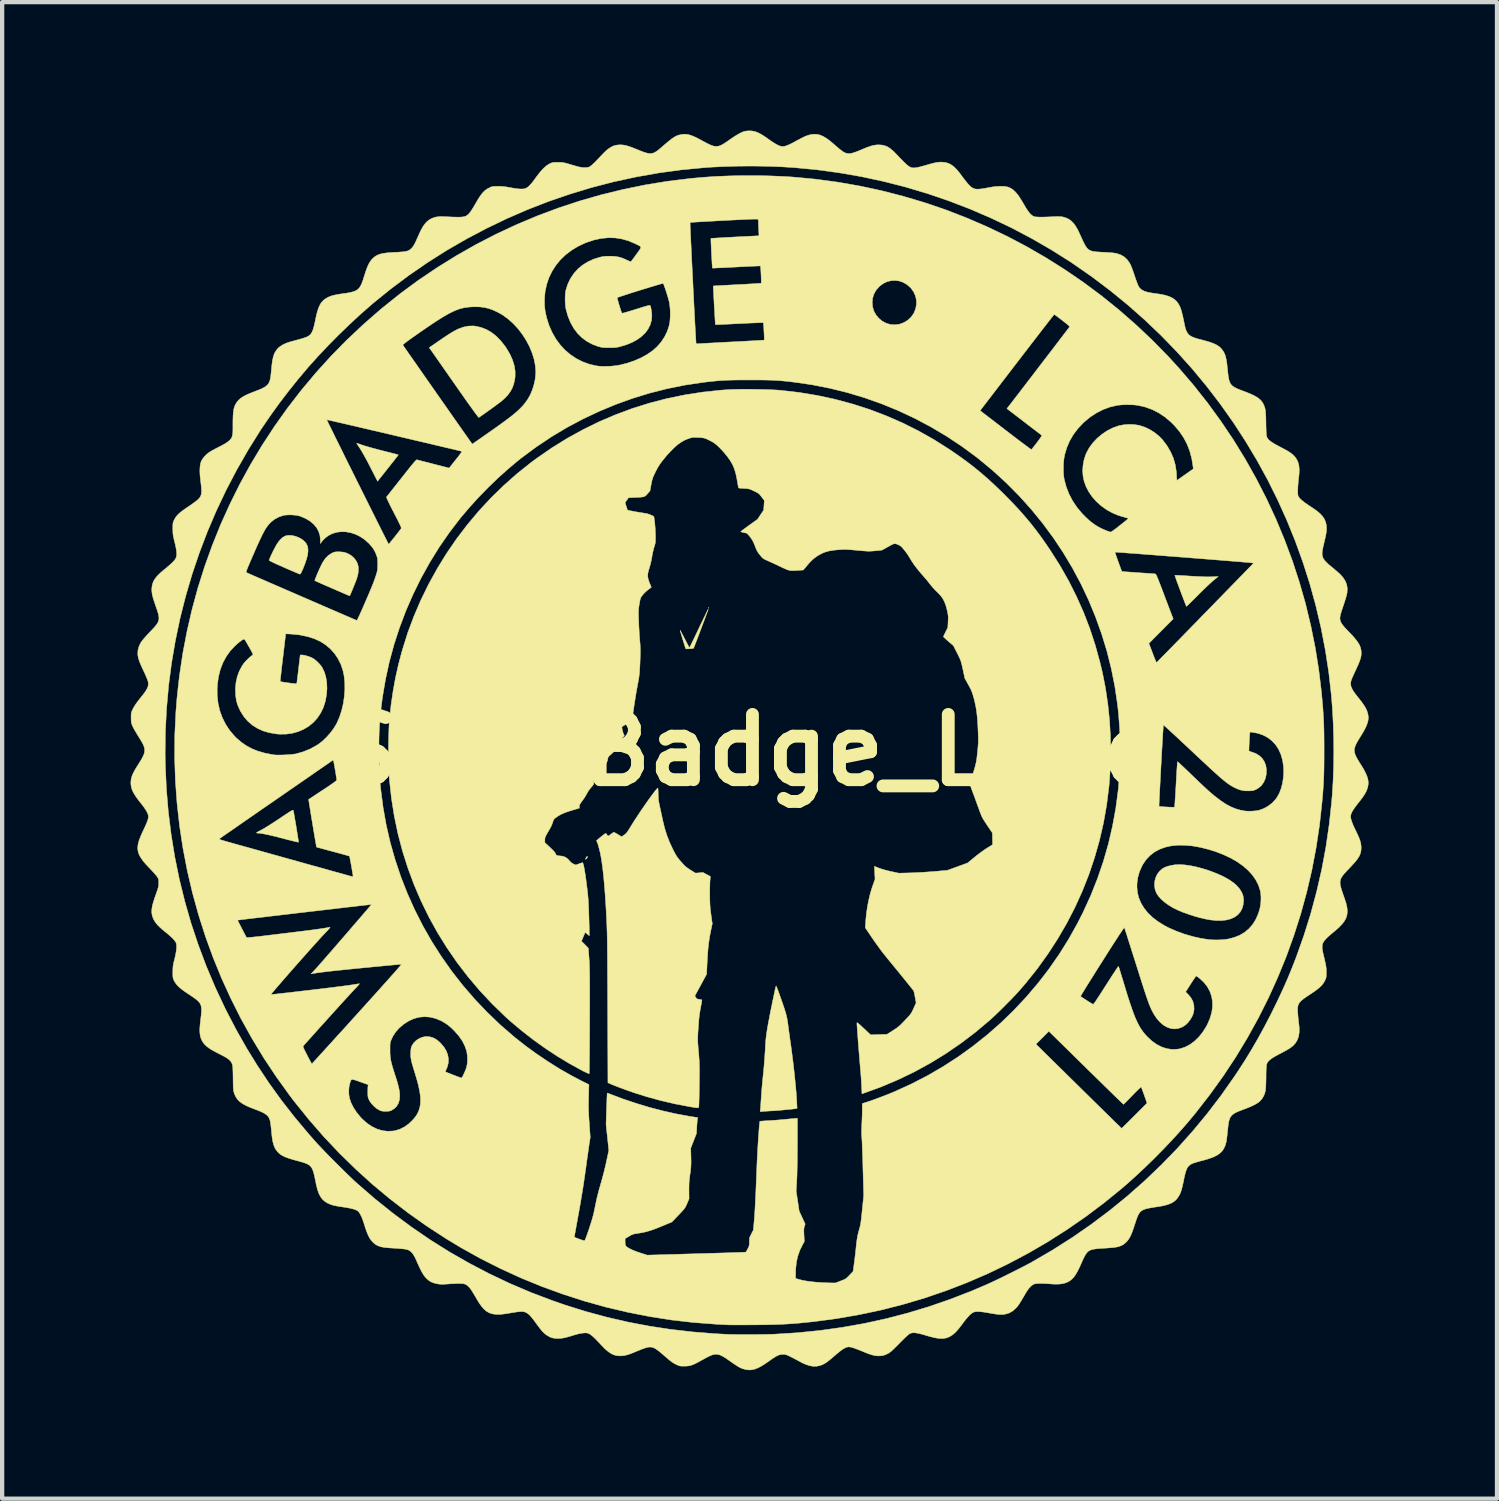
<source format=kicad_pcb>
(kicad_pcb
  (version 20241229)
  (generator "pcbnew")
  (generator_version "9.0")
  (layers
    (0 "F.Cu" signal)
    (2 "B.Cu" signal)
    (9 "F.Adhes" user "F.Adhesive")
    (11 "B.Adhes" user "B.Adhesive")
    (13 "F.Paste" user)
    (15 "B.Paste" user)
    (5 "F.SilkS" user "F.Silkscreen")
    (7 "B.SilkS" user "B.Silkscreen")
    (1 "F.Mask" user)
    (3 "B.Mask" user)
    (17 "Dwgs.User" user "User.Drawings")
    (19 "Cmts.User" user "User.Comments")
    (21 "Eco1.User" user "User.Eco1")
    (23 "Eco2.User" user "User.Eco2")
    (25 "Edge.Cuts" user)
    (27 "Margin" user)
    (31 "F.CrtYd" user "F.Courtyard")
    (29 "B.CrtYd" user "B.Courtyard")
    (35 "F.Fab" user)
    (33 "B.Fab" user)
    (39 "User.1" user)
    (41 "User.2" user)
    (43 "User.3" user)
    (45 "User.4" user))
  (footprint "SwagBadge_Logo"
    (layer "F.Cu")
    (at 14.447 14.466)
    (property "Reference" "SwagBadge_Logo" (at 0 0 0) (layer "F.SilkS") (effects (font (size 1.524 1.524) (thickness 0.3))))
    (attr through_hole)
    (fp_poly (pts (xy -0.908 -2.386) (xy -0.889 -2.372) (xy -0.885 -2.367) (xy -0.882 -2.361) (xy -0.879 -2.352) (xy -0.876 -2.339) (xy -0.874 -2.32) (xy -0.872 -2.293) (xy -0.871 -2.258) (xy -0.87 -2.212) (xy -0.869 -2.154) (xy -0.869 -2.082) (xy -0.868 -1.996) (xy -0.868 -1.892) (xy -0.868 -1.771) (xy -0.868 -1.631) (xy -0.868 -1.49) (xy -0.868 -1.368) (xy -0.868 -1.265) (xy -0.869 -1.178) (xy -0.869 -1.107) (xy -0.87 -1.049) (xy -0.871 -1.003) (xy -0.872 -0.967) (xy -0.874 -0.941) (xy -0.876 -0.922) (xy -0.879 -0.909) (xy -0.882 -0.9) (xy -0.885 -0.894) (xy -0.889 -0.889) (xy -0.896 -0.883) (xy -0.903 -0.878) (xy -0.913 -0.874) (xy -0.927 -0.872) (xy -0.948 -0.871) (xy -0.977 -0.871) (xy -1.017 -0.872) (xy -1.068 -0.875) (xy -1.133 -0.88) (xy -1.214 -0.886) (xy -1.313 -0.893) (xy -1.408 -0.901) (xy -1.497 -0.908) (xy -1.581 -0.914) (xy -1.655 -0.919) (xy -1.719 -0.924) (xy -1.769 -0.928) (xy -1.803 -0.93) (xy -1.818 -0.931) (xy -1.842 -0.939) (xy -1.863 -0.955) (xy -1.867 -0.96) (xy -1.871 -0.966) (xy -1.874 -0.976) (xy -1.877 -0.989) (xy -1.879 -1.009) (xy -1.881 -1.036) (xy -1.882 -1.073) (xy -1.883 -1.12) (xy -1.884 -1.18) (xy -1.884 -1.254) (xy -1.884 -1.343) (xy -1.885 -1.45) (xy -1.885 -1.576) (xy -1.885 -1.636) (xy -1.885 -2.294) (xy -1.861 -2.316) (xy -1.854 -2.322) (xy -1.845 -2.326) (xy -1.831 -2.331) (xy -1.811 -2.334) (xy -1.783 -2.338) (xy -1.745 -2.342) (xy -1.694 -2.346) (xy -1.629 -2.351) (xy -1.548 -2.356) (xy -1.449 -2.362) (xy -1.391 -2.366) (xy -1.295 -2.371) (xy -1.206 -2.377) (xy -1.125 -2.382) (xy -1.055 -2.386) (xy -0.998 -2.389) (xy -0.956 -2.391) (xy -0.932 -2.393) (xy -0.927 -2.393) (xy -0.908 -2.386)) (stroke (width 0.01) (type solid)) (fill yes) (layer "F.Mask"))
    (fp_poly (pts (xy 3.463 -4.8) (xy 3.497 -4.786) (xy 3.523 -4.772) (xy 3.546 -4.755) (xy 3.57 -4.73) (xy 3.601 -4.694) (xy 3.616 -4.675) (xy 3.656 -4.623) (xy 3.697 -4.563) (xy 3.735 -4.504) (xy 3.751 -4.477) (xy 3.82 -4.365) (xy 3.903 -4.252) (xy 4.001 -4.134) (xy 4.039 -4.092) (xy 4.084 -4.041) (xy 4.133 -3.983) (xy 4.179 -3.927) (xy 4.21 -3.886) (xy 4.252 -3.833) (xy 4.302 -3.777) (xy 4.352 -3.724) (xy 4.377 -3.701) (xy 4.425 -3.655) (xy 4.462 -3.614) (xy 4.493 -3.571) (xy 4.525 -3.518) (xy 4.527 -3.515) (xy 4.552 -3.468) (xy 4.571 -3.428) (xy 4.586 -3.388) (xy 4.599 -3.341) (xy 4.613 -3.281) (xy 4.615 -3.271) (xy 4.628 -3.212) (xy 4.636 -3.166) (xy 4.64 -3.127) (xy 4.642 -3.088) (xy 4.64 -3.042) (xy 4.637 -2.99) (xy 4.633 -2.933) (xy 4.629 -2.891) (xy 4.624 -2.858) (xy 4.615 -2.83) (xy 4.602 -2.799) (xy 4.583 -2.76) (xy 4.58 -2.754) (xy 4.56 -2.713) (xy 4.544 -2.679) (xy 4.534 -2.656) (xy 4.532 -2.649) (xy 4.539 -2.639) (xy 4.56 -2.618) (xy 4.592 -2.589) (xy 4.631 -2.555) (xy 4.648 -2.54) (xy 4.765 -2.44) (xy 4.851 -2.271) (xy 4.88 -2.214) (xy 4.902 -2.168) (xy 4.919 -2.128) (xy 4.933 -2.091) (xy 4.946 -2.05) (xy 4.958 -2.002) (xy 4.972 -1.942) (xy 4.984 -1.886) (xy 5.032 -1.671) (xy 5.114 -1.524) (xy 5.146 -1.467) (xy 5.17 -1.421) (xy 5.189 -1.379) (xy 5.205 -1.335) (xy 5.221 -1.285) (xy 5.239 -1.221) (xy 5.244 -1.2) (xy 5.273 -1.081) (xy 5.296 -0.951) (xy 5.314 -0.809) (xy 5.328 -0.651) (xy 5.338 -0.476) (xy 5.341 -0.376) (xy 5.344 -0.294) (xy 5.344 -0.227) (xy 5.343 -0.167) (xy 5.34 -0.108) (xy 5.335 -0.044) (xy 5.327 0.031) (xy 5.322 0.075) (xy 5.313 0.149) (xy 5.305 0.209) (xy 5.297 0.26) (xy 5.288 0.308) (xy 5.277 0.357) (xy 5.262 0.412) (xy 5.243 0.477) (xy 5.221 0.55) (xy 5.146 0.796) (xy 5.251 1.078) (xy 5.28 1.157) (xy 5.309 1.236) (xy 5.336 1.309) (xy 5.359 1.374) (xy 5.378 1.426) (xy 5.39 1.461) (xy 5.406 1.502) (xy 5.424 1.542) (xy 5.447 1.585) (xy 5.476 1.635) (xy 5.515 1.696) (xy 5.55 1.75) (xy 5.675 1.938) (xy 5.675 2.208) (xy 5.551 2.284) (xy 5.501 2.316) (xy 5.441 2.359) (xy 5.375 2.407) (xy 5.31 2.457) (xy 5.261 2.496) (xy 5.096 2.632) (xy 4.859 2.718) (xy 4.622 2.804) (xy 4.304 2.831) (xy 4.207 2.838) (xy 4.1 2.846) (xy 3.991 2.852) (xy 3.885 2.857) (xy 3.79 2.861) (xy 3.727 2.863) (xy 3.467 2.869) (xy 3.291 2.828) (xy 3.215 2.809) (xy 3.137 2.787) (xy 3.063 2.764) (xy 3.002 2.743) (xy 2.994 2.74) (xy 2.938 2.718) (xy 2.879 2.697) (xy 2.826 2.678) (xy 2.795 2.668) (xy 2.755 2.655) (xy 2.723 2.641) (xy 2.693 2.621) (xy 2.658 2.591) (xy 2.638 2.573) (xy 2.561 2.501) (xy 2.593 2.333) (xy 2.603 2.277) (xy 2.611 2.232) (xy 2.616 2.192) (xy 2.62 2.154) (xy 2.621 2.112) (xy 2.621 2.062) (xy 2.62 2) (xy 2.619 1.932) (xy 2.612 1.699) (xy 2.729 1.35) (xy 2.812 1.1) (xy 2.886 0.869) (xy 2.951 0.656) (xy 3.008 0.461) (xy 3.054 0.296) (xy 3.11 0.085) (xy 3.076 -0.135) (xy 3.042 -0.355) (xy 2.592 -1.689) (xy 2.562 -1.922) (xy 2.532 -2.155) (xy 2.422 -2.462) (xy 2.39 -2.548) (xy 2.365 -2.618) (xy 2.344 -2.673) (xy 2.326 -2.718) (xy 2.31 -2.754) (xy 2.295 -2.785) (xy 2.278 -2.814) (xy 2.259 -2.843) (xy 2.236 -2.876) (xy 2.223 -2.896) (xy 2.19 -2.942) (xy 2.147 -3) (xy 2.098 -3.066) (xy 2.045 -3.135) (xy 1.991 -3.203) (xy 1.968 -3.232) (xy 1.919 -3.294) (xy 1.875 -3.347) (xy 1.833 -3.396) (xy 1.792 -3.442) (xy 1.746 -3.489) (xy 1.695 -3.541) (xy 1.635 -3.599) (xy 1.562 -3.668) (xy 1.539 -3.69) (xy 1.276 -3.939) (xy 1.143 -3.932) (xy 1.011 -3.925) (xy 0.888 -3.861) (xy 0.764 -3.796) (xy 0.632 -3.458) (xy 0.638 -3.246) (xy 0.644 -3.117) (xy 0.654 -2.991) (xy 0.67 -2.864) (xy 0.692 -2.732) (xy 0.72 -2.591) (xy 0.756 -2.438) (xy 0.789 -2.31) (xy 0.812 -2.224) (xy 0.829 -2.155) (xy 0.842 -2.103) (xy 0.851 -2.063) (xy 0.857 -2.035) (xy 0.859 -2.015) (xy 0.858 -2.002) (xy 0.855 -1.992) (xy 0.851 -1.984) (xy 0.835 -1.967) (xy 0.822 -1.962) (xy 0.815 -1.972) (xy 0.8 -1.999) (xy 0.779 -2.04) (xy 0.752 -2.094) (xy 0.722 -2.157) (xy 0.688 -2.228) (xy 0.674 -2.256) (xy 0.624 -2.365) (xy 0.581 -2.461) (xy 0.544 -2.549) (xy 0.51 -2.636) (xy 0.477 -2.725) (xy 0.453 -2.795) (xy 0.369 -3.044) (xy 0.36 -3.293) (xy 0.351 -3.542) (xy 0.389 -3.679) (xy 0.428 -3.817) (xy 0.539 -3.933) (xy 0.584 -3.979) (xy 0.619 -4.013) (xy 0.65 -4.04) (xy 0.682 -4.062) (xy 0.72 -4.085) (xy 0.77 -4.111) (xy 0.789 -4.121) (xy 0.926 -4.192) (xy 1.06 -4.192) (xy 1.114 -4.193) (xy 1.164 -4.195) (xy 1.203 -4.197) (xy 1.227 -4.199) (xy 1.227 -4.199) (xy 1.244 -4.206) (xy 1.265 -4.221) (xy 1.291 -4.246) (xy 1.326 -4.285) (xy 1.361 -4.326) (xy 1.437 -4.408) (xy 1.516 -4.48) (xy 1.605 -4.546) (xy 1.669 -4.587) (xy 1.684 -4.594) (xy 1.715 -4.604) (xy 1.757 -4.617) (xy 1.802 -4.631) (xy 1.865 -4.649) (xy 1.924 -4.661) (xy 1.986 -4.67) (xy 2.061 -4.677) (xy 2.075 -4.678) (xy 2.134 -4.682) (xy 2.189 -4.685) (xy 2.234 -4.686) (xy 2.265 -4.685) (xy 2.271 -4.685) (xy 2.294 -4.682) (xy 2.334 -4.678) (xy 2.388 -4.673) (xy 2.452 -4.667) (xy 2.522 -4.661) (xy 2.554 -4.658) (xy 2.633 -4.651) (xy 2.696 -4.646) (xy 2.746 -4.643) (xy 2.788 -4.642) (xy 2.826 -4.643) (xy 2.866 -4.645) (xy 2.91 -4.649) (xy 2.947 -4.653) (xy 3.1 -4.67) (xy 3.243 -4.75) (xy 3.387 -4.83) (xy 3.463 -4.8)) (stroke (width 0.01) (type solid)) (fill yes) (layer "F.Mask"))
    (fp_poly (pts (xy -0.946 -3.332) (xy -0.945 -3.319) (xy -0.946 -3.317) (xy -0.952 -3.319) (xy -0.953 -3.325) (xy -0.949 -3.333) (xy -0.946 -3.332)) (stroke (width 0.01) (type solid)) (fill yes) (layer "F.SilkS"))
    (fp_poly (pts (xy -3.782 2.482) (xy -3.784 2.514) (xy -3.806 2.538) (xy -3.812 2.541) (xy -3.826 2.548) (xy -3.829 2.546) (xy -3.823 2.532) (xy -3.81 2.509) (xy -3.794 2.483) (xy -3.784 2.477) (xy -3.782 2.482)) (stroke (width 0.01) (type solid)) (fill yes) (layer "F.SilkS"))
    (fp_poly (pts (xy -9.15 -7.162) (xy -9.122 -7.154) (xy -9.078 -7.138) (xy -9.05 -7.128) (xy -9.008 -7.114) (xy -8.949 -7.096) (xy -8.876 -7.075) (xy -8.794 -7.052) (xy -8.705 -7.028) (xy -8.614 -7.004) (xy -8.56 -6.99) (xy -8.476 -6.969) (xy -8.399 -6.95) (xy -8.331 -6.932) (xy -8.274 -6.918) (xy -8.231 -6.906) (xy -8.205 -6.899) (xy -8.196 -6.897) (xy -8.202 -6.888) (xy -8.219 -6.865) (xy -8.247 -6.829) (xy -8.283 -6.781) (xy -8.327 -6.725) (xy -8.378 -6.661) (xy -8.432 -6.592) (xy -8.437 -6.586) (xy -8.681 -6.279) (xy -8.851 -6.611) (xy -8.911 -6.728) (xy -8.965 -6.828) (xy -9.013 -6.914) (xy -9.056 -6.989) (xy -9.097 -7.055) (xy -9.137 -7.114) (xy -9.164 -7.153) (xy -9.168 -7.161) (xy -9.165 -7.165) (xy -9.15 -7.162)) (stroke (width 0.01) (type solid)) (fill yes) (layer "F.SilkS"))
    (fp_poly (pts (xy 9.977 -4.084) (xy 10.023 -4.081) (xy 10.082 -4.078) (xy 10.153 -4.074) (xy 10.233 -4.069) (xy 10.288 -4.065) (xy 10.43 -4.057) (xy 10.553 -4.051) (xy 10.657 -4.047) (xy 10.743 -4.047) (xy 10.792 -4.048) (xy 10.948 -4.054) (xy 10.845 -3.97) (xy 10.812 -3.943) (xy 10.767 -3.902) (xy 10.713 -3.852) (xy 10.652 -3.793) (xy 10.586 -3.73) (xy 10.519 -3.664) (xy 10.477 -3.622) (xy 10.415 -3.56) (xy 10.359 -3.504) (xy 10.308 -3.454) (xy 10.266 -3.413) (xy 10.234 -3.382) (xy 10.214 -3.362) (xy 10.207 -3.356) (xy 10.202 -3.366) (xy 10.19 -3.393) (xy 10.173 -3.436) (xy 10.152 -3.492) (xy 10.126 -3.559) (xy 10.097 -3.634) (xy 10.066 -3.717) (xy 10.066 -3.718) (xy 10.035 -3.8) (xy 10.007 -3.877) (xy 9.982 -3.944) (xy 9.962 -4.001) (xy 9.947 -4.045) (xy 9.938 -4.073) (xy 9.935 -4.084) (xy 9.935 -4.084) (xy 9.947 -4.084) (xy 9.977 -4.084)) (stroke (width 0.01) (type solid)) (fill yes) (layer "F.SilkS"))
    (fp_poly (pts (xy -10.677 -5.012) (xy -10.6 -4.995) (xy -10.524 -4.966) (xy -10.453 -4.927) (xy -10.45 -4.925) (xy -10.395 -4.881) (xy -10.352 -4.833) (xy -10.323 -4.779) (xy -10.307 -4.717) (xy -10.304 -4.646) (xy -10.314 -4.564) (xy -10.337 -4.47) (xy -10.373 -4.362) (xy -10.421 -4.239) (xy -10.426 -4.227) (xy -10.453 -4.169) (xy -10.473 -4.13) (xy -10.488 -4.111) (xy -10.492 -4.109) (xy -10.506 -4.114) (xy -10.536 -4.126) (xy -10.581 -4.144) (xy -10.638 -4.169) (xy -10.706 -4.198) (xy -10.781 -4.23) (xy -10.86 -4.265) (xy -10.946 -4.303) (xy -11.023 -4.337) (xy -11.089 -4.368) (xy -11.143 -4.394) (xy -11.183 -4.414) (xy -11.206 -4.428) (xy -11.212 -4.433) (xy -11.208 -4.452) (xy -11.194 -4.486) (xy -11.175 -4.531) (xy -11.15 -4.583) (xy -11.123 -4.64) (xy -11.094 -4.697) (xy -11.065 -4.75) (xy -11.04 -4.796) (xy -11.018 -4.832) (xy -11.017 -4.833) (xy -10.961 -4.907) (xy -10.906 -4.961) (xy -10.848 -4.996) (xy -10.812 -5.009) (xy -10.75 -5.017) (xy -10.677 -5.012)) (stroke (width 0.01) (type solid)) (fill yes) (layer "F.SilkS"))
    (fp_poly (pts (xy -10.652 1.402) (xy -10.649 1.405) (xy -10.646 1.42) (xy -10.639 1.453) (xy -10.631 1.5) (xy -10.62 1.559) (xy -10.609 1.627) (xy -10.596 1.7) (xy -10.583 1.777) (xy -10.571 1.853) (xy -10.559 1.927) (xy -10.548 1.994) (xy -10.539 2.053) (xy -10.532 2.1) (xy -10.527 2.133) (xy -10.526 2.148) (xy -10.526 2.148) (xy -10.537 2.148) (xy -10.565 2.142) (xy -10.61 2.132) (xy -10.667 2.118) (xy -10.735 2.101) (xy -10.812 2.082) (xy -10.863 2.068) (xy -11.005 2.031) (xy -11.131 2) (xy -11.24 1.975) (xy -11.331 1.956) (xy -11.404 1.944) (xy -11.458 1.938) (xy -11.473 1.938) (xy -11.497 1.936) (xy -11.509 1.93) (xy -11.509 1.93) (xy -11.5 1.922) (xy -11.476 1.907) (xy -11.44 1.887) (xy -11.396 1.864) (xy -11.395 1.864) (xy -11.359 1.844) (xy -11.308 1.814) (xy -11.246 1.776) (xy -11.175 1.731) (xy -11.099 1.682) (xy -11.021 1.631) (xy -10.969 1.596) (xy -10.885 1.54) (xy -10.818 1.495) (xy -10.764 1.46) (xy -10.723 1.434) (xy -10.693 1.417) (xy -10.672 1.406) (xy -10.659 1.402) (xy -10.652 1.402)) (stroke (width 0.01) (type solid)) (fill yes) (layer "F.SilkS"))
    (fp_poly (pts (xy 10.176 2.68) (xy 10.301 2.698) (xy 10.433 2.725) (xy 10.569 2.761) (xy 10.707 2.803) (xy 10.842 2.852) (xy 10.971 2.906) (xy 11.092 2.963) (xy 11.2 3.025) (xy 11.218 3.036) (xy 11.308 3.099) (xy 11.38 3.162) (xy 11.439 3.229) (xy 11.451 3.246) (xy 11.498 3.322) (xy 11.527 3.396) (xy 11.539 3.473) (xy 11.541 3.507) (xy 11.531 3.609) (xy 11.505 3.7) (xy 11.462 3.779) (xy 11.403 3.845) (xy 11.329 3.899) (xy 11.24 3.939) (xy 11.136 3.966) (xy 11.02 3.979) (xy 10.89 3.977) (xy 10.77 3.964) (xy 10.652 3.943) (xy 10.524 3.913) (xy 10.391 3.876) (xy 10.258 3.833) (xy 10.129 3.787) (xy 10.011 3.738) (xy 9.908 3.688) (xy 9.889 3.678) (xy 9.787 3.616) (xy 9.696 3.55) (xy 9.618 3.481) (xy 9.555 3.412) (xy 9.51 3.345) (xy 9.504 3.334) (xy 9.473 3.248) (xy 9.46 3.158) (xy 9.464 3.069) (xy 9.486 2.982) (xy 9.522 2.902) (xy 9.574 2.831) (xy 9.639 2.772) (xy 9.689 2.742) (xy 9.739 2.721) (xy 9.804 2.702) (xy 9.877 2.686) (xy 9.95 2.675) (xy 9.963 2.674) (xy 10.063 2.672) (xy 10.176 2.68)) (stroke (width 0.01) (type solid)) (fill yes) (layer "F.SilkS"))
    (fp_poly (pts (xy -9.5 -4.627) (xy -9.429 -4.612) (xy -9.362 -4.583) (xy -9.301 -4.547) (xy -9.232 -4.488) (xy -9.177 -4.415) (xy -9.147 -4.352) (xy -9.13 -4.281) (xy -9.128 -4.199) (xy -9.139 -4.108) (xy -9.165 -4.012) (xy -9.168 -4.002) (xy -9.18 -3.971) (xy -9.196 -3.928) (xy -9.216 -3.878) (xy -9.239 -3.822) (xy -9.261 -3.766) (xy -9.283 -3.713) (xy -9.303 -3.667) (xy -9.319 -3.631) (xy -9.329 -3.608) (xy -9.332 -3.603) (xy -9.341 -3.607) (xy -9.368 -3.618) (xy -9.411 -3.636) (xy -9.467 -3.66) (xy -9.534 -3.689) (xy -9.61 -3.722) (xy -9.694 -3.758) (xy -9.735 -3.776) (xy -9.822 -3.814) (xy -9.903 -3.849) (xy -9.975 -3.881) (xy -10.038 -3.909) (xy -10.088 -3.931) (xy -10.124 -3.948) (xy -10.143 -3.957) (xy -10.146 -3.959) (xy -10.145 -3.971) (xy -10.135 -3.998) (xy -10.12 -4.038) (xy -10.1 -4.087) (xy -10.077 -4.142) (xy -10.051 -4.2) (xy -10.025 -4.257) (xy -10 -4.31) (xy -9.978 -4.355) (xy -9.959 -4.39) (xy -9.958 -4.392) (xy -9.897 -4.48) (xy -9.829 -4.548) (xy -9.754 -4.597) (xy -9.753 -4.597) (xy -9.718 -4.614) (xy -9.689 -4.624) (xy -9.659 -4.63) (xy -9.621 -4.632) (xy -9.582 -4.632) (xy -9.5 -4.627)) (stroke (width 0.01) (type solid)) (fill yes) (layer "F.SilkS"))
    (fp_poly (pts (xy -6.392 -9.9) (xy -6.261 -9.87) (xy -6.138 -9.822) (xy -6.021 -9.754) (xy -5.911 -9.668) (xy -5.806 -9.561) (xy -5.706 -9.434) (xy -5.673 -9.386) (xy -5.592 -9.249) (xy -5.531 -9.114) (xy -5.49 -8.981) (xy -5.469 -8.851) (xy -5.469 -8.724) (xy -5.477 -8.659) (xy -5.5 -8.556) (xy -5.532 -8.464) (xy -5.576 -8.381) (xy -5.633 -8.301) (xy -5.707 -8.222) (xy -5.791 -8.147) (xy -5.817 -8.127) (xy -5.856 -8.098) (xy -5.906 -8.061) (xy -5.964 -8.018) (xy -6.026 -7.973) (xy -6.09 -7.927) (xy -6.152 -7.883) (xy -6.209 -7.842) (xy -6.258 -7.808) (xy -6.296 -7.782) (xy -6.317 -7.768) (xy -6.325 -7.776) (xy -6.345 -7.8) (xy -6.377 -7.841) (xy -6.419 -7.898) (xy -6.472 -7.972) (xy -6.536 -8.06) (xy -6.61 -8.164) (xy -6.693 -8.283) (xy -6.787 -8.416) (xy -6.867 -8.531) (xy -6.948 -8.646) (xy -7.026 -8.758) (xy -7.099 -8.863) (xy -7.169 -8.962) (xy -7.232 -9.053) (xy -7.289 -9.134) (xy -7.338 -9.205) (xy -7.379 -9.263) (xy -7.41 -9.308) (xy -7.431 -9.337) (xy -7.44 -9.35) (xy -7.475 -9.399) (xy -7.261 -9.547) (xy -7.156 -9.619) (xy -7.067 -9.678) (xy -6.99 -9.728) (xy -6.924 -9.768) (xy -6.865 -9.801) (xy -6.813 -9.827) (xy -6.796 -9.835) (xy -6.679 -9.878) (xy -6.562 -9.902) (xy -6.448 -9.906) (xy -6.392 -9.9)) (stroke (width 0.01) (type solid)) (fill yes) (layer "F.SilkS"))
    (fp_poly (pts (xy -0.957 -3.3) (xy -0.96 -3.29) (xy -0.969 -3.263) (xy -0.985 -3.22) (xy -1.005 -3.165) (xy -1.029 -3.099) (xy -1.056 -3.026) (xy -1.086 -2.947) (xy -1.117 -2.865) (xy -1.148 -2.782) (xy -1.178 -2.701) (xy -1.207 -2.624) (xy -1.234 -2.554) (xy -1.258 -2.492) (xy -1.278 -2.441) (xy -1.292 -2.404) (xy -1.301 -2.383) (xy -1.303 -2.379) (xy -1.315 -2.376) (xy -1.343 -2.372) (xy -1.381 -2.369) (xy -1.395 -2.368) (xy -1.441 -2.365) (xy -1.47 -2.365) (xy -1.484 -2.37) (xy -1.488 -2.374) (xy -1.496 -2.398) (xy -1.508 -2.435) (xy -1.522 -2.483) (xy -1.539 -2.537) (xy -1.557 -2.594) (xy -1.574 -2.65) (xy -1.59 -2.703) (xy -1.603 -2.747) (xy -1.612 -2.78) (xy -1.617 -2.799) (xy -1.617 -2.801) (xy -1.612 -2.793) (xy -1.598 -2.768) (xy -1.578 -2.731) (xy -1.552 -2.682) (xy -1.523 -2.625) (xy -1.509 -2.598) (xy -1.478 -2.538) (xy -1.45 -2.485) (xy -1.427 -2.442) (xy -1.41 -2.411) (xy -1.4 -2.395) (xy -1.398 -2.393) (xy -1.393 -2.402) (xy -1.379 -2.429) (xy -1.358 -2.471) (xy -1.331 -2.527) (xy -1.298 -2.594) (xy -1.261 -2.671) (xy -1.22 -2.756) (xy -1.177 -2.848) (xy -1.176 -2.849) (xy -1.133 -2.94) (xy -1.092 -3.025) (xy -1.055 -3.101) (xy -1.023 -3.168) (xy -0.996 -3.224) (xy -0.975 -3.265) (xy -0.962 -3.291) (xy -0.957 -3.3) (xy -0.957 -3.3)) (stroke (width 0.01) (type solid)) (fill yes) (layer "F.SilkS"))
    (fp_poly (pts (xy 0.63 5.515) (xy 0.641 5.542) (xy 0.658 5.583) (xy 0.678 5.636) (xy 0.7 5.697) (xy 0.724 5.765) (xy 0.749 5.835) (xy 0.774 5.906) (xy 0.797 5.975) (xy 0.818 6.037) (xy 0.825 6.06) (xy 0.844 6.118) (xy 0.858 6.17) (xy 0.87 6.219) (xy 0.881 6.269) (xy 0.891 6.327) (xy 0.901 6.397) (xy 0.911 6.473) (xy 0.921 6.55) (xy 0.932 6.627) (xy 0.942 6.7) (xy 0.95 6.763) (xy 0.957 6.811) (xy 0.959 6.824) (xy 0.978 6.953) (xy 0.996 7.093) (xy 1.015 7.24) (xy 1.033 7.391) (xy 1.05 7.543) (xy 1.065 7.691) (xy 1.079 7.833) (xy 1.091 7.965) (xy 1.1 8.084) (xy 1.106 8.186) (xy 1.107 8.208) (xy 1.115 8.363) (xy 1.089 8.369) (xy 1.067 8.373) (xy 1.027 8.378) (xy 0.974 8.384) (xy 0.91 8.39) (xy 0.84 8.397) (xy 0.768 8.404) (xy 0.697 8.41) (xy 0.63 8.415) (xy 0.572 8.42) (xy 0.529 8.422) (xy 0.471 8.425) (xy 0.41 8.429) (xy 0.357 8.432) (xy 0.33 8.434) (xy 0.252 8.44) (xy 0.258 8.384) (xy 0.261 8.355) (xy 0.264 8.31) (xy 0.268 8.252) (xy 0.272 8.187) (xy 0.276 8.126) (xy 0.28 8.063) (xy 0.286 7.983) (xy 0.293 7.892) (xy 0.302 7.795) (xy 0.312 7.695) (xy 0.321 7.599) (xy 0.323 7.581) (xy 0.333 7.483) (xy 0.343 7.378) (xy 0.351 7.272) (xy 0.359 7.17) (xy 0.365 7.077) (xy 0.37 7) (xy 0.37 6.993) (xy 0.375 6.887) (xy 0.382 6.793) (xy 0.391 6.704) (xy 0.403 6.612) (xy 0.418 6.517) (xy 0.427 6.463) (xy 0.439 6.396) (xy 0.453 6.32) (xy 0.469 6.237) (xy 0.486 6.148) (xy 0.504 6.057) (xy 0.523 5.966) (xy 0.541 5.876) (xy 0.559 5.791) (xy 0.575 5.713) (xy 0.59 5.644) (xy 0.603 5.586) (xy 0.613 5.542) (xy 0.621 5.515) (xy 0.624 5.506) (xy 0.63 5.515)) (stroke (width 0.01) (type solid)) (fill yes) (layer "F.SilkS"))
    (fp_poly (pts (xy -2.133 0.897) (xy -2.131 0.926) (xy -2.129 0.968) (xy -2.128 1.018) (xy -2.128 1.022) (xy -2.127 1.089) (xy -2.123 1.147) (xy -2.115 1.204) (xy -2.102 1.27) (xy -2.097 1.294) (xy -2.084 1.353) (xy -2.068 1.425) (xy -2.051 1.504) (xy -2.034 1.583) (xy -2.023 1.636) (xy -1.979 1.817) (xy -1.927 1.984) (xy -1.864 2.147) (xy -1.789 2.309) (xy -1.755 2.375) (xy -1.727 2.428) (xy -1.701 2.471) (xy -1.674 2.51) (xy -1.642 2.551) (xy -1.602 2.597) (xy -1.596 2.604) (xy -1.552 2.655) (xy -1.515 2.693) (xy -1.482 2.724) (xy -1.446 2.751) (xy -1.404 2.78) (xy -1.374 2.799) (xy -1.257 2.871) (xy -1.17 2.864) (xy -1.082 2.856) (xy -0.996 2.903) (xy -0.91 2.949) (xy -0.918 3.039) (xy -0.92 3.075) (xy -0.922 3.129) (xy -0.923 3.195) (xy -0.924 3.269) (xy -0.924 3.347) (xy -0.924 3.388) (xy -0.923 3.481) (xy -0.921 3.559) (xy -0.918 3.627) (xy -0.913 3.69) (xy -0.906 3.754) (xy -0.897 3.825) (xy -0.894 3.849) (xy -0.865 4.051) (xy -0.904 4.236) (xy -0.923 4.332) (xy -0.938 4.427) (xy -0.952 4.523) (xy -0.963 4.625) (xy -0.972 4.737) (xy -0.98 4.863) (xy -0.986 4.974) (xy -0.998 5.231) (xy -1.135 5.485) (xy -1.272 5.738) (xy -1.25 5.775) (xy -1.234 5.797) (xy -1.216 5.809) (xy -1.187 5.816) (xy -1.169 5.818) (xy -1.137 5.824) (xy -1.114 5.829) (xy -1.108 5.832) (xy -1.109 5.845) (xy -1.113 5.874) (xy -1.12 5.917) (xy -1.13 5.97) (xy -1.139 6.019) (xy -1.152 6.09) (xy -1.163 6.158) (xy -1.172 6.23) (xy -1.18 6.309) (xy -1.187 6.401) (xy -1.192 6.48) (xy -1.198 6.564) (xy -1.202 6.632) (xy -1.204 6.689) (xy -1.205 6.738) (xy -1.205 6.786) (xy -1.203 6.836) (xy -1.199 6.893) (xy -1.193 6.962) (xy -1.186 7.041) (xy -1.18 7.109) (xy -1.176 7.17) (xy -1.172 7.226) (xy -1.169 7.28) (xy -1.167 7.336) (xy -1.166 7.396) (xy -1.165 7.463) (xy -1.165 7.54) (xy -1.166 7.631) (xy -1.167 7.738) (xy -1.168 7.814) (xy -1.169 7.915) (xy -1.171 8.01) (xy -1.172 8.096) (xy -1.174 8.173) (xy -1.176 8.237) (xy -1.178 8.286) (xy -1.179 8.318) (xy -1.181 8.33) (xy -1.185 8.34) (xy -1.191 8.347) (xy -1.202 8.351) (xy -1.222 8.351) (xy -1.253 8.348) (xy -1.298 8.341) (xy -1.36 8.33) (xy -1.376 8.328) (xy -1.729 8.261) (xy -2.069 8.182) (xy -2.403 8.09) (xy -2.684 8.001) (xy -2.774 7.97) (xy -2.868 7.937) (xy -2.963 7.902) (xy -3.052 7.869) (xy -3.134 7.837) (xy -3.203 7.809) (xy -3.248 7.79) (xy -3.302 7.766) (xy -3.308 6.019) (xy -3.309 5.792) (xy -3.31 5.585) (xy -3.311 5.397) (xy -3.312 5.226) (xy -3.313 5.071) (xy -3.313 4.931) (xy -3.314 4.806) (xy -3.315 4.692) (xy -3.316 4.59) (xy -3.317 4.498) (xy -3.318 4.415) (xy -3.32 4.339) (xy -3.321 4.27) (xy -3.323 4.206) (xy -3.325 4.146) (xy -3.327 4.088) (xy -3.329 4.032) (xy -3.332 3.976) (xy -3.334 3.919) (xy -3.338 3.86) (xy -3.341 3.797) (xy -3.341 3.79) (xy -3.354 3.57) (xy -3.368 3.362) (xy -3.383 3.169) (xy -3.399 2.991) (xy -3.416 2.829) (xy -3.434 2.685) (xy -3.452 2.559) (xy -3.471 2.452) (xy -3.482 2.398) (xy -3.498 2.335) (xy -3.513 2.275) (xy -3.527 2.223) (xy -3.54 2.184) (xy -3.546 2.167) (xy -3.558 2.138) (xy -3.566 2.117) (xy -3.568 2.112) (xy -3.56 2.104) (xy -3.539 2.086) (xy -3.508 2.059) (xy -3.469 2.027) (xy -3.46 2.021) (xy -3.416 1.985) (xy -3.386 1.962) (xy -3.366 1.949) (xy -3.353 1.944) (xy -3.345 1.947) (xy -3.339 1.954) (xy -3.319 1.984) (xy -3.304 2) (xy -3.29 2.002) (xy -3.269 1.99) (xy -3.238 1.966) (xy -3.236 1.964) (xy -3.204 1.941) (xy -3.179 1.924) (xy -3.164 1.916) (xy -3.164 1.916) (xy -3.151 1.922) (xy -3.124 1.936) (xy -3.089 1.956) (xy -3.068 1.969) (xy -2.983 2.021) (xy -2.924 1.981) (xy -2.9 1.964) (xy -2.88 1.945) (xy -2.86 1.922) (xy -2.837 1.892) (xy -2.81 1.85) (xy -2.775 1.793) (xy -2.769 1.783) (xy -2.728 1.716) (xy -2.682 1.642) (xy -2.63 1.564) (xy -2.576 1.482) (xy -2.52 1.398) (xy -2.463 1.316) (xy -2.407 1.235) (xy -2.353 1.158) (xy -2.302 1.088) (xy -2.255 1.025) (xy -2.215 0.971) (xy -2.181 0.929) (xy -2.156 0.9) (xy -2.14 0.886) (xy -2.137 0.885) (xy -2.133 0.897)) (stroke (width 0.01) (type solid)) (fill yes) (layer "F.SilkS"))
    (fp_poly (pts (xy 0.042 -8.426) (xy 0.169 -8.424) (xy 0.295 -8.422) (xy 0.415 -8.419) (xy 0.526 -8.415) (xy 0.625 -8.41) (xy 0.707 -8.404) (xy 0.731 -8.402) (xy 1.161 -8.353) (xy 1.583 -8.283) (xy 1.997 -8.194) (xy 2.403 -8.085) (xy 2.802 -7.957) (xy 3.192 -7.809) (xy 3.575 -7.642) (xy 3.949 -7.455) (xy 4.316 -7.248) (xy 4.674 -7.021) (xy 4.902 -6.864) (xy 5.076 -6.738) (xy 5.239 -6.613) (xy 5.395 -6.485) (xy 5.549 -6.352) (xy 5.704 -6.211) (xy 5.865 -6.057) (xy 5.967 -5.956) (xy 6.134 -5.786) (xy 6.286 -5.624) (xy 6.427 -5.465) (xy 6.56 -5.307) (xy 6.688 -5.144) (xy 6.814 -4.975) (xy 6.941 -4.793) (xy 7.036 -4.653) (xy 7.257 -4.303) (xy 7.459 -3.947) (xy 7.64 -3.586) (xy 7.804 -3.218) (xy 7.949 -2.841) (xy 8.076 -2.454) (xy 8.186 -2.055) (xy 8.247 -1.799) (xy 8.316 -1.446) (xy 8.37 -1.081) (xy 8.409 -0.708) (xy 8.431 -0.331) (xy 8.438 0.048) (xy 8.428 0.425) (xy 8.402 0.797) (xy 8.395 0.867) (xy 8.342 1.286) (xy 8.269 1.7) (xy 8.175 2.108) (xy 8.061 2.509) (xy 7.928 2.904) (xy 7.775 3.291) (xy 7.603 3.671) (xy 7.411 4.042) (xy 7.201 4.404) (xy 6.972 4.757) (xy 6.725 5.101) (xy 6.459 5.434) (xy 6.301 5.617) (xy 6.245 5.679) (xy 6.177 5.751) (xy 6.1 5.832) (xy 6.016 5.916) (xy 5.931 6.002) (xy 5.846 6.086) (xy 5.764 6.165) (xy 5.69 6.235) (xy 5.625 6.294) (xy 5.606 6.311) (xy 5.276 6.588) (xy 4.936 6.846) (xy 4.586 7.086) (xy 4.226 7.307) (xy 3.858 7.509) (xy 3.48 7.691) (xy 3.094 7.855) (xy 2.752 7.981) (xy 2.629 8.024) (xy 2.622 7.858) (xy 2.619 7.794) (xy 2.614 7.715) (xy 2.608 7.629) (xy 2.601 7.542) (xy 2.595 7.46) (xy 2.594 7.459) (xy 2.587 7.375) (xy 2.579 7.284) (xy 2.571 7.186) (xy 2.563 7.084) (xy 2.555 6.982) (xy 2.547 6.88) (xy 2.539 6.781) (xy 2.532 6.687) (xy 2.526 6.601) (xy 2.521 6.525) (xy 2.516 6.461) (xy 2.513 6.412) (xy 2.512 6.379) (xy 2.512 6.364) (xy 2.519 6.364) (xy 2.54 6.378) (xy 2.575 6.407) (xy 2.623 6.451) (xy 2.673 6.497) (xy 2.831 6.647) (xy 3.213 6.635) (xy 3.352 6.547) (xy 3.404 6.513) (xy 3.446 6.484) (xy 3.484 6.455) (xy 3.52 6.424) (xy 3.56 6.385) (xy 3.607 6.336) (xy 3.635 6.307) (xy 3.685 6.254) (xy 3.722 6.213) (xy 3.751 6.18) (xy 3.773 6.151) (xy 3.79 6.123) (xy 3.807 6.09) (xy 3.826 6.051) (xy 3.836 6.028) (xy 3.894 5.9) (xy 3.87 5.768) (xy 3.861 5.717) (xy 3.851 5.672) (xy 3.844 5.639) (xy 3.838 5.622) (xy 3.838 5.621) (xy 3.828 5.607) (xy 3.806 5.579) (xy 3.773 5.538) (xy 3.732 5.487) (xy 3.684 5.427) (xy 3.631 5.361) (xy 3.573 5.29) (xy 3.513 5.216) (xy 3.453 5.142) (xy 3.393 5.069) (xy 3.336 4.999) (xy 3.283 4.935) (xy 3.248 4.893) (xy 3.093 4.699) (xy 2.944 4.494) (xy 2.883 4.407) (xy 2.707 4.146) (xy 2.719 3.971) (xy 2.733 3.819) (xy 2.756 3.662) (xy 2.786 3.504) (xy 2.822 3.354) (xy 2.863 3.217) (xy 2.875 3.182) (xy 2.935 3.012) (xy 2.927 2.862) (xy 2.92 2.711) (xy 3.024 2.753) (xy 3.077 2.771) (xy 3.144 2.792) (xy 3.219 2.812) (xy 3.296 2.83) (xy 3.309 2.833) (xy 3.489 2.872) (xy 3.759 2.865) (xy 3.849 2.862) (xy 3.952 2.857) (xy 4.063 2.851) (xy 4.174 2.843) (xy 4.278 2.836) (xy 4.327 2.832) (xy 4.626 2.805) (xy 5.096 2.634) (xy 5.256 2.502) (xy 5.317 2.453) (xy 5.384 2.402) (xy 5.451 2.353) (xy 5.512 2.311) (xy 5.548 2.288) (xy 5.68 2.206) (xy 5.674 1.932) (xy 5.553 1.752) (xy 5.513 1.692) (xy 5.482 1.644) (xy 5.457 1.604) (xy 5.437 1.565) (xy 5.418 1.525) (xy 5.399 1.478) (xy 5.377 1.42) (xy 5.354 1.355) (xy 5.325 1.277) (xy 5.294 1.192) (xy 5.263 1.106) (xy 5.234 1.028) (xy 5.211 0.967) (xy 5.148 0.796) (xy 5.224 0.543) (xy 5.248 0.464) (xy 5.267 0.4) (xy 5.281 0.347) (xy 5.292 0.3) (xy 5.301 0.254) (xy 5.309 0.206) (xy 5.316 0.15) (xy 5.323 0.081) (xy 5.325 0.064) (xy 5.334 -0.021) (xy 5.34 -0.091) (xy 5.344 -0.153) (xy 5.346 -0.214) (xy 5.346 -0.281) (xy 5.344 -0.36) (xy 5.343 -0.395) (xy 5.336 -0.56) (xy 5.327 -0.708) (xy 5.314 -0.84) (xy 5.298 -0.96) (xy 5.277 -1.07) (xy 5.253 -1.175) (xy 5.246 -1.201) (xy 5.226 -1.271) (xy 5.209 -1.326) (xy 5.192 -1.374) (xy 5.172 -1.419) (xy 5.147 -1.468) (xy 5.115 -1.527) (xy 5.114 -1.528) (xy 5.031 -1.678) (xy 4.987 -1.885) (xy 4.971 -1.956) (xy 4.958 -2.011) (xy 4.946 -2.056) (xy 4.933 -2.096) (xy 4.917 -2.135) (xy 4.897 -2.178) (xy 4.871 -2.232) (xy 4.853 -2.266) (xy 4.765 -2.44) (xy 4.648 -2.54) (xy 4.607 -2.577) (xy 4.572 -2.608) (xy 4.546 -2.632) (xy 4.533 -2.647) (xy 4.532 -2.649) (xy 4.536 -2.662) (xy 4.548 -2.689) (xy 4.566 -2.726) (xy 4.583 -2.761) (xy 4.634 -2.864) (xy 4.641 -3) (xy 4.643 -3.058) (xy 4.644 -3.104) (xy 4.641 -3.144) (xy 4.635 -3.186) (xy 4.625 -3.237) (xy 4.616 -3.276) (xy 4.587 -3.384) (xy 4.551 -3.477) (xy 4.505 -3.558) (xy 4.446 -3.632) (xy 4.384 -3.694) (xy 4.34 -3.737) (xy 4.29 -3.791) (xy 4.243 -3.846) (xy 4.216 -3.88) (xy 4.174 -3.934) (xy 4.125 -3.994) (xy 4.075 -4.052) (xy 4.044 -4.087) (xy 3.974 -4.168) (xy 3.905 -4.254) (xy 3.841 -4.339) (xy 3.787 -4.42) (xy 3.748 -4.486) (xy 3.721 -4.529) (xy 3.687 -4.582) (xy 3.648 -4.635) (xy 3.622 -4.668) (xy 3.584 -4.714) (xy 3.554 -4.747) (xy 3.528 -4.769) (xy 3.501 -4.785) (xy 3.487 -4.792) (xy 3.451 -4.808) (xy 3.423 -4.818) (xy 3.398 -4.821) (xy 3.373 -4.817) (xy 3.343 -4.806) (xy 3.303 -4.786) (xy 3.25 -4.756) (xy 3.239 -4.75) (xy 3.097 -4.671) (xy 2.945 -4.655) (xy 2.897 -4.651) (xy 2.857 -4.648) (xy 2.819 -4.646) (xy 2.781 -4.646) (xy 2.739 -4.647) (xy 2.688 -4.651) (xy 2.625 -4.656) (xy 2.546 -4.663) (xy 2.516 -4.666) (xy 2.429 -4.674) (xy 2.358 -4.68) (xy 2.301 -4.684) (xy 2.252 -4.686) (xy 2.207 -4.686) (xy 2.164 -4.685) (xy 2.117 -4.682) (xy 2.076 -4.679) (xy 1.961 -4.668) (xy 1.861 -4.651) (xy 1.774 -4.627) (xy 1.694 -4.594) (xy 1.616 -4.552) (xy 1.574 -4.524) (xy 1.524 -4.489) (xy 1.482 -4.454) (xy 1.441 -4.416) (xy 1.397 -4.368) (xy 1.363 -4.329) (xy 1.259 -4.206) (xy 1.162 -4.2) (xy 1.092 -4.195) (xy 1.036 -4.192) (xy 0.991 -4.192) (xy 0.951 -4.196) (xy 0.913 -4.204) (xy 0.871 -4.219) (xy 0.823 -4.24) (xy 0.762 -4.268) (xy 0.711 -4.292) (xy 0.643 -4.325) (xy 0.575 -4.357) (xy 0.511 -4.386) (xy 0.456 -4.411) (xy 0.415 -4.429) (xy 0.411 -4.431) (xy 0.365 -4.452) (xy 0.332 -4.47) (xy 0.306 -4.491) (xy 0.279 -4.519) (xy 0.262 -4.541) (xy 0.227 -4.584) (xy 0.202 -4.618) (xy 0.183 -4.649) (xy 0.166 -4.683) (xy 0.148 -4.725) (xy 0.128 -4.778) (xy 0.101 -4.845) (xy 0.073 -4.899) (xy 0.04 -4.95) (xy 0.021 -4.976) (xy -0.009 -5.012) (xy -0.035 -5.042) (xy -0.055 -5.061) (xy -0.062 -5.065) (xy -0.082 -5.07) (xy -0.114 -5.077) (xy -0.14 -5.083) (xy -0.173 -5.091) (xy -0.195 -5.098) (xy -0.201 -5.103) (xy -0.193 -5.11) (xy -0.17 -5.129) (xy -0.134 -5.156) (xy -0.089 -5.189) (xy -0.036 -5.228) (xy -0.005 -5.25) (xy 0.191 -5.391) (xy 0.263 -5.499) (xy 0.335 -5.606) (xy 0.349 -5.831) (xy 0.285 -5.915) (xy 0.256 -5.951) (xy 0.233 -5.977) (xy 0.209 -5.997) (xy 0.181 -6.015) (xy 0.141 -6.035) (xy 0.107 -6.052) (xy 0.057 -6.075) (xy 0.02 -6.091) (xy -0.011 -6.1) (xy -0.043 -6.106) (xy -0.082 -6.109) (xy -0.125 -6.111) (xy -0.173 -6.114) (xy -0.213 -6.117) (xy -0.241 -6.12) (xy -0.25 -6.123) (xy -0.255 -6.136) (xy -0.261 -6.165) (xy -0.269 -6.206) (xy -0.276 -6.249) (xy -0.298 -6.374) (xy -0.323 -6.482) (xy -0.353 -6.575) (xy -0.387 -6.657) (xy -0.405 -6.691) (xy -0.454 -6.773) (xy -0.517 -6.86) (xy -0.59 -6.95) (xy -0.669 -7.036) (xy -0.727 -7.094) (xy -0.776 -7.137) (xy -0.819 -7.171) (xy -0.865 -7.199) (xy -0.92 -7.228) (xy -0.937 -7.237) (xy -0.986 -7.26) (xy -1.022 -7.276) (xy -1.053 -7.286) (xy -1.085 -7.292) (xy -1.124 -7.297) (xy -1.177 -7.3) (xy -1.187 -7.3) (xy -1.243 -7.303) (xy -1.284 -7.304) (xy -1.317 -7.303) (xy -1.346 -7.298) (xy -1.379 -7.288) (xy -1.422 -7.274) (xy -1.426 -7.273) (xy -1.506 -7.241) (xy -1.586 -7.197) (xy -1.667 -7.14) (xy -1.751 -7.068) (xy -1.838 -6.981) (xy -1.932 -6.878) (xy -2.031 -6.757) (xy -2.081 -6.69) (xy -2.125 -6.623) (xy -2.167 -6.548) (xy -2.193 -6.495) (xy -2.222 -6.435) (xy -2.244 -6.387) (xy -2.259 -6.346) (xy -2.271 -6.306) (xy -2.282 -6.259) (xy -2.293 -6.201) (xy -2.293 -6.199) (xy -2.32 -6.053) (xy -2.378 -5.987) (xy -2.4 -5.962) (xy -2.42 -5.942) (xy -2.44 -5.928) (xy -2.465 -5.919) (xy -2.496 -5.912) (xy -2.539 -5.907) (xy -2.595 -5.904) (xy -2.668 -5.901) (xy -2.822 -5.894) (xy -2.862 -5.837) (xy -2.902 -5.779) (xy -2.844 -5.603) (xy -2.706 -5.576) (xy -2.642 -5.564) (xy -2.575 -5.553) (xy -2.512 -5.543) (xy -2.467 -5.536) (xy -2.391 -5.523) (xy -2.327 -5.503) (xy -2.298 -5.49) (xy -2.229 -5.457) (xy -2.211 -5.325) (xy -2.205 -5.265) (xy -2.199 -5.193) (xy -2.195 -5.115) (xy -2.192 -5.04) (xy -2.192 -5.019) (xy -2.191 -4.953) (xy -2.192 -4.904) (xy -2.193 -4.866) (xy -2.197 -4.835) (xy -2.204 -4.806) (xy -2.213 -4.773) (xy -2.223 -4.743) (xy -2.237 -4.691) (xy -2.253 -4.627) (xy -2.267 -4.559) (xy -2.276 -4.505) (xy -2.292 -4.419) (xy -2.312 -4.334) (xy -2.334 -4.26) (xy -2.334 -4.259) (xy -2.358 -4.18) (xy -2.371 -4.113) (xy -2.372 -4.052) (xy -2.361 -3.991) (xy -2.338 -3.923) (xy -2.33 -3.903) (xy -2.289 -3.803) (xy -2.364 -3.746) (xy -2.408 -3.71) (xy -2.452 -3.668) (xy -2.489 -3.627) (xy -2.492 -3.623) (xy -2.513 -3.595) (xy -2.528 -3.573) (xy -2.539 -3.55) (xy -2.548 -3.523) (xy -2.556 -3.486) (xy -2.565 -3.434) (xy -2.569 -3.411) (xy -2.577 -3.365) (xy -2.582 -3.327) (xy -2.586 -3.291) (xy -2.588 -3.254) (xy -2.589 -3.213) (xy -2.589 -3.163) (xy -2.587 -3.1) (xy -2.584 -3.021) (xy -2.583 -2.996) (xy -2.58 -2.909) (xy -2.575 -2.816) (xy -2.57 -2.724) (xy -2.564 -2.639) (xy -2.559 -2.566) (xy -2.556 -2.541) (xy -2.551 -2.48) (xy -2.548 -2.425) (xy -2.546 -2.371) (xy -2.545 -2.315) (xy -2.546 -2.252) (xy -2.548 -2.178) (xy -2.551 -2.088) (xy -2.552 -2.059) (xy -2.556 -1.969) (xy -2.56 -1.895) (xy -2.564 -1.832) (xy -2.569 -1.777) (xy -2.575 -1.725) (xy -2.583 -1.671) (xy -2.594 -1.61) (xy -2.607 -1.537) (xy -2.611 -1.514) (xy -2.627 -1.43) (xy -2.643 -1.34) (xy -2.658 -1.25) (xy -2.671 -1.167) (xy -2.682 -1.098) (xy -2.684 -1.085) (xy -2.7 -0.977) (xy -2.714 -0.884) (xy -2.726 -0.807) (xy -2.737 -0.747) (xy -2.745 -0.705) (xy -2.75 -0.683) (xy -2.752 -0.68) (xy -2.764 -0.67) (xy -2.789 -0.655) (xy -2.806 -0.646) (xy -2.841 -0.627) (xy -2.883 -0.603) (xy -2.915 -0.584) (xy -2.977 -0.545) (xy -2.971 -0.496) (xy -2.963 -0.456) (xy -2.95 -0.411) (xy -2.942 -0.392) (xy -2.919 -0.337) (xy -2.967 -0.288) (xy -3.014 -0.226) (xy -3.048 -0.159) (xy -3.085 -0.079) (xy -3.124 -0.015) (xy -3.17 0.042) (xy -3.227 0.095) (xy -3.263 0.127) (xy -3.286 0.15) (xy -3.298 0.168) (xy -3.303 0.186) (xy -3.303 0.197) (xy -3.313 0.246) (xy -3.339 0.3) (xy -3.381 0.356) (xy -3.393 0.369) (xy -3.44 0.43) (xy -3.466 0.491) (xy -3.473 0.546) (xy -3.473 0.568) (xy -3.478 0.584) (xy -3.489 0.598) (xy -3.511 0.615) (xy -3.547 0.638) (xy -3.552 0.641) (xy -3.632 0.69) (xy -3.632 0.745) (xy -3.632 0.772) (xy -3.637 0.794) (xy -3.648 0.814) (xy -3.669 0.84) (xy -3.694 0.869) (xy -3.73 0.912) (xy -3.764 0.962) (xy -3.791 1.008) (xy -3.793 1.013) (xy -3.816 1.054) (xy -3.846 1.103) (xy -3.881 1.154) (xy -3.9 1.18) (xy -3.932 1.224) (xy -3.953 1.257) (xy -3.965 1.282) (xy -3.97 1.303) (xy -3.97 1.314) (xy -3.97 1.354) (xy -4.047 1.377) (xy -4.146 1.406) (xy -4.228 1.432) (xy -4.296 1.456) (xy -4.353 1.479) (xy -4.402 1.502) (xy -4.448 1.528) (xy -4.492 1.557) (xy -4.512 1.571) (xy -4.545 1.596) (xy -4.565 1.617) (xy -4.578 1.642) (xy -4.589 1.678) (xy -4.59 1.683) (xy -4.606 1.728) (xy -4.63 1.783) (xy -4.662 1.842) (xy -4.674 1.863) (xy -4.71 1.924) (xy -4.736 1.969) (xy -4.754 2.004) (xy -4.765 2.03) (xy -4.772 2.052) (xy -4.774 2.074) (xy -4.775 2.098) (xy -4.775 2.1) (xy -4.775 2.158) (xy -4.654 2.271) (xy -4.599 2.324) (xy -4.559 2.366) (xy -4.535 2.396) (xy -4.526 2.415) (xy -4.512 2.445) (xy -4.484 2.462) (xy -4.443 2.467) (xy -4.363 2.475) (xy -4.295 2.499) (xy -4.237 2.541) (xy -4.195 2.59) (xy -4.151 2.632) (xy -4.108 2.657) (xy -4.052 2.681) (xy -3.974 2.652) (xy -3.937 2.639) (xy -3.908 2.63) (xy -3.893 2.627) (xy -3.892 2.627) (xy -3.882 2.648) (xy -3.871 2.688) (xy -3.858 2.747) (xy -3.845 2.822) (xy -3.83 2.913) (xy -3.815 3.018) (xy -3.802 3.118) (xy -3.789 3.225) (xy -3.778 3.316) (xy -3.77 3.398) (xy -3.763 3.476) (xy -3.758 3.555) (xy -3.754 3.641) (xy -3.75 3.739) (xy -3.748 3.798) (xy -3.746 3.886) (xy -3.743 3.972) (xy -3.741 4.053) (xy -3.739 4.124) (xy -3.738 4.183) (xy -3.738 4.225) (xy -3.737 4.236) (xy -3.737 4.333) (xy -3.785 4.294) (xy -3.833 4.255) (xy -3.853 4.301) (xy -3.869 4.338) (xy -3.887 4.381) (xy -3.896 4.403) (xy -3.921 4.459) (xy -3.84 4.54) (xy -3.76 4.622) (xy -3.743 4.851) (xy -3.74 4.89) (xy -3.737 4.93) (xy -3.735 4.974) (xy -3.734 5.022) (xy -3.732 5.076) (xy -3.731 5.137) (xy -3.73 5.206) (xy -3.729 5.286) (xy -3.728 5.376) (xy -3.728 5.48) (xy -3.728 5.597) (xy -3.728 5.729) (xy -3.728 5.878) (xy -3.728 6.045) (xy -3.729 6.231) (xy -3.729 6.314) (xy -3.729 6.474) (xy -3.73 6.628) (xy -3.731 6.775) (xy -3.731 6.913) (xy -3.732 7.041) (xy -3.733 7.158) (xy -3.734 7.263) (xy -3.735 7.353) (xy -3.736 7.429) (xy -3.737 7.488) (xy -3.738 7.529) (xy -3.739 7.551) (xy -3.74 7.555) (xy -3.751 7.552) (xy -3.778 7.541) (xy -3.817 7.523) (xy -3.866 7.5) (xy -3.92 7.472) (xy -4.204 7.316) (xy -4.49 7.143) (xy -4.774 6.955) (xy -5.053 6.755) (xy -5.322 6.545) (xy -5.578 6.33) (xy -5.702 6.218) (xy -6.008 5.921) (xy -6.297 5.612) (xy -6.569 5.291) (xy -6.824 4.959) (xy -7.061 4.615) (xy -7.281 4.261) (xy -7.482 3.897) (xy -7.664 3.525) (xy -7.828 3.143) (xy -7.973 2.753) (xy -8.099 2.356) (xy -8.205 1.951) (xy -8.291 1.54) (xy -8.357 1.123) (xy -8.403 0.701) (xy -8.418 0.5) (xy -8.422 0.423) (xy -8.424 0.329) (xy -8.426 0.222) (xy -8.426 0.105) (xy -8.426 -0.017) (xy -8.425 -0.142) (xy -8.422 -0.266) (xy -8.419 -0.385) (xy -8.416 -0.496) (xy -8.411 -0.596) (xy -8.406 -0.68) (xy -8.402 -0.731) (xy -8.365 -1.065) (xy -8.318 -1.386) (xy -8.261 -1.697) (xy -8.192 -2.004) (xy -8.111 -2.311) (xy -8.099 -2.35) (xy -7.975 -2.745) (xy -7.83 -3.132) (xy -7.667 -3.512) (xy -7.484 -3.884) (xy -7.284 -4.246) (xy -7.067 -4.598) (xy -6.832 -4.94) (xy -6.581 -5.269) (xy -6.315 -5.586) (xy -6.033 -5.89) (xy -5.736 -6.179) (xy -5.426 -6.454) (xy -5.102 -6.713) (xy -4.96 -6.818) (xy -4.608 -7.061) (xy -4.248 -7.284) (xy -3.879 -7.487) (xy -3.502 -7.672) (xy -3.117 -7.836) (xy -2.725 -7.981) (xy -2.326 -8.106) (xy -1.92 -8.211) (xy -1.507 -8.296) (xy -1.088 -8.361) (xy -0.663 -8.406) (xy -0.49 -8.418) (xy -0.41 -8.422) (xy -0.313 -8.424) (xy -0.203 -8.426) (xy -0.083 -8.426) (xy 0.042 -8.426)) (stroke (width 0.01) (type solid)) (fill yes) (layer "F.SilkS"))
    (fp_poly (pts (xy 0.089 -14.454) (xy 0.147 -14.44) (xy 0.208 -14.415) (xy 0.275 -14.38) (xy 0.351 -14.333) (xy 0.438 -14.272) (xy 0.446 -14.266) (xy 0.533 -14.206) (xy 0.605 -14.16) (xy 0.666 -14.127) (xy 0.715 -14.106) (xy 0.753 -14.097) (xy 0.787 -14.096) (xy 0.828 -14.102) (xy 0.876 -14.117) (xy 0.933 -14.141) (xy 1.004 -14.175) (xy 1.088 -14.221) (xy 1.106 -14.231) (xy 1.187 -14.274) (xy 1.253 -14.308) (xy 1.308 -14.334) (xy 1.357 -14.352) (xy 1.403 -14.366) (xy 1.45 -14.376) (xy 1.46 -14.377) (xy 1.528 -14.383) (xy 1.594 -14.377) (xy 1.661 -14.36) (xy 1.73 -14.328) (xy 1.805 -14.283) (xy 1.887 -14.222) (xy 1.979 -14.144) (xy 1.98 -14.143) (xy 2.052 -14.081) (xy 2.111 -14.031) (xy 2.16 -13.994) (xy 2.2 -13.966) (xy 2.236 -13.948) (xy 2.268 -13.937) (xy 2.299 -13.932) (xy 2.325 -13.93) (xy 2.356 -13.932) (xy 2.389 -13.937) (xy 2.428 -13.948) (xy 2.475 -13.964) (xy 2.535 -13.986) (xy 2.609 -14.017) (xy 2.639 -14.03) (xy 2.728 -14.067) (xy 2.802 -14.094) (xy 2.865 -14.114) (xy 2.921 -14.126) (xy 2.975 -14.133) (xy 3.028 -14.134) (xy 3.101 -14.129) (xy 3.168 -14.113) (xy 3.233 -14.085) (xy 3.297 -14.042) (xy 3.366 -13.983) (xy 3.43 -13.918) (xy 3.507 -13.837) (xy 3.571 -13.771) (xy 3.625 -13.717) (xy 3.67 -13.675) (xy 3.708 -13.644) (xy 3.741 -13.622) (xy 3.771 -13.607) (xy 3.8 -13.599) (xy 3.83 -13.596) (xy 3.862 -13.597) (xy 3.875 -13.599) (xy 3.91 -13.604) (xy 3.959 -13.614) (xy 4.018 -13.629) (xy 4.082 -13.646) (xy 4.123 -13.658) (xy 4.214 -13.684) (xy 4.288 -13.704) (xy 4.349 -13.718) (xy 4.402 -13.727) (xy 4.45 -13.731) (xy 4.495 -13.731) (xy 4.522 -13.729) (xy 4.59 -13.72) (xy 4.655 -13.7) (xy 4.716 -13.667) (xy 4.777 -13.622) (xy 4.839 -13.561) (xy 4.904 -13.483) (xy 4.971 -13.393) (xy 5.011 -13.34) (xy 5.053 -13.286) (xy 5.093 -13.237) (xy 5.128 -13.198) (xy 5.135 -13.191) (xy 5.17 -13.157) (xy 5.205 -13.132) (xy 5.24 -13.113) (xy 5.279 -13.103) (xy 5.326 -13.099) (xy 5.382 -13.102) (xy 5.452 -13.111) (xy 5.538 -13.126) (xy 5.589 -13.136) (xy 5.688 -13.153) (xy 5.783 -13.163) (xy 5.872 -13.166) (xy 5.951 -13.164) (xy 6.016 -13.154) (xy 6.042 -13.147) (xy 6.094 -13.125) (xy 6.142 -13.097) (xy 6.187 -13.059) (xy 6.233 -13.011) (xy 6.281 -12.951) (xy 6.331 -12.875) (xy 6.388 -12.782) (xy 6.412 -12.74) (xy 6.465 -12.651) (xy 6.512 -12.581) (xy 6.555 -12.527) (xy 6.595 -12.49) (xy 6.633 -12.466) (xy 6.646 -12.46) (xy 6.678 -12.453) (xy 6.726 -12.449) (xy 6.792 -12.447) (xy 6.876 -12.448) (xy 6.979 -12.451) (xy 7.073 -12.455) (xy 7.161 -12.459) (xy 7.231 -12.459) (xy 7.284 -12.456) (xy 7.31 -12.453) (xy 7.386 -12.432) (xy 7.454 -12.401) (xy 7.515 -12.358) (xy 7.572 -12.3) (xy 7.625 -12.226) (xy 7.676 -12.135) (xy 7.725 -12.03) (xy 7.767 -11.936) (xy 7.803 -11.86) (xy 7.834 -11.8) (xy 7.863 -11.753) (xy 7.889 -11.718) (xy 7.915 -11.693) (xy 7.942 -11.676) (xy 7.948 -11.673) (xy 7.974 -11.661) (xy 8.001 -11.652) (xy 8.031 -11.645) (xy 8.067 -11.64) (xy 8.114 -11.635) (xy 8.175 -11.631) (xy 8.252 -11.627) (xy 8.281 -11.626) (xy 8.357 -11.622) (xy 8.429 -11.616) (xy 8.492 -11.611) (xy 8.541 -11.604) (xy 8.571 -11.599) (xy 8.668 -11.567) (xy 8.751 -11.52) (xy 8.821 -11.455) (xy 8.879 -11.374) (xy 8.898 -11.339) (xy 8.912 -11.306) (xy 8.932 -11.257) (xy 8.954 -11.197) (xy 8.977 -11.131) (xy 8.999 -11.065) (xy 9.027 -10.983) (xy 9.053 -10.913) (xy 9.075 -10.858) (xy 9.094 -10.821) (xy 9.098 -10.813) (xy 9.128 -10.776) (xy 9.167 -10.746) (xy 9.216 -10.72) (xy 9.278 -10.699) (xy 9.356 -10.682) (xy 9.452 -10.666) (xy 9.487 -10.662) (xy 9.609 -10.644) (xy 9.712 -10.622) (xy 9.798 -10.595) (xy 9.87 -10.562) (xy 9.929 -10.523) (xy 9.978 -10.477) (xy 10.011 -10.432) (xy 10.037 -10.39) (xy 10.059 -10.343) (xy 10.08 -10.287) (xy 10.099 -10.219) (xy 10.119 -10.137) (xy 10.138 -10.05) (xy 10.153 -9.976) (xy 10.165 -9.919) (xy 10.175 -9.875) (xy 10.184 -9.842) (xy 10.192 -9.816) (xy 10.201 -9.794) (xy 10.212 -9.772) (xy 10.215 -9.766) (xy 10.237 -9.729) (xy 10.265 -9.698) (xy 10.3 -9.672) (xy 10.346 -9.648) (xy 10.405 -9.625) (xy 10.48 -9.602) (xy 10.559 -9.582) (xy 10.673 -9.551) (xy 10.768 -9.522) (xy 10.847 -9.492) (xy 10.913 -9.46) (xy 10.967 -9.425) (xy 11.011 -9.385) (xy 11.049 -9.339) (xy 11.078 -9.294) (xy 11.101 -9.247) (xy 11.121 -9.188) (xy 11.137 -9.114) (xy 11.151 -9.023) (xy 11.163 -8.914) (xy 11.165 -8.897) (xy 11.175 -8.795) (xy 11.186 -8.711) (xy 11.2 -8.643) (xy 11.219 -8.588) (xy 11.244 -8.543) (xy 11.278 -8.506) (xy 11.323 -8.475) (xy 11.381 -8.445) (xy 11.453 -8.415) (xy 11.53 -8.386) (xy 11.64 -8.344) (xy 11.731 -8.305) (xy 11.806 -8.268) (xy 11.867 -8.232) (xy 11.916 -8.194) (xy 11.955 -8.153) (xy 11.987 -8.108) (xy 12.011 -8.063) (xy 12.025 -8.03) (xy 12.036 -7.996) (xy 12.045 -7.958) (xy 12.052 -7.912) (xy 12.056 -7.857) (xy 12.06 -7.788) (xy 12.062 -7.703) (xy 12.063 -7.628) (xy 12.065 -7.525) (xy 12.068 -7.442) (xy 12.072 -7.379) (xy 12.076 -7.338) (xy 12.08 -7.322) (xy 12.095 -7.288) (xy 12.12 -7.255) (xy 12.156 -7.221) (xy 12.205 -7.186) (xy 12.27 -7.146) (xy 12.351 -7.102) (xy 12.387 -7.083) (xy 12.479 -7.035) (xy 12.555 -6.994) (xy 12.615 -6.956) (xy 12.664 -6.921) (xy 12.704 -6.887) (xy 12.736 -6.852) (xy 12.746 -6.84) (xy 12.786 -6.78) (xy 12.815 -6.714) (xy 12.833 -6.64) (xy 12.84 -6.554) (xy 12.837 -6.454) (xy 12.826 -6.347) (xy 12.818 -6.278) (xy 12.812 -6.203) (xy 12.807 -6.129) (xy 12.806 -6.071) (xy 12.806 -6.017) (xy 12.807 -5.979) (xy 12.81 -5.952) (xy 12.816 -5.933) (xy 12.826 -5.915) (xy 12.837 -5.898) (xy 12.867 -5.864) (xy 12.914 -5.822) (xy 12.979 -5.772) (xy 13.063 -5.714) (xy 13.145 -5.66) (xy 13.243 -5.592) (xy 13.322 -5.527) (xy 13.383 -5.462) (xy 13.427 -5.395) (xy 13.457 -5.325) (xy 13.473 -5.25) (xy 13.475 -5.223) (xy 13.477 -5.179) (xy 13.476 -5.135) (xy 13.471 -5.087) (xy 13.462 -5.031) (xy 13.448 -4.963) (xy 13.429 -4.881) (xy 13.42 -4.844) (xy 13.4 -4.76) (xy 13.385 -4.689) (xy 13.376 -4.629) (xy 13.374 -4.577) (xy 13.381 -4.53) (xy 13.397 -4.487) (xy 13.423 -4.444) (xy 13.461 -4.399) (xy 13.511 -4.35) (xy 13.576 -4.294) (xy 13.655 -4.229) (xy 13.705 -4.187) (xy 13.795 -4.107) (xy 13.865 -4.027) (xy 13.916 -3.947) (xy 13.948 -3.865) (xy 13.962 -3.78) (xy 13.958 -3.689) (xy 13.955 -3.662) (xy 13.947 -3.627) (xy 13.933 -3.576) (xy 13.915 -3.515) (xy 13.894 -3.449) (xy 13.875 -3.391) (xy 13.853 -3.326) (xy 13.832 -3.264) (xy 13.815 -3.208) (xy 13.802 -3.164) (xy 13.796 -3.137) (xy 13.79 -3.087) (xy 13.793 -3.04) (xy 13.808 -2.994) (xy 13.836 -2.946) (xy 13.878 -2.891) (xy 13.935 -2.828) (xy 13.951 -2.811) (xy 14.032 -2.727) (xy 14.099 -2.656) (xy 14.152 -2.593) (xy 14.194 -2.539) (xy 14.227 -2.49) (xy 14.251 -2.445) (xy 14.268 -2.401) (xy 14.279 -2.356) (xy 14.283 -2.335) (xy 14.288 -2.287) (xy 14.288 -2.24) (xy 14.282 -2.19) (xy 14.268 -2.135) (xy 14.247 -2.072) (xy 14.217 -1.998) (xy 14.177 -1.91) (xy 14.15 -1.853) (xy 14.122 -1.792) (xy 14.096 -1.735) (xy 14.075 -1.686) (xy 14.059 -1.648) (xy 14.051 -1.625) (xy 14.041 -1.576) (xy 14.041 -1.53) (xy 14.051 -1.483) (xy 14.073 -1.432) (xy 14.106 -1.374) (xy 14.154 -1.308) (xy 14.195 -1.255) (xy 14.259 -1.174) (xy 14.311 -1.106) (xy 14.351 -1.048) (xy 14.382 -0.998) (xy 14.406 -0.952) (xy 14.424 -0.909) (xy 14.438 -0.864) (xy 14.438 -0.863) (xy 14.45 -0.804) (xy 14.453 -0.746) (xy 14.446 -0.686) (xy 14.428 -0.621) (xy 14.4 -0.55) (xy 14.359 -0.469) (xy 14.306 -0.377) (xy 14.27 -0.32) (xy 14.217 -0.233) (xy 14.176 -0.16) (xy 14.147 -0.097) (xy 14.13 -0.041) (xy 14.126 0.012) (xy 14.134 0.066) (xy 14.154 0.124) (xy 14.187 0.189) (xy 14.232 0.265) (xy 14.273 0.33) (xy 14.336 0.432) (xy 14.384 0.522) (xy 14.419 0.602) (xy 14.441 0.673) (xy 14.452 0.74) (xy 14.45 0.803) (xy 14.438 0.867) (xy 14.428 0.901) (xy 14.409 0.951) (xy 14.384 1) (xy 14.352 1.053) (xy 14.311 1.113) (xy 14.257 1.183) (xy 14.234 1.212) (xy 14.173 1.29) (xy 14.126 1.355) (xy 14.09 1.409) (xy 14.065 1.454) (xy 14.049 1.494) (xy 14.041 1.53) (xy 14.039 1.555) (xy 14.046 1.602) (xy 14.065 1.665) (xy 14.096 1.745) (xy 14.139 1.84) (xy 14.163 1.887) (xy 14.206 1.978) (xy 14.239 2.054) (xy 14.262 2.12) (xy 14.277 2.179) (xy 14.284 2.235) (xy 14.286 2.271) (xy 14.284 2.328) (xy 14.276 2.38) (xy 14.261 2.43) (xy 14.237 2.481) (xy 14.203 2.535) (xy 14.157 2.595) (xy 14.098 2.662) (xy 14.025 2.741) (xy 14.011 2.756) (xy 13.947 2.822) (xy 13.896 2.878) (xy 13.855 2.927) (xy 13.825 2.972) (xy 13.805 3.015) (xy 13.795 3.06) (xy 13.794 3.109) (xy 13.802 3.166) (xy 13.819 3.232) (xy 13.844 3.31) (xy 13.876 3.404) (xy 13.901 3.474) (xy 13.935 3.581) (xy 13.956 3.677) (xy 13.963 3.763) (xy 13.956 3.842) (xy 13.934 3.917) (xy 13.895 3.99) (xy 13.839 4.063) (xy 13.766 4.139) (xy 13.674 4.22) (xy 13.643 4.245) (xy 13.564 4.311) (xy 13.5 4.368) (xy 13.452 4.417) (xy 13.418 4.46) (xy 13.395 4.498) (xy 13.383 4.532) (xy 13.377 4.56) (xy 13.375 4.589) (xy 13.376 4.622) (xy 13.381 4.663) (xy 13.39 4.714) (xy 13.405 4.778) (xy 13.424 4.859) (xy 13.428 4.876) (xy 13.444 4.946) (xy 13.456 5.001) (xy 13.464 5.047) (xy 13.469 5.089) (xy 13.472 5.133) (xy 13.472 5.183) (xy 13.472 5.237) (xy 13.471 5.276) (xy 13.467 5.306) (xy 13.461 5.331) (xy 13.449 5.357) (xy 13.437 5.384) (xy 13.41 5.432) (xy 13.376 5.477) (xy 13.334 5.522) (xy 13.281 5.568) (xy 13.214 5.619) (xy 13.132 5.676) (xy 13.108 5.691) (xy 13.024 5.747) (xy 12.956 5.794) (xy 12.903 5.835) (xy 12.864 5.873) (xy 12.836 5.909) (xy 12.817 5.946) (xy 12.807 5.986) (xy 12.802 6.032) (xy 12.803 6.086) (xy 12.804 6.112) (xy 12.808 6.175) (xy 12.814 6.248) (xy 12.822 6.32) (xy 12.827 6.358) (xy 12.84 6.481) (xy 12.839 6.589) (xy 12.825 6.682) (xy 12.797 6.764) (xy 12.754 6.836) (xy 12.697 6.9) (xy 12.638 6.947) (xy 12.603 6.97) (xy 12.554 6.999) (xy 12.496 7.031) (xy 12.433 7.065) (xy 12.383 7.091) (xy 12.293 7.139) (xy 12.221 7.182) (xy 12.165 7.221) (xy 12.124 7.258) (xy 12.096 7.295) (xy 12.08 7.332) (xy 12.075 7.36) (xy 12.071 7.408) (xy 12.067 7.476) (xy 12.065 7.565) (xy 12.065 7.639) (xy 12.063 7.737) (xy 12.061 7.817) (xy 12.057 7.881) (xy 12.052 7.934) (xy 12.044 7.978) (xy 12.033 8.016) (xy 12.019 8.052) (xy 12.005 8.081) (xy 11.978 8.129) (xy 11.945 8.171) (xy 11.906 8.209) (xy 11.856 8.245) (xy 11.795 8.28) (xy 11.72 8.316) (xy 11.628 8.354) (xy 11.544 8.386) (xy 11.471 8.414) (xy 11.415 8.436) (xy 11.373 8.455) (xy 11.34 8.472) (xy 11.313 8.489) (xy 11.289 8.507) (xy 11.281 8.514) (xy 11.255 8.54) (xy 11.234 8.567) (xy 11.217 8.6) (xy 11.203 8.641) (xy 11.191 8.693) (xy 11.181 8.759) (xy 11.172 8.841) (xy 11.165 8.911) (xy 11.158 8.976) (xy 11.151 9.039) (xy 11.143 9.095) (xy 11.136 9.139) (xy 11.133 9.155) (xy 11.11 9.235) (xy 11.078 9.304) (xy 11.037 9.364) (xy 10.983 9.416) (xy 10.916 9.461) (xy 10.834 9.501) (xy 10.734 9.538) (xy 10.615 9.573) (xy 10.604 9.576) (xy 10.54 9.592) (xy 10.479 9.609) (xy 10.426 9.625) (xy 10.386 9.637) (xy 10.367 9.644) (xy 10.32 9.664) (xy 10.281 9.689) (xy 10.249 9.72) (xy 10.222 9.76) (xy 10.2 9.811) (xy 10.179 9.877) (xy 10.159 9.96) (xy 10.147 10.016) (xy 10.129 10.105) (xy 10.113 10.176) (xy 10.099 10.233) (xy 10.086 10.279) (xy 10.073 10.317) (xy 10.06 10.351) (xy 10.046 10.379) (xy 10.008 10.443) (xy 9.964 10.498) (xy 9.911 10.542) (xy 9.847 10.58) (xy 9.769 10.61) (xy 9.676 10.635) (xy 9.565 10.656) (xy 9.522 10.662) (xy 9.424 10.677) (xy 9.345 10.691) (xy 9.281 10.704) (xy 9.231 10.719) (xy 9.192 10.735) (xy 9.16 10.754) (xy 9.134 10.776) (xy 9.125 10.785) (xy 9.107 10.807) (xy 9.091 10.832) (xy 9.075 10.864) (xy 9.057 10.905) (xy 9.037 10.959) (xy 9.014 11.029) (xy 8.995 11.087) (xy 8.962 11.187) (xy 8.932 11.269) (xy 8.903 11.336) (xy 8.874 11.391) (xy 8.844 11.436) (xy 8.811 11.475) (xy 8.805 11.481) (xy 8.764 11.519) (xy 8.721 11.55) (xy 8.673 11.574) (xy 8.617 11.593) (xy 8.55 11.607) (xy 8.469 11.617) (xy 8.37 11.624) (xy 8.343 11.626) (xy 8.237 11.632) (xy 8.15 11.638) (xy 8.079 11.646) (xy 8.022 11.656) (xy 7.977 11.668) (xy 7.94 11.685) (xy 7.91 11.705) (xy 7.884 11.731) (xy 7.86 11.763) (xy 7.841 11.793) (xy 7.825 11.822) (xy 7.804 11.864) (xy 7.781 11.914) (xy 7.759 11.963) (xy 7.711 12.072) (xy 7.666 12.162) (xy 7.623 12.237) (xy 7.582 12.297) (xy 7.539 12.344) (xy 7.495 12.382) (xy 7.446 12.412) (xy 7.43 12.42) (xy 7.368 12.444) (xy 7.3 12.46) (xy 7.223 12.468) (xy 7.134 12.469) (xy 7.032 12.463) (xy 6.915 12.455) (xy 6.817 12.452) (xy 6.74 12.453) (xy 6.683 12.458) (xy 6.656 12.464) (xy 6.612 12.486) (xy 6.566 12.525) (xy 6.517 12.58) (xy 6.47 12.649) (xy 6.455 12.674) (xy 6.407 12.757) (xy 6.367 12.824) (xy 6.335 12.877) (xy 6.309 12.919) (xy 6.286 12.953) (xy 6.265 12.981) (xy 6.245 13.005) (xy 6.224 13.028) (xy 6.224 13.028) (xy 6.149 13.095) (xy 6.067 13.142) (xy 5.976 13.169) (xy 5.961 13.172) (xy 5.921 13.177) (xy 5.879 13.178) (xy 5.83 13.176) (xy 5.772 13.17) (xy 5.702 13.16) (xy 5.615 13.145) (xy 5.575 13.138) (xy 5.479 13.122) (xy 5.401 13.112) (xy 5.338 13.109) (xy 5.287 13.111) (xy 5.247 13.12) (xy 5.225 13.128) (xy 5.182 13.156) (xy 5.131 13.203) (xy 5.072 13.269) (xy 5.004 13.355) (xy 4.968 13.405) (xy 4.891 13.505) (xy 4.819 13.587) (xy 4.748 13.65) (xy 4.676 13.695) (xy 4.601 13.725) (xy 4.52 13.738) (xy 4.431 13.736) (xy 4.331 13.721) (xy 4.217 13.692) (xy 4.173 13.68) (xy 4.077 13.651) (xy 3.997 13.629) (xy 3.932 13.615) (xy 3.879 13.606) (xy 3.835 13.604) (xy 3.798 13.607) (xy 3.764 13.616) (xy 3.75 13.621) (xy 3.728 13.636) (xy 3.692 13.666) (xy 3.643 13.711) (xy 3.58 13.772) (xy 3.505 13.847) (xy 3.505 13.848) (xy 3.442 13.911) (xy 3.392 13.961) (xy 3.352 14) (xy 3.32 14.029) (xy 3.293 14.051) (xy 3.269 14.069) (xy 3.246 14.083) (xy 3.221 14.096) (xy 3.216 14.098) (xy 3.167 14.12) (xy 3.126 14.133) (xy 3.084 14.14) (xy 3.052 14.143) (xy 3.002 14.144) (xy 2.953 14.14) (xy 2.902 14.13) (xy 2.843 14.114) (xy 2.775 14.091) (xy 2.694 14.059) (xy 2.648 14.04) (xy 2.561 14.005) (xy 2.491 13.978) (xy 2.435 13.958) (xy 2.39 13.944) (xy 2.354 13.937) (xy 2.325 13.934) (xy 2.318 13.933) (xy 2.281 13.939) (xy 2.237 13.956) (xy 2.186 13.985) (xy 2.126 14.028) (xy 2.054 14.086) (xy 2.001 14.131) (xy 1.925 14.196) (xy 1.862 14.248) (xy 1.808 14.289) (xy 1.761 14.32) (xy 1.717 14.343) (xy 1.676 14.36) (xy 1.654 14.368) (xy 1.574 14.385) (xy 1.493 14.387) (xy 1.408 14.373) (xy 1.317 14.343) (xy 1.216 14.297) (xy 1.181 14.277) (xy 1.123 14.246) (xy 1.057 14.211) (xy 0.993 14.178) (xy 0.964 14.163) (xy 0.914 14.139) (xy 0.877 14.123) (xy 0.847 14.114) (xy 0.82 14.109) (xy 0.788 14.108) (xy 0.784 14.108) (xy 0.747 14.11) (xy 0.712 14.116) (xy 0.676 14.129) (xy 0.635 14.148) (xy 0.587 14.177) (xy 0.527 14.216) (xy 0.458 14.265) (xy 0.359 14.333) (xy 0.272 14.387) (xy 0.195 14.426) (xy 0.125 14.453) (xy 0.06 14.468) (xy -0.002 14.472) (xy -0.065 14.466) (xy -0.101 14.458) (xy -0.139 14.448) (xy -0.175 14.436) (xy -0.21 14.42) (xy -0.249 14.4) (xy -0.294 14.372) (xy -0.348 14.337) (xy -0.413 14.292) (xy -0.471 14.251) (xy -0.548 14.198) (xy -0.612 14.159) (xy -0.666 14.131) (xy -0.712 14.114) (xy -0.754 14.106) (xy -0.793 14.106) (xy -0.828 14.111) (xy -0.865 14.121) (xy -0.907 14.137) (xy -0.958 14.16) (xy -1.019 14.192) (xy -1.095 14.234) (xy -1.115 14.245) (xy -1.194 14.289) (xy -1.258 14.322) (xy -1.313 14.347) (xy -1.361 14.364) (xy -1.407 14.375) (xy -1.454 14.381) (xy -1.506 14.383) (xy -1.514 14.383) (xy -1.566 14.383) (xy -1.603 14.381) (xy -1.632 14.376) (xy -1.66 14.366) (xy -1.693 14.351) (xy -1.698 14.349) (xy -1.738 14.329) (xy -1.775 14.308) (xy -1.812 14.283) (xy -1.854 14.251) (xy -1.903 14.211) (xy -1.962 14.16) (xy -1.991 14.135) (xy -2.065 14.071) (xy -2.127 14.021) (xy -2.179 13.984) (xy -2.225 13.958) (xy -2.266 13.943) (xy -2.306 13.937) (xy -2.346 13.938) (xy -2.391 13.947) (xy -2.391 13.947) (xy -2.428 13.958) (xy -2.478 13.975) (xy -2.536 13.997) (xy -2.595 14.021) (xy -2.611 14.027) (xy -2.696 14.063) (xy -2.766 14.091) (xy -2.825 14.111) (xy -2.875 14.125) (xy -2.92 14.135) (xy -2.965 14.141) (xy -2.978 14.142) (xy -3.06 14.142) (xy -3.138 14.128) (xy -3.212 14.098) (xy -3.286 14.051) (xy -3.363 13.987) (xy -3.425 13.924) (xy -3.5 13.844) (xy -3.563 13.779) (xy -3.615 13.726) (xy -3.659 13.685) (xy -3.697 13.654) (xy -3.729 13.632) (xy -3.759 13.618) (xy -3.788 13.61) (xy -3.818 13.607) (xy -3.851 13.607) (xy -3.869 13.609) (xy -3.932 13.617) (xy -4.007 13.633) (xy -4.076 13.652) (xy -4.163 13.679) (xy -4.233 13.699) (xy -4.29 13.714) (xy -4.338 13.725) (xy -4.38 13.731) (xy -4.42 13.735) (xy -4.462 13.737) (xy -4.468 13.737) (xy -4.541 13.734) (xy -4.602 13.723) (xy -4.658 13.702) (xy -4.718 13.667) (xy -4.735 13.657) (xy -4.768 13.632) (xy -4.8 13.604) (xy -4.834 13.569) (xy -4.872 13.524) (xy -4.916 13.467) (xy -4.969 13.396) (xy -4.982 13.378) (xy -5.04 13.299) (xy -5.09 13.237) (xy -5.133 13.189) (xy -5.173 13.155) (xy -5.211 13.131) (xy -5.249 13.117) (xy -5.291 13.109) (xy -5.327 13.108) (xy -5.362 13.11) (xy -5.412 13.115) (xy -5.472 13.124) (xy -5.537 13.134) (xy -5.576 13.141) (xy -5.703 13.162) (xy -5.814 13.174) (xy -5.91 13.175) (xy -5.993 13.164) (xy -6.067 13.141) (xy -6.133 13.105) (xy -6.194 13.054) (xy -6.252 12.988) (xy -6.31 12.907) (xy -6.349 12.843) (xy -6.38 12.79) (xy -6.413 12.733) (xy -6.444 12.681) (xy -6.457 12.66) (xy -6.505 12.586) (xy -6.554 12.528) (xy -6.601 12.488) (xy -6.619 12.477) (xy -6.646 12.466) (xy -6.681 12.458) (xy -6.727 12.454) (xy -6.785 12.453) (xy -6.859 12.455) (xy -6.95 12.459) (xy -6.995 12.462) (xy -7.07 12.467) (xy -7.129 12.47) (xy -7.175 12.471) (xy -7.211 12.47) (xy -7.243 12.468) (xy -7.273 12.463) (xy -7.295 12.459) (xy -7.371 12.44) (xy -7.433 12.415) (xy -7.487 12.381) (xy -7.541 12.333) (xy -7.545 12.329) (xy -7.576 12.294) (xy -7.608 12.25) (xy -7.64 12.197) (xy -7.675 12.132) (xy -7.713 12.051) (xy -7.757 11.954) (xy -7.772 11.919) (xy -7.813 11.832) (xy -7.854 11.764) (xy -7.896 11.715) (xy -7.939 11.682) (xy -7.947 11.678) (xy -7.971 11.668) (xy -8.001 11.659) (xy -8.037 11.652) (xy -8.084 11.645) (xy -8.143 11.64) (xy -8.218 11.634) (xy -8.31 11.628) (xy -8.348 11.626) (xy -8.448 11.619) (xy -8.53 11.61) (xy -8.598 11.597) (xy -8.654 11.579) (xy -8.703 11.557) (xy -8.747 11.528) (xy -8.779 11.5) (xy -8.822 11.455) (xy -8.862 11.4) (xy -8.898 11.332) (xy -8.933 11.249) (xy -8.968 11.149) (xy -8.989 11.08) (xy -9.017 10.994) (xy -9.046 10.916) (xy -9.077 10.851) (xy -9.106 10.8) (xy -9.134 10.767) (xy -9.136 10.765) (xy -9.168 10.744) (xy -9.212 10.725) (xy -9.271 10.708) (xy -9.345 10.691) (xy -9.438 10.675) (xy -9.492 10.667) (xy -9.58 10.654) (xy -9.65 10.641) (xy -9.708 10.629) (xy -9.757 10.615) (xy -9.8 10.598) (xy -9.843 10.579) (xy -9.85 10.576) (xy -9.913 10.536) (xy -9.968 10.487) (xy -10.014 10.425) (xy -10.053 10.349) (xy -10.085 10.257) (xy -10.113 10.147) (xy -10.122 10.098) (xy -10.142 9.999) (xy -10.16 9.918) (xy -10.177 9.853) (xy -10.195 9.802) (xy -10.213 9.763) (xy -10.234 9.731) (xy -10.256 9.707) (xy -10.28 9.687) (xy -10.31 9.669) (xy -10.346 9.652) (xy -10.393 9.634) (xy -10.453 9.616) (xy -10.53 9.594) (xy -10.58 9.581) (xy -10.684 9.552) (xy -10.769 9.525) (xy -10.84 9.499) (xy -10.897 9.471) (xy -10.946 9.441) (xy -10.987 9.408) (xy -11.035 9.356) (xy -11.075 9.295) (xy -11.105 9.223) (xy -11.128 9.136) (xy -11.145 9.032) (xy -11.149 8.994) (xy -11.158 8.904) (xy -11.165 8.832) (xy -11.171 8.776) (xy -11.177 8.733) (xy -11.182 8.699) (xy -11.186 8.673) (xy -11.191 8.652) (xy -11.197 8.632) (xy -11.197 8.631) (xy -11.213 8.59) (xy -11.235 8.554) (xy -11.267 8.521) (xy -11.31 8.489) (xy -11.366 8.458) (xy -11.438 8.426) (xy -11.528 8.391) (xy -11.557 8.38) (xy -11.668 8.337) (xy -11.76 8.295) (xy -11.836 8.253) (xy -11.897 8.209) (xy -11.945 8.162) (xy -11.983 8.109) (xy -12.013 8.049) (xy -12.03 8.005) (xy -12.037 7.982) (xy -12.042 7.958) (xy -12.047 7.932) (xy -12.05 7.899) (xy -12.052 7.857) (xy -12.053 7.803) (xy -12.054 7.732) (xy -12.055 7.666) (xy -12.056 7.58) (xy -12.058 7.503) (xy -12.06 7.439) (xy -12.063 7.391) (xy -12.067 7.36) (xy -12.068 7.353) (xy -12.082 7.313) (xy -12.101 7.278) (xy -12.127 7.246) (xy -12.162 7.215) (xy -12.21 7.182) (xy -12.272 7.146) (xy -12.351 7.105) (xy -12.373 7.094) (xy -12.473 7.042) (xy -12.556 6.996) (xy -12.623 6.953) (xy -12.677 6.911) (xy -12.72 6.869) (xy -12.755 6.825) (xy -12.783 6.777) (xy -12.793 6.757) (xy -12.813 6.704) (xy -12.826 6.642) (xy -12.832 6.57) (xy -12.831 6.484) (xy -12.823 6.383) (xy -12.811 6.284) (xy -12.8 6.189) (xy -12.794 6.111) (xy -12.792 6.049) (xy -12.797 5.998) (xy -12.806 5.957) (xy -12.822 5.922) (xy -12.825 5.917) (xy -12.84 5.893) (xy -12.859 5.871) (xy -12.884 5.846) (xy -12.917 5.819) (xy -12.961 5.787) (xy -13.017 5.748) (xy -13.088 5.7) (xy -13.113 5.684) (xy -13.202 5.623) (xy -13.274 5.568) (xy -13.332 5.517) (xy -13.377 5.468) (xy -13.412 5.418) (xy -13.432 5.382) (xy -13.444 5.356) (xy -13.453 5.333) (xy -13.458 5.309) (xy -13.461 5.278) (xy -13.462 5.236) (xy -13.462 5.177) (xy -13.461 5.118) (xy -13.459 5.07) (xy -13.454 5.028) (xy -13.446 4.984) (xy -13.434 4.931) (xy -13.421 4.881) (xy -13.397 4.779) (xy -13.382 4.689) (xy -13.374 4.611) (xy -13.375 4.549) (xy -13.384 4.503) (xy -13.386 4.5) (xy -13.406 4.464) (xy -13.438 4.423) (xy -13.484 4.376) (xy -13.544 4.321) (xy -13.618 4.26) (xy -13.697 4.195) (xy -13.761 4.139) (xy -13.811 4.089) (xy -13.851 4.044) (xy -13.882 4) (xy -13.908 3.955) (xy -13.909 3.952) (xy -13.933 3.896) (xy -13.948 3.839) (xy -13.955 3.78) (xy -13.952 3.715) (xy -13.941 3.641) (xy -13.919 3.556) (xy -13.888 3.457) (xy -13.856 3.367) (xy -13.833 3.302) (xy -13.816 3.252) (xy -13.804 3.214) (xy -13.797 3.182) (xy -13.793 3.152) (xy -13.792 3.12) (xy -13.791 3.101) (xy -13.791 3.056) (xy -13.794 3.025) (xy -13.8 3.002) (xy -13.813 2.978) (xy -13.829 2.953) (xy -13.849 2.927) (xy -13.881 2.889) (xy -13.921 2.844) (xy -13.967 2.795) (xy -14.007 2.753) (xy -14.094 2.661) (xy -14.163 2.578) (xy -14.216 2.501) (xy -14.254 2.428) (xy -14.275 2.356) (xy -14.282 2.282) (xy -14.274 2.202) (xy -14.252 2.115) (xy -14.216 2.018) (xy -14.167 1.907) (xy -14.151 1.875) (xy -14.11 1.787) (xy -14.078 1.714) (xy -14.055 1.656) (xy -14.04 1.609) (xy -14.033 1.571) (xy -14.032 1.54) (xy -14.034 1.527) (xy -14.049 1.478) (xy -14.077 1.421) (xy -14.12 1.354) (xy -14.178 1.275) (xy -14.199 1.249) (xy -14.269 1.16) (xy -14.325 1.082) (xy -14.368 1.014) (xy -14.4 0.954) (xy -14.422 0.897) (xy -14.435 0.843) (xy -14.441 0.788) (xy -14.442 0.763) (xy -14.439 0.708) (xy -14.43 0.655) (xy -14.413 0.599) (xy -14.387 0.538) (xy -14.351 0.469) (xy -14.303 0.389) (xy -14.266 0.33) (xy -14.217 0.253) (xy -14.18 0.189) (xy -14.153 0.137) (xy -14.136 0.095) (xy -13.641 0.095) (xy -13.636 0.353) (xy -13.612 0.897) (xy -13.567 1.435) (xy -13.501 1.967) (xy -13.416 2.493) (xy -13.31 3.013) (xy -13.183 3.528) (xy -13.037 4.037) (xy -12.869 4.541) (xy -12.682 5.039) (xy -12.474 5.532) (xy -12.245 6.02) (xy -12.211 6.088) (xy -11.982 6.528) (xy -11.741 6.954) (xy -11.486 7.368) (xy -11.217 7.772) (xy -10.931 8.169) (xy -10.627 8.559) (xy -10.304 8.945) (xy -10.097 9.18) (xy -10.044 9.236) (xy -9.979 9.305) (xy -9.903 9.384) (xy -9.82 9.47) (xy -9.731 9.56) (xy -9.639 9.652) (xy -9.546 9.744) (xy -9.456 9.833) (xy -9.37 9.917) (xy -9.291 9.993) (xy -9.222 10.059) (xy -9.164 10.111) (xy -9.164 10.112) (xy -8.749 10.471) (xy -8.325 10.811) (xy -7.893 11.132) (xy -7.45 11.435) (xy -6.999 11.718) (xy -6.537 11.982) (xy -6.066 12.228) (xy -5.585 12.456) (xy -5.094 12.665) (xy -4.592 12.855) (xy -4.304 12.955) (xy -3.821 13.106) (xy -3.334 13.238) (xy -2.843 13.352) (xy -2.346 13.447) (xy -1.841 13.524) (xy -1.328 13.583) (xy -0.804 13.625) (xy -0.508 13.641) (xy -0.453 13.642) (xy -0.379 13.644) (xy -0.291 13.645) (xy -0.193 13.645) (xy -0.087 13.645) (xy 0.023 13.645) (xy 0.134 13.645) (xy 0.242 13.644) (xy 0.343 13.643) (xy 0.435 13.641) (xy 0.513 13.639) (xy 0.575 13.637) (xy 0.582 13.637) (xy 1.121 13.603) (xy 1.65 13.55) (xy 2.172 13.477) (xy 2.686 13.386) (xy 3.195 13.274) (xy 3.698 13.143) (xy 4.198 12.992) (xy 4.695 12.82) (xy 5.19 12.628) (xy 5.537 12.48) (xy 5.614 12.445) (xy 5.706 12.402) (xy 5.81 12.353) (xy 5.921 12.299) (xy 6.037 12.241) (xy 6.154 12.183) (xy 6.269 12.125) (xy 6.377 12.07) (xy 6.476 12.018) (xy 6.562 11.973) (xy 6.617 11.942) (xy 7.085 11.669) (xy 7.541 11.379) (xy 7.984 11.072) (xy 8.413 10.749) (xy 8.829 10.41) (xy 9.231 10.055) (xy 9.618 9.685) (xy 9.991 9.301) (xy 10.348 8.901) (xy 10.69 8.488) (xy 11.017 8.06) (xy 11.327 7.619) (xy 11.416 7.486) (xy 11.578 7.235) (xy 11.73 6.986) (xy 11.876 6.733) (xy 12.019 6.472) (xy 12.162 6.198) (xy 12.217 6.088) (xy 12.323 5.872) (xy 12.419 5.668) (xy 12.508 5.473) (xy 12.591 5.281) (xy 12.67 5.087) (xy 12.748 4.888) (xy 12.767 4.839) (xy 12.947 4.332) (xy 13.107 3.822) (xy 13.245 3.308) (xy 13.364 2.79) (xy 13.462 2.266) (xy 13.539 1.737) (xy 13.597 1.201) (xy 13.61 1.043) (xy 13.63 0.727) (xy 13.642 0.396) (xy 13.647 0.057) (xy 13.644 -0.286) (xy 13.633 -0.626) (xy 13.615 -0.959) (xy 13.59 -1.279) (xy 13.589 -1.286) (xy 13.529 -1.817) (xy 13.448 -2.343) (xy 13.347 -2.864) (xy 13.226 -3.378) (xy 13.086 -3.886) (xy 12.926 -4.387) (xy 12.748 -4.88) (xy 12.551 -5.366) (xy 12.336 -5.843) (xy 12.103 -6.311) (xy 11.852 -6.769) (xy 11.583 -7.218) (xy 11.298 -7.656) (xy 10.995 -8.084) (xy 10.676 -8.5) (xy 10.341 -8.904) (xy 9.99 -9.295) (xy 9.623 -9.674) (xy 9.241 -10.039) (xy 8.844 -10.39) (xy 8.432 -10.727) (xy 8.005 -11.05) (xy 7.565 -11.356) (xy 7.502 -11.399) (xy 7.052 -11.683) (xy 6.591 -11.949) (xy 6.121 -12.197) (xy 5.642 -12.425) (xy 5.155 -12.635) (xy 4.659 -12.826) (xy 4.157 -12.997) (xy 3.648 -13.149) (xy 3.134 -13.28) (xy 2.614 -13.392) (xy 2.09 -13.483) (xy 1.562 -13.554) (xy 1.031 -13.604) (xy 1.022 -13.605) (xy 0.72 -13.623) (xy 0.404 -13.634) (xy 0.079 -13.639) (xy -0.248 -13.637) (xy -0.573 -13.628) (xy -0.889 -13.613) (xy -1.08 -13.599) (xy -1.608 -13.548) (xy -2.132 -13.476) (xy -2.653 -13.383) (xy -3.169 -13.271) (xy -3.68 -13.138) (xy -4.186 -12.985) (xy -4.685 -12.814) (xy -5.177 -12.623) (xy -5.661 -12.413) (xy -6.137 -12.184) (xy -6.605 -11.937) (xy -7.062 -11.673) (xy -7.509 -11.39) (xy -7.945 -11.09) (xy -8.37 -10.772) (xy -8.783 -10.438) (xy -8.835 -10.393) (xy -9.084 -10.175) (xy -9.336 -9.941) (xy -9.588 -9.698) (xy -9.835 -9.448) (xy -10.072 -9.197) (xy -10.295 -8.949) (xy -10.319 -8.92) (xy -10.541 -8.657) (xy -10.761 -8.382) (xy -10.977 -8.099) (xy -11.182 -7.814) (xy -11.375 -7.532) (xy -11.416 -7.47) (xy -11.702 -7.012) (xy -11.969 -6.546) (xy -12.217 -6.072) (xy -12.446 -5.589) (xy -12.655 -5.1) (xy -12.844 -4.603) (xy -13.014 -4.1) (xy -13.163 -3.592) (xy -13.293 -3.077) (xy -13.402 -2.558) (xy -13.491 -2.035) (xy -13.56 -1.507) (xy -13.607 -0.976) (xy -13.635 -0.442) (xy -13.641 0.095) (xy -14.136 0.095) (xy -14.135 0.092) (xy -14.124 0.053) (xy -14.12 0.016) (xy -14.119 0.005) (xy -14.121 -0.026) (xy -14.126 -0.058) (xy -14.137 -0.092) (xy -14.154 -0.132) (xy -14.179 -0.18) (xy -14.213 -0.238) (xy -14.258 -0.311) (xy -14.274 -0.337) (xy -14.31 -0.395) (xy -14.343 -0.452) (xy -14.373 -0.505) (xy -14.395 -0.548) (xy -14.404 -0.566) (xy -14.418 -0.602) (xy -14.428 -0.632) (xy -14.433 -0.663) (xy -14.435 -0.703) (xy -14.436 -0.756) (xy -14.436 -0.757) (xy -14.436 -0.81) (xy -14.434 -0.848) (xy -14.429 -0.877) (xy -14.421 -0.904) (xy -14.407 -0.935) (xy -14.402 -0.946) (xy -14.378 -0.993) (xy -14.349 -1.041) (xy -14.314 -1.093) (xy -14.269 -1.154) (xy -14.212 -1.226) (xy -14.193 -1.249) (xy -14.135 -1.323) (xy -14.092 -1.386) (xy -14.061 -1.439) (xy -14.042 -1.487) (xy -14.034 -1.531) (xy -14.035 -1.574) (xy -14.038 -1.597) (xy -14.047 -1.625) (xy -14.063 -1.668) (xy -14.085 -1.721) (xy -14.111 -1.781) (xy -14.139 -1.841) (xy -14.181 -1.93) (xy -14.213 -2.003) (xy -14.238 -2.064) (xy -14.256 -2.115) (xy -14.268 -2.161) (xy -14.276 -2.204) (xy -14.28 -2.241) (xy -14.276 -2.332) (xy -14.252 -2.423) (xy -14.208 -2.513) (xy -14.196 -2.531) (xy -14.174 -2.56) (xy -14.141 -2.6) (xy -14.099 -2.648) (xy -14.052 -2.7) (xy -14.002 -2.753) (xy -13.995 -2.76) (xy -13.927 -2.832) (xy -13.873 -2.892) (xy -13.833 -2.944) (xy -13.805 -2.992) (xy -13.79 -3.038) (xy -13.785 -3.085) (xy -13.79 -3.137) (xy -13.805 -3.198) (xy -13.827 -3.27) (xy -13.845 -3.319) (xy -13.877 -3.414) (xy -13.903 -3.493) (xy -13.923 -3.557) (xy -13.937 -3.611) (xy -13.946 -3.657) (xy -13.951 -3.698) (xy -13.953 -3.738) (xy -13.952 -3.775) (xy -13.945 -3.842) (xy -13.929 -3.903) (xy -13.903 -3.962) (xy -13.865 -4.02) (xy -13.814 -4.079) (xy -13.747 -4.144) (xy -13.663 -4.216) (xy -13.657 -4.22) (xy -13.58 -4.284) (xy -13.518 -4.338) (xy -13.471 -4.383) (xy -13.435 -4.42) (xy -13.409 -4.453) (xy -13.393 -4.479) (xy -13.379 -4.516) (xy -13.372 -4.561) (xy -13.373 -4.616) (xy -13.381 -4.683) (xy -13.396 -4.765) (xy -13.417 -4.854) (xy -13.434 -4.922) (xy -13.446 -4.976) (xy -13.454 -5.02) (xy -13.459 -5.06) (xy -13.461 -5.101) (xy -13.462 -5.15) (xy -13.462 -5.172) (xy -13.462 -5.229) (xy -13.461 -5.27) (xy -13.458 -5.3) (xy -13.452 -5.325) (xy -13.442 -5.35) (xy -13.428 -5.379) (xy -13.427 -5.382) (xy -13.403 -5.425) (xy -13.374 -5.466) (xy -13.337 -5.506) (xy -13.291 -5.548) (xy -13.232 -5.594) (xy -13.159 -5.646) (xy -13.095 -5.689) (xy -13.035 -5.729) (xy -12.979 -5.77) (xy -12.929 -5.807) (xy -12.889 -5.838) (xy -12.864 -5.862) (xy -12.862 -5.863) (xy -12.835 -5.895) (xy -12.815 -5.927) (xy -12.801 -5.963) (xy -12.793 -6.005) (xy -12.791 -6.057) (xy -12.794 -6.12) (xy -12.802 -6.199) (xy -12.812 -6.28) (xy -12.826 -6.407) (xy -12.831 -6.519) (xy -12.827 -6.615) (xy -12.815 -6.694) (xy -12.802 -6.736) (xy -12.771 -6.795) (xy -12.725 -6.855) (xy -12.667 -6.912) (xy -12.611 -6.955) (xy -12.582 -6.974) (xy -12.538 -6.999) (xy -12.484 -7.028) (xy -12.425 -7.059) (xy -12.38 -7.082) (xy -12.297 -7.126) (xy -12.231 -7.163) (xy -12.182 -7.196) (xy -12.15 -7.222) (xy -12.123 -7.248) (xy -12.102 -7.273) (xy -12.086 -7.3) (xy -12.074 -7.332) (xy -12.066 -7.372) (xy -12.061 -7.422) (xy -12.059 -7.486) (xy -12.059 -7.568) (xy -12.059 -7.613) (xy -12.058 -7.721) (xy -12.055 -7.811) (xy -12.049 -7.886) (xy -12.041 -7.948) (xy -12.028 -8) (xy -12.012 -8.045) (xy -12.002 -8.067) (xy -11.968 -8.124) (xy -11.926 -8.174) (xy -11.874 -8.219) (xy -11.809 -8.261) (xy -11.73 -8.302) (xy -11.632 -8.343) (xy -11.593 -8.358) (xy -11.492 -8.397) (xy -11.41 -8.43) (xy -11.344 -8.462) (xy -11.291 -8.494) (xy -11.251 -8.529) (xy -11.222 -8.569) (xy -11.2 -8.617) (xy -11.185 -8.674) (xy -11.174 -8.744) (xy -11.165 -8.828) (xy -11.16 -8.883) (xy -11.149 -8.994) (xy -11.137 -9.087) (xy -11.121 -9.164) (xy -11.103 -9.228) (xy -11.08 -9.281) (xy -11.053 -9.326) (xy -11.045 -9.336) (xy -11.021 -9.367) (xy -11.001 -9.389) (xy -10.979 -9.409) (xy -10.948 -9.431) (xy -10.921 -9.449) (xy -10.887 -9.469) (xy -10.849 -9.488) (xy -10.804 -9.507) (xy -10.748 -9.526) (xy -10.679 -9.546) (xy -10.594 -9.569) (xy -10.564 -9.577) (xy -10.501 -9.594) (xy -10.44 -9.612) (xy -10.387 -9.629) (xy -10.346 -9.644) (xy -10.329 -9.651) (xy -10.29 -9.672) (xy -10.258 -9.698) (xy -10.23 -9.73) (xy -10.207 -9.772) (xy -10.186 -9.825) (xy -10.166 -9.893) (xy -10.146 -9.978) (xy -10.132 -10.047) (xy -10.108 -10.16) (xy -10.083 -10.255) (xy -10.056 -10.333) (xy -10.027 -10.397) (xy -9.994 -10.45) (xy -9.956 -10.493) (xy -9.93 -10.516) (xy -9.879 -10.552) (xy -9.823 -10.582) (xy -9.758 -10.607) (xy -9.681 -10.627) (xy -9.589 -10.645) (xy -9.51 -10.657) (xy -9.405 -10.671) (xy -9.318 -10.687) (xy -9.248 -10.705) (xy -9.191 -10.727) (xy -9.145 -10.756) (xy -9.108 -10.794) (xy -9.077 -10.841) (xy -9.048 -10.902) (xy -9.021 -10.977) (xy -8.995 -11.059) (xy -8.963 -11.16) (xy -8.934 -11.242) (xy -8.907 -11.31) (xy -8.88 -11.365) (xy -8.853 -11.41) (xy -8.824 -11.449) (xy -8.804 -11.471) (xy -8.762 -11.51) (xy -8.718 -11.541) (xy -8.668 -11.566) (xy -8.611 -11.586) (xy -8.542 -11.601) (xy -8.459 -11.612) (xy -8.361 -11.62) (xy -8.275 -11.625) (xy -8.183 -11.629) (xy -8.109 -11.635) (xy -8.051 -11.641) (xy -8.005 -11.65) (xy -7.968 -11.661) (xy -7.939 -11.676) (xy -7.912 -11.696) (xy -7.888 -11.719) (xy -7.867 -11.742) (xy -7.848 -11.767) (xy -7.829 -11.798) (xy -7.808 -11.836) (xy -7.784 -11.886) (xy -7.756 -11.949) (xy -7.722 -12.025) (xy -7.673 -12.131) (xy -7.625 -12.219) (xy -7.576 -12.289) (xy -7.525 -12.344) (xy -7.47 -12.386) (xy -7.427 -12.41) (xy -7.379 -12.431) (xy -7.333 -12.445) (xy -7.283 -12.454) (xy -7.225 -12.459) (xy -7.155 -12.459) (xy -7.069 -12.455) (xy -7.067 -12.455) (xy -6.957 -12.45) (xy -6.865 -12.447) (xy -6.791 -12.446) (xy -6.732 -12.448) (xy -6.685 -12.452) (xy -6.651 -12.459) (xy -6.625 -12.468) (xy -6.623 -12.469) (xy -6.594 -12.486) (xy -6.567 -12.507) (xy -6.541 -12.534) (xy -6.513 -12.568) (xy -6.482 -12.614) (xy -6.445 -12.673) (xy -6.401 -12.748) (xy -6.389 -12.769) (xy -6.337 -12.858) (xy -6.29 -12.931) (xy -6.248 -12.989) (xy -6.207 -13.036) (xy -6.166 -13.073) (xy -6.122 -13.104) (xy -6.073 -13.13) (xy -6.068 -13.133) (xy -6.038 -13.147) (xy -6.012 -13.156) (xy -5.986 -13.162) (xy -5.954 -13.164) (xy -5.911 -13.165) (xy -5.866 -13.166) (xy -5.795 -13.164) (xy -5.73 -13.159) (xy -5.661 -13.15) (xy -5.582 -13.135) (xy -5.58 -13.135) (xy -5.503 -13.121) (xy -5.429 -13.11) (xy -5.366 -13.104) (xy -5.336 -13.103) (xy -5.289 -13.104) (xy -5.256 -13.107) (xy -5.231 -13.114) (xy -5.205 -13.127) (xy -5.198 -13.131) (xy -5.168 -13.151) (xy -5.136 -13.18) (xy -5.101 -13.218) (xy -5.059 -13.268) (xy -5.011 -13.333) (xy -4.971 -13.388) (xy -4.89 -13.493) (xy -4.814 -13.578) (xy -4.742 -13.643) (xy -4.674 -13.687) (xy -4.662 -13.693) (xy -4.63 -13.708) (xy -4.603 -13.717) (xy -4.576 -13.723) (xy -4.543 -13.726) (xy -4.498 -13.726) (xy -4.468 -13.726) (xy -4.43 -13.726) (xy -4.398 -13.725) (xy -4.369 -13.722) (xy -4.339 -13.718) (xy -4.306 -13.711) (xy -4.266 -13.701) (xy -4.216 -13.687) (xy -4.152 -13.668) (xy -4.071 -13.644) (xy -4.066 -13.642) (xy -3.961 -13.615) (xy -3.873 -13.602) (xy -3.801 -13.602) (xy -3.745 -13.615) (xy -3.737 -13.619) (xy -3.704 -13.64) (xy -3.66 -13.677) (xy -3.604 -13.73) (xy -3.537 -13.799) (xy -3.457 -13.884) (xy -3.454 -13.888) (xy -3.376 -13.968) (xy -3.306 -14.03) (xy -3.239 -14.076) (xy -3.174 -14.108) (xy -3.107 -14.127) (xy -3.036 -14.134) (xy -3.019 -14.135) (xy -2.971 -14.133) (xy -2.923 -14.127) (xy -2.872 -14.116) (xy -2.814 -14.099) (xy -2.746 -14.075) (xy -2.664 -14.043) (xy -2.61 -14.021) (xy -2.518 -13.983) (xy -2.441 -13.956) (xy -2.377 -13.938) (xy -2.322 -13.931) (xy -2.273 -13.934) (xy -2.227 -13.948) (xy -2.18 -13.974) (xy -2.129 -14.01) (xy -2.071 -14.059) (xy -2.061 -14.067) (xy -1.978 -14.139) (xy -1.908 -14.198) (xy -1.85 -14.245) (xy -1.801 -14.283) (xy -1.758 -14.311) (xy -1.72 -14.333) (xy -1.684 -14.35) (xy -1.648 -14.362) (xy -1.61 -14.371) (xy -1.602 -14.373) (xy -1.538 -14.382) (xy -1.475 -14.381) (xy -1.409 -14.37) (xy -1.337 -14.346) (xy -1.256 -14.311) (xy -1.162 -14.263) (xy -1.159 -14.261) (xy -1.072 -14.214) (xy -1.001 -14.176) (xy -0.942 -14.147) (xy -0.895 -14.126) (xy -0.857 -14.112) (xy -0.824 -14.103) (xy -0.796 -14.099) (xy -0.778 -14.098) (xy -0.742 -14.1) (xy -0.707 -14.107) (xy -0.669 -14.121) (xy -0.625 -14.143) (xy -0.573 -14.175) (xy -0.51 -14.218) (xy -0.453 -14.258) (xy -0.396 -14.297) (xy -0.336 -14.336) (xy -0.279 -14.371) (xy -0.23 -14.399) (xy -0.216 -14.406) (xy -0.168 -14.43) (xy -0.13 -14.444) (xy -0.095 -14.453) (xy -0.056 -14.458) (xy -0.03 -14.46) (xy 0.031 -14.461) (xy 0.089 -14.454)) (stroke (width 0.01) (type solid)) (fill yes) (layer "F.SilkS"))
    (fp_poly (pts (xy 0.169 -13.416) (xy 0.486 -13.409) (xy 0.793 -13.396) (xy 1.011 -13.383) (xy 1.536 -13.334) (xy 2.058 -13.264) (xy 2.575 -13.174) (xy 3.086 -13.064) (xy 3.592 -12.934) (xy 4.093 -12.785) (xy 4.586 -12.617) (xy 5.072 -12.429) (xy 5.55 -12.223) (xy 6.021 -11.998) (xy 6.482 -11.755) (xy 6.933 -11.494) (xy 7.375 -11.215) (xy 7.807 -10.919) (xy 8.227 -10.606) (xy 8.636 -10.276) (xy 9.032 -9.929) (xy 9.416 -9.566) (xy 9.786 -9.188) (xy 10.025 -8.927) (xy 10.371 -8.524) (xy 10.699 -8.109) (xy 11.009 -7.683) (xy 11.303 -7.246) (xy 11.578 -6.798) (xy 11.835 -6.341) (xy 12.074 -5.874) (xy 12.295 -5.398) (xy 12.496 -4.915) (xy 12.679 -4.424) (xy 12.842 -3.926) (xy 12.986 -3.422) (xy 13.109 -2.911) (xy 13.213 -2.396) (xy 13.296 -1.876) (xy 13.359 -1.353) (xy 13.371 -1.218) (xy 13.382 -1.096) (xy 13.391 -0.987) (xy 13.398 -0.886) (xy 13.404 -0.79) (xy 13.409 -0.695) (xy 13.413 -0.599) (xy 13.416 -0.498) (xy 13.418 -0.389) (xy 13.419 -0.268) (xy 13.42 -0.133) (xy 13.42 0) (xy 13.42 0.153) (xy 13.419 0.288) (xy 13.418 0.409) (xy 13.416 0.518) (xy 13.413 0.619) (xy 13.409 0.716) (xy 13.404 0.811) (xy 13.397 0.909) (xy 13.39 1.011) (xy 13.38 1.123) (xy 13.371 1.223) (xy 13.313 1.753) (xy 13.234 2.278) (xy 13.135 2.799) (xy 13.015 3.313) (xy 12.876 3.821) (xy 12.716 4.323) (xy 12.538 4.817) (xy 12.339 5.304) (xy 12.122 5.783) (xy 11.885 6.254) (xy 11.63 6.716) (xy 11.356 7.169) (xy 11.063 7.612) (xy 10.752 8.044) (xy 10.423 8.467) (xy 10.232 8.698) (xy 10.055 8.9) (xy 9.865 9.109) (xy 9.663 9.321) (xy 9.454 9.533) (xy 9.242 9.739) (xy 9.031 9.937) (xy 8.824 10.123) (xy 8.698 10.232) (xy 8.281 10.571) (xy 7.853 10.893) (xy 7.415 11.196) (xy 6.967 11.481) (xy 6.51 11.747) (xy 6.043 11.994) (xy 5.568 12.223) (xy 5.084 12.432) (xy 4.593 12.621) (xy 4.094 12.792) (xy 3.588 12.942) (xy 3.075 13.073) (xy 2.555 13.183) (xy 2.03 13.274) (xy 1.499 13.344) (xy 1.286 13.366) (xy 1.156 13.379) (xy 1.032 13.389) (xy 0.913 13.397) (xy 0.793 13.404) (xy 0.67 13.409) (xy 0.54 13.413) (xy 0.398 13.416) (xy 0.242 13.418) (xy 0.106 13.419) (xy -0.001 13.42) (xy -0.104 13.42) (xy -0.2 13.421) (xy -0.286 13.421) (xy -0.362 13.42) (xy -0.423 13.42) (xy -0.469 13.42) (xy -0.495 13.419) (xy -0.498 13.419) (xy -0.53 13.417) (xy -0.579 13.414) (xy -0.64 13.411) (xy -0.708 13.408) (xy -0.773 13.404) (xy -1.294 13.365) (xy -1.813 13.306) (xy -2.329 13.225) (xy -2.843 13.124) (xy -3.352 13.004) (xy -3.856 12.863) (xy -4.355 12.702) (xy -4.847 12.523) (xy -5.332 12.324) (xy -5.809 12.106) (xy -6.277 11.87) (xy -6.735 11.615) (xy -7.083 11.405) (xy -7.534 11.111) (xy -7.971 10.801) (xy -8.394 10.476) (xy -8.803 10.135) (xy -9.197 9.778) (xy -9.577 9.406) (xy -9.942 9.019) (xy -10.292 8.616) (xy -10.628 8.199) (xy -10.735 8.059) (xy -10.816 7.945) (xy -9.353 7.945) (xy -9.351 8.032) (xy -9.339 8.113) (xy -9.335 8.131) (xy -9.298 8.239) (xy -9.242 8.349) (xy -9.17 8.458) (xy -9.083 8.565) (xy -9.03 8.62) (xy -8.921 8.716) (xy -8.808 8.791) (xy -8.691 8.847) (xy -8.57 8.883) (xy -8.448 8.898) (xy -8.324 8.893) (xy -8.262 8.882) (xy -8.156 8.849) (xy -8.052 8.796) (xy -7.952 8.724) (xy -7.866 8.642) (xy -7.807 8.574) (xy -7.759 8.504) (xy -7.723 8.43) (xy -7.697 8.352) (xy -7.682 8.267) (xy -7.677 8.174) (xy -7.683 8.07) (xy -7.7 7.956) (xy -7.727 7.827) (xy -7.765 7.684) (xy -7.813 7.525) (xy -7.819 7.506) (xy -7.847 7.415) (xy -7.869 7.34) (xy -7.886 7.278) (xy -7.897 7.225) (xy -7.904 7.178) (xy -7.908 7.134) (xy -7.908 7.088) (xy -7.907 7.059) (xy -7.904 7.003) (xy -7.899 6.961) (xy -7.89 6.928) (xy -7.878 6.899) (xy -7.834 6.832) (xy -7.775 6.775) (xy -7.705 6.731) (xy -7.628 6.7) (xy -7.549 6.686) (xy -7.47 6.691) (xy -7.47 6.691) (xy -7.395 6.711) (xy -7.324 6.746) (xy -7.255 6.798) (xy -7.208 6.842) (xy -7.134 6.929) (xy -7.078 7.02) (xy -7.042 7.114) (xy -7.026 7.21) (xy -7.03 7.307) (xy -7.054 7.401) (xy -7.077 7.453) (xy -7.09 7.483) (xy -7.096 7.504) (xy -7.096 7.511) (xy -7.082 7.517) (xy -7.053 7.529) (xy -7.012 7.545) (xy -6.963 7.564) (xy -6.911 7.585) (xy -6.858 7.605) (xy -6.809 7.624) (xy -6.768 7.639) (xy -6.737 7.65) (xy -6.723 7.655) (xy -6.722 7.655) (xy -6.712 7.646) (xy -6.697 7.621) (xy -6.678 7.585) (xy -6.658 7.541) (xy -6.637 7.494) (xy -6.619 7.449) (xy -6.605 7.408) (xy -6.6 7.39) (xy -6.586 7.315) (xy -6.581 7.228) (xy -6.585 7.139) (xy -6.596 7.054) (xy -6.605 7.015) (xy -6.647 6.897) (xy -6.706 6.784) (xy -6.784 6.672) (xy -6.881 6.561) (xy -6.882 6.56) (xy -6.962 6.481) (xy -7.039 6.417) (xy -7.116 6.364) (xy -7.199 6.317) (xy -7.205 6.315) (xy -7.331 6.263) (xy -7.458 6.233) (xy -7.584 6.224) (xy -7.709 6.235) (xy -7.831 6.268) (xy -7.95 6.321) (xy -8.065 6.394) (xy -8.074 6.401) (xy -8.177 6.489) (xy -8.26 6.582) (xy -8.325 6.683) (xy -8.362 6.763) (xy -8.373 6.792) (xy -8.381 6.817) (xy -8.386 6.843) (xy -8.389 6.875) (xy -8.39 6.918) (xy -8.39 6.975) (xy -8.39 7.004) (xy -8.39 7.065) (xy -8.387 7.121) (xy -8.382 7.173) (xy -8.375 7.226) (xy -8.363 7.282) (xy -8.347 7.345) (xy -8.326 7.418) (xy -8.299 7.505) (xy -8.266 7.608) (xy -8.264 7.613) (xy -8.23 7.72) (xy -8.204 7.811) (xy -8.185 7.889) (xy -8.172 7.957) (xy -8.165 8.018) (xy -8.163 8.072) (xy -8.171 8.166) (xy -8.195 8.247) (xy -8.236 8.315) (xy -8.294 8.371) (xy -8.354 8.409) (xy -8.384 8.422) (xy -8.415 8.429) (xy -8.455 8.433) (xy -8.491 8.433) (xy -8.54 8.432) (xy -8.576 8.428) (xy -8.608 8.419) (xy -8.643 8.403) (xy -8.645 8.402) (xy -8.703 8.367) (xy -8.762 8.317) (xy -8.816 8.26) (xy -8.86 8.201) (xy -8.878 8.168) (xy -8.892 8.138) (xy -8.901 8.112) (xy -8.906 8.083) (xy -8.909 8.046) (xy -8.909 7.995) (xy -8.909 7.988) (xy -8.909 7.938) (xy -8.908 7.892) (xy -8.906 7.857) (xy -8.904 7.841) (xy -8.899 7.811) (xy -9.09 7.744) (xy -9.159 7.719) (xy -9.21 7.702) (xy -9.248 7.692) (xy -9.274 7.69) (xy -9.292 7.696) (xy -9.305 7.712) (xy -9.315 7.737) (xy -9.326 7.772) (xy -9.33 7.787) (xy -9.346 7.861) (xy -9.353 7.945) (xy -10.816 7.945) (xy -11.044 7.629) (xy -11.337 7.188) (xy -11.611 6.736) (xy -11.868 6.274) (xy -12.105 5.803) (xy -12.324 5.324) (xy -12.523 4.837) (xy -12.699 4.352) (xy -12.821 3.971) (xy -11.951 3.971) (xy -11.854 4.159) (xy -11.824 4.217) (xy -11.796 4.27) (xy -11.773 4.315) (xy -11.756 4.347) (xy -11.747 4.365) (xy -11.746 4.365) (xy -11.743 4.369) (xy -11.738 4.372) (xy -11.73 4.373) (xy -11.716 4.374) (xy -11.696 4.374) (xy -11.669 4.372) (xy -11.632 4.369) (xy -11.585 4.364) (xy -11.526 4.358) (xy -11.453 4.35) (xy -11.367 4.34) (xy -11.264 4.327) (xy -11.144 4.313) (xy -11.005 4.296) (xy -10.896 4.283) (xy -10.716 4.261) (xy -10.555 4.241) (xy -10.414 4.224) (xy -10.29 4.208) (xy -10.182 4.194) (xy -10.089 4.181) (xy -10.01 4.17) (xy -9.944 4.16) (xy -9.889 4.151) (xy -9.845 4.143) (xy -9.809 4.136) (xy -9.794 4.132) (xy -9.789 4.135) (xy -9.797 4.148) (xy -9.817 4.174) (xy -9.851 4.212) (xy -9.899 4.263) (xy -9.934 4.3) (xy -9.967 4.334) (xy -10.01 4.381) (xy -10.063 4.439) (xy -10.122 4.505) (xy -10.189 4.579) (xy -10.261 4.659) (xy -10.337 4.745) (xy -10.416 4.834) (xy -10.497 4.925) (xy -10.578 5.017) (xy -10.659 5.109) (xy -10.738 5.199) (xy -10.814 5.286) (xy -10.886 5.368) (xy -10.952 5.445) (xy -11.012 5.514) (xy -11.064 5.575) (xy -11.107 5.625) (xy -11.14 5.665) (xy -11.161 5.691) (xy -11.17 5.704) (xy -11.17 5.705) (xy -11.158 5.704) (xy -11.126 5.702) (xy -11.077 5.697) (xy -11.012 5.69) (xy -10.934 5.681) (xy -10.844 5.671) (xy -10.744 5.66) (xy -10.636 5.647) (xy -10.521 5.634) (xy -10.402 5.62) (xy -10.281 5.606) (xy -10.159 5.591) (xy -10.037 5.577) (xy -9.919 5.563) (xy -9.806 5.549) (xy -9.699 5.536) (xy -9.601 5.523) (xy -9.513 5.512) (xy -9.437 5.502) (xy -9.375 5.494) (xy -9.329 5.488) (xy -9.308 5.484) (xy -9.246 5.474) (xy -9.192 5.466) (xy -9.147 5.459) (xy -9.117 5.454) (xy -9.104 5.453) (xy -9.107 5.46) (xy -9.122 5.479) (xy -9.149 5.509) (xy -9.183 5.547) (xy -9.213 5.577) (xy -9.236 5.602) (xy -9.273 5.642) (xy -9.321 5.694) (xy -9.379 5.758) (xy -9.447 5.831) (xy -9.522 5.914) (xy -9.603 6.004) (xy -9.69 6.099) (xy -9.78 6.199) (xy -9.873 6.302) (xy -9.967 6.406) (xy -10.061 6.51) (xy -10.153 6.613) (xy -10.243 6.713) (xy -10.329 6.809) (xy -10.41 6.899) (xy -10.416 6.906) (xy -10.419 6.915) (xy -10.418 6.927) (xy -10.413 6.945) (xy -10.401 6.972) (xy -10.383 7.01) (xy -10.357 7.062) (xy -10.326 7.123) (xy -10.295 7.183) (xy -10.267 7.235) (xy -10.244 7.278) (xy -10.227 7.308) (xy -10.217 7.323) (xy -10.215 7.324) (xy -10.207 7.316) (xy -10.186 7.293) (xy -10.152 7.256) (xy -10.106 7.206) (xy -10.05 7.144) (xy -9.983 7.071) (xy -9.906 6.987) (xy -9.821 6.893) (xy -9.728 6.791) (xy -9.628 6.68) (xy -9.521 6.563) (xy -9.409 6.44) (xy -9.293 6.311) (xy -9.172 6.178) (xy -9.158 6.162) (xy -9.022 6.012) (xy -8.894 5.87) (xy -8.773 5.736) (xy -8.661 5.611) (xy -8.558 5.496) (xy -8.464 5.392) (xy -8.381 5.298) (xy -8.308 5.216) (xy -8.246 5.146) (xy -8.196 5.089) (xy -8.159 5.045) (xy -8.135 5.016) (xy -8.124 5.001) (xy -8.123 5) (xy -8.136 5) (xy -8.168 5.003) (xy -8.218 5.007) (xy -8.284 5.013) (xy -8.365 5.02) (xy -8.46 5.029) (xy -8.565 5.039) (xy -8.681 5.05) (xy -8.805 5.062) (xy -8.936 5.075) (xy -9.011 5.082) (xy -9.185 5.099) (xy -9.34 5.115) (xy -9.477 5.129) (xy -9.597 5.141) (xy -9.703 5.152) (xy -9.796 5.163) (xy -9.878 5.172) (xy -9.95 5.181) (xy -10.014 5.189) (xy -10.072 5.197) (xy -10.124 5.205) (xy -10.174 5.213) (xy -10.191 5.216) (xy -10.233 5.223) (xy -10.122 5.104) (xy -10.102 5.082) (xy -10.07 5.046) (xy -10.028 4.999) (xy -9.977 4.941) (xy -9.918 4.873) (xy -9.853 4.798) (xy -9.781 4.716) (xy -9.705 4.628) (xy -9.626 4.537) (xy -9.545 4.443) (xy -9.462 4.348) (xy -9.38 4.253) (xy -9.3 4.16) (xy -9.222 4.069) (xy -9.147 3.983) (xy -9.077 3.902) (xy -9.014 3.828) (xy -8.957 3.762) (xy -8.909 3.706) (xy -8.871 3.661) (xy -8.843 3.627) (xy -8.827 3.608) (xy -8.824 3.603) (xy -8.834 3.604) (xy -8.864 3.607) (xy -8.912 3.613) (xy -8.978 3.62) (xy -9.058 3.629) (xy -9.152 3.64) (xy -9.259 3.653) (xy -9.377 3.666) (xy -9.505 3.681) (xy -9.641 3.697) (xy -9.784 3.714) (xy -9.932 3.731) (xy -10.085 3.749) (xy -10.24 3.767) (xy -10.396 3.785) (xy -10.552 3.803) (xy -10.706 3.822) (xy -10.857 3.839) (xy -11.004 3.857) (xy -11.145 3.873) (xy -11.278 3.889) (xy -11.403 3.904) (xy -11.518 3.917) (xy -11.621 3.929) (xy -11.711 3.94) (xy -11.787 3.949) (xy -11.847 3.956) (xy -11.889 3.962) (xy -11.914 3.965) (xy -11.918 3.965) (xy -11.951 3.971) (xy -12.821 3.971) (xy -12.861 3.844) (xy -13.003 3.332) (xy -13.124 2.815) (xy -13.224 2.294) (xy -13.258 2.075) (xy -12.376 2.075) (xy -12.368 2.082) (xy -12.348 2.091) (xy -12.314 2.102) (xy -12.264 2.117) (xy -12.197 2.137) (xy -12.174 2.143) (xy -11.955 2.205) (xy -11.737 2.265) (xy -11.523 2.325) (xy -11.313 2.384) (xy -11.108 2.441) (xy -10.908 2.497) (xy -10.716 2.551) (xy -10.531 2.602) (xy -10.355 2.652) (xy -10.189 2.698) (xy -10.033 2.741) (xy -9.889 2.781) (xy -9.758 2.818) (xy -9.64 2.851) (xy -9.536 2.879) (xy -9.448 2.904) (xy -9.376 2.924) (xy -9.322 2.939) (xy -9.285 2.948) (xy -9.268 2.953) (xy -9.267 2.953) (xy -9.255 2.946) (xy -9.254 2.942) (xy -9.255 2.925) (xy -9.26 2.892) (xy -9.268 2.847) (xy -9.277 2.793) (xy -9.287 2.733) (xy -9.298 2.672) (xy -9.309 2.614) (xy -9.319 2.561) (xy -9.327 2.518) (xy -9.333 2.488) (xy -9.337 2.476) (xy -9.337 2.476) (xy -9.348 2.471) (xy -9.378 2.462) (xy -9.424 2.449) (xy -9.483 2.433) (xy -9.553 2.413) (xy -9.632 2.392) (xy -9.718 2.369) (xy -9.723 2.367) (xy -9.81 2.345) (xy -9.889 2.323) (xy -9.959 2.304) (xy -10.018 2.288) (xy -10.064 2.276) (xy -10.094 2.267) (xy -10.106 2.264) (xy -10.106 2.264) (xy -10.109 2.252) (xy -10.114 2.223) (xy -10.122 2.177) (xy -10.132 2.118) (xy -10.145 2.047) (xy -10.158 1.967) (xy -10.173 1.88) (xy -10.188 1.789) (xy -10.203 1.696) (xy -10.219 1.603) (xy -10.234 1.512) (xy -10.247 1.427) (xy -10.26 1.349) (xy -10.271 1.281) (xy -10.28 1.224) (xy -10.286 1.182) (xy -10.29 1.157) (xy -10.29 1.15) (xy -10.281 1.144) (xy -10.256 1.127) (xy -10.217 1.102) (xy -10.166 1.068) (xy -10.106 1.028) (xy -10.038 0.983) (xy -9.964 0.934) (xy -9.96 0.932) (xy -9.872 0.874) (xy -9.801 0.826) (xy -9.744 0.787) (xy -9.701 0.757) (xy -9.67 0.733) (xy -9.65 0.716) (xy -9.638 0.703) (xy -9.635 0.695) (xy -9.635 0.695) (xy -9.637 0.676) (xy -9.642 0.642) (xy -9.649 0.596) (xy -9.657 0.541) (xy -9.667 0.481) (xy -9.678 0.421) (xy -9.688 0.363) (xy -9.697 0.312) (xy -9.705 0.271) (xy -9.711 0.244) (xy -9.714 0.235) (xy -9.725 0.237) (xy -9.747 0.25) (xy -9.765 0.261) (xy -9.778 0.271) (xy -9.809 0.292) (xy -9.854 0.324) (xy -9.914 0.365) (xy -9.988 0.416) (xy -10.074 0.475) (xy -10.171 0.543) (xy -10.278 0.617) (xy -10.395 0.698) (xy -10.52 0.784) (xy -10.653 0.876) (xy -10.792 0.972) (xy -10.936 1.072) (xy -11.084 1.174) (xy -11.085 1.175) (xy -11.233 1.277) (xy -11.377 1.376) (xy -11.514 1.471) (xy -11.645 1.562) (xy -11.768 1.647) (xy -11.883 1.727) (xy -11.988 1.8) (xy -12.083 1.866) (xy -12.166 1.923) (xy -12.237 1.972) (xy -12.294 2.012) (xy -12.337 2.042) (xy -12.364 2.062) (xy -12.375 2.07) (xy -12.375 2.07) (xy -12.376 2.075) (xy -13.258 2.075) (xy -13.304 1.769) (xy -13.363 1.242) (xy -13.402 0.713) (xy -13.419 0.182) (xy -13.416 -0.35) (xy -13.391 -0.882) (xy -13.366 -1.202) (xy -13.339 -1.451) (xy -12.426 -1.451) (xy -12.425 -1.268) (xy -12.404 -1.091) (xy -12.365 -0.921) (xy -12.306 -0.759) (xy -12.229 -0.605) (xy -12.135 -0.462) (xy -12.023 -0.33) (xy -11.973 -0.28) (xy -11.861 -0.184) (xy -11.742 -0.102) (xy -11.613 -0.033) (xy -11.473 0.023) (xy -11.32 0.067) (xy -11.15 0.101) (xy -11.091 0.11) (xy -11.051 0.113) (xy -10.995 0.114) (xy -10.928 0.113) (xy -10.855 0.111) (xy -10.781 0.107) (xy -10.711 0.102) (xy -10.65 0.095) (xy -10.603 0.089) (xy -10.593 0.087) (xy -10.42 0.039) (xy -10.338 0.005) (xy -8.65 0.005) (xy -8.65 0.152) (xy -8.648 0.282) (xy -8.645 0.4) (xy -8.64 0.512) (xy -8.633 0.623) (xy -8.624 0.736) (xy -8.613 0.858) (xy -8.607 0.911) (xy -8.553 1.331) (xy -8.479 1.747) (xy -8.385 2.157) (xy -8.27 2.561) (xy -8.137 2.958) (xy -7.984 3.348) (xy -7.813 3.729) (xy -7.624 4.102) (xy -7.416 4.466) (xy -7.191 4.819) (xy -6.949 5.162) (xy -6.689 5.494) (xy -6.413 5.814) (xy -6.121 6.121) (xy -5.813 6.416) (xy -5.489 6.696) (xy -5.468 6.714) (xy -5.221 6.908) (xy -4.962 7.096) (xy -4.694 7.276) (xy -4.423 7.446) (xy -4.151 7.601) (xy -3.893 7.736) (xy -3.746 7.808) (xy -3.753 8.094) (xy -3.755 8.189) (xy -3.756 8.273) (xy -3.756 8.351) (xy -3.754 8.429) (xy -3.75 8.512) (xy -3.745 8.605) (xy -3.738 8.709) (xy -3.715 9.038) (xy -3.742 9.217) (xy -3.749 9.268) (xy -3.759 9.335) (xy -3.77 9.417) (xy -3.784 9.51) (xy -3.798 9.61) (xy -3.812 9.715) (xy -3.827 9.82) (xy -3.832 9.857) (xy -3.856 10.024) (xy -3.883 10.205) (xy -3.914 10.394) (xy -3.946 10.585) (xy -3.979 10.772) (xy -3.991 10.838) (xy -4.01 10.941) (xy -4.027 11.037) (xy -4.043 11.124) (xy -4.057 11.202) (xy -4.069 11.267) (xy -4.078 11.317) (xy -4.084 11.351) (xy -4.087 11.367) (xy -4.087 11.368) (xy -4.078 11.374) (xy -4.053 11.385) (xy -4.018 11.399) (xy -3.976 11.415) (xy -3.934 11.43) (xy -3.895 11.443) (xy -3.865 11.452) (xy -3.847 11.456) (xy -3.847 11.456) (xy -3.841 11.446) (xy -3.829 11.419) (xy -3.812 11.377) (xy -3.792 11.322) (xy -3.769 11.256) (xy -3.744 11.184) (xy -3.739 11.167) (xy -3.708 11.072) (xy -3.682 10.991) (xy -3.662 10.921) (xy -3.644 10.856) (xy -3.629 10.791) (xy -3.614 10.722) (xy -3.599 10.646) (xy -3.561 10.466) (xy -3.514 10.28) (xy -3.477 10.152) (xy -3.451 10.061) (xy -3.423 9.957) (xy -3.394 9.848) (xy -3.368 9.74) (xy -3.345 9.643) (xy -3.34 9.618) (xy -3.281 9.346) (xy -3.313 9.045) (xy -3.346 8.743) (xy -3.334 8.376) (xy -3.331 8.29) (xy -3.328 8.212) (xy -3.326 8.142) (xy -3.323 8.084) (xy -3.321 8.041) (xy -3.32 8.014) (xy -3.319 8.007) (xy -3.309 8.009) (xy -3.284 8.017) (xy -3.248 8.031) (xy -3.233 8.037) (xy -2.942 8.147) (xy -2.639 8.248) (xy -2.331 8.341) (xy -2.021 8.422) (xy -1.715 8.491) (xy -1.417 8.546) (xy -1.325 8.561) (xy -1.205 8.579) (xy -1.212 8.617) (xy -1.215 8.642) (xy -1.219 8.682) (xy -1.223 8.734) (xy -1.227 8.791) (xy -1.227 8.804) (xy -1.235 8.952) (xy -1.368 9.291) (xy -1.363 9.503) (xy -1.361 9.581) (xy -1.361 9.645) (xy -1.363 9.7) (xy -1.366 9.751) (xy -1.372 9.805) (xy -1.38 9.868) (xy -1.384 9.894) (xy -1.395 9.971) (xy -1.402 10.039) (xy -1.407 10.103) (xy -1.409 10.173) (xy -1.41 10.254) (xy -1.41 10.275) (xy -1.408 10.477) (xy -1.454 10.585) (xy -1.47 10.622) (xy -1.484 10.652) (xy -1.499 10.678) (xy -1.517 10.704) (xy -1.54 10.733) (xy -1.572 10.769) (xy -1.614 10.814) (xy -1.654 10.855) (xy -1.808 11.017) (xy -2.033 11.11) (xy -2.145 11.156) (xy -2.242 11.193) (xy -2.329 11.222) (xy -2.411 11.245) (xy -2.49 11.263) (xy -2.572 11.277) (xy -2.597 11.281) (xy -2.652 11.289) (xy -2.692 11.297) (xy -2.725 11.307) (xy -2.756 11.32) (xy -2.792 11.341) (xy -2.811 11.352) (xy -2.901 11.406) (xy -2.901 11.471) (xy -2.9 11.51) (xy -2.897 11.543) (xy -2.894 11.559) (xy -2.879 11.583) (xy -2.844 11.61) (xy -2.794 11.64) (xy -2.729 11.671) (xy -2.652 11.703) (xy -2.565 11.733) (xy -2.556 11.736) (xy -2.385 11.791) (xy -1.235 11.758) (xy -1.081 11.754) (xy -0.933 11.749) (xy -0.792 11.745) (xy -0.66 11.741) (xy -0.538 11.737) (xy -0.428 11.734) (xy -0.33 11.73) (xy -0.246 11.728) (xy -0.178 11.725) (xy -0.127 11.723) (xy -0.095 11.721) (xy -0.082 11.72) (xy -0.082 11.72) (xy -0.075 11.709) (xy -0.06 11.685) (xy -0.042 11.651) (xy -0.039 11.646) (xy -0.02 11.61) (xy -0.009 11.583) (xy -0.003 11.554) (xy -0.000322 11.519) (xy 0 11.48) (xy 0.001 11.434) (xy 0.003 11.4) (xy 0.01 11.372) (xy 0.024 11.341) (xy 0.045 11.299) (xy 0.046 11.296) (xy 0.093 11.207) (xy 0.11 11.017) (xy 0.117 10.932) (xy 0.124 10.829) (xy 0.132 10.708) (xy 0.139 10.568) (xy 0.147 10.409) (xy 0.155 10.23) (xy 0.163 10.032) (xy 0.172 9.812) (xy 0.175 9.73) (xy 0.179 9.641) (xy 0.183 9.544) (xy 0.188 9.444) (xy 0.194 9.34) (xy 0.2 9.237) (xy 0.206 9.136) (xy 0.212 9.039) (xy 0.219 8.948) (xy 0.225 8.867) (xy 0.23 8.796) (xy 0.236 8.738) (xy 0.24 8.696) (xy 0.244 8.671) (xy 0.246 8.666) (xy 0.257 8.664) (xy 0.286 8.661) (xy 0.33 8.658) (xy 0.385 8.654) (xy 0.448 8.65) (xy 0.456 8.65) (xy 0.54 8.645) (xy 0.635 8.638) (xy 0.733 8.63) (xy 0.824 8.622) (xy 0.865 8.618) (xy 0.93 8.611) (xy 0.99 8.606) (xy 1.04 8.601) (xy 1.076 8.598) (xy 1.095 8.597) (xy 1.096 8.597) (xy 1.122 8.597) (xy 1.122 9.209) (xy 1.121 9.364) (xy 1.12 9.511) (xy 1.119 9.648) (xy 1.116 9.772) (xy 1.114 9.882) (xy 1.111 9.976) (xy 1.107 10.05) (xy 1.107 10.058) (xy 1.093 10.297) (xy 1.129 10.53) (xy 1.164 10.764) (xy 1.304 11.065) (xy 1.286 11.118) (xy 1.279 11.143) (xy 1.275 11.17) (xy 1.273 11.204) (xy 1.273 11.25) (xy 1.276 11.311) (xy 1.276 11.322) (xy 1.284 11.474) (xy 1.246 11.542) (xy 1.179 11.677) (xy 1.131 11.814) (xy 1.099 11.957) (xy 1.083 12.109) (xy 1.08 12.199) (xy 1.08 12.334) (xy 1.167 12.36) (xy 1.246 12.38) (xy 1.343 12.397) (xy 1.453 12.412) (xy 1.575 12.424) (xy 1.705 12.433) (xy 1.839 12.438) (xy 1.876 12.439) (xy 2.01 12.441) (xy 2.132 12.394) (xy 2.183 12.374) (xy 2.221 12.358) (xy 2.25 12.342) (xy 2.275 12.322) (xy 2.303 12.295) (xy 2.338 12.259) (xy 2.422 12.171) (xy 2.445 12.005) (xy 2.453 11.943) (xy 2.463 11.866) (xy 2.473 11.78) (xy 2.483 11.692) (xy 2.492 11.608) (xy 2.493 11.598) (xy 2.502 11.512) (xy 2.511 11.442) (xy 2.52 11.384) (xy 2.529 11.333) (xy 2.541 11.284) (xy 2.554 11.233) (xy 2.56 11.212) (xy 2.572 11.17) (xy 2.583 11.131) (xy 2.591 11.093) (xy 2.599 11.052) (xy 2.606 11.005) (xy 2.613 10.948) (xy 2.621 10.879) (xy 2.63 10.793) (xy 2.636 10.734) (xy 2.67 10.398) (xy 2.653 9.776) (xy 2.65 9.659) (xy 2.647 9.545) (xy 2.643 9.437) (xy 2.639 9.337) (xy 2.636 9.248) (xy 2.633 9.17) (xy 2.63 9.108) (xy 2.627 9.063) (xy 2.625 9.042) (xy 2.62 8.965) (xy 2.62 8.876) (xy 2.624 8.771) (xy 2.625 8.745) (xy 2.629 8.669) (xy 2.632 8.586) (xy 2.635 8.504) (xy 2.636 8.431) (xy 2.636 8.406) (xy 2.636 8.252) (xy 2.745 8.217) (xy 2.839 8.186) (xy 2.946 8.147) (xy 3.061 8.104) (xy 3.179 8.059) (xy 3.294 8.013) (xy 3.401 7.969) (xy 3.409 7.965) (xy 3.794 7.789) (xy 4.169 7.595) (xy 4.534 7.382) (xy 4.887 7.153) (xy 5.228 6.907) (xy 5.28 6.865) (xy 6.692 6.865) (xy 7.123 7.29) (xy 7.208 7.373) (xy 7.305 7.468) (xy 7.411 7.573) (xy 7.525 7.685) (xy 7.643 7.801) (xy 7.762 7.919) (xy 7.88 8.035) (xy 7.995 8.148) (xy 8.103 8.254) (xy 8.121 8.272) (xy 8.212 8.361) (xy 8.299 8.447) (xy 8.38 8.526) (xy 8.454 8.599) (xy 8.52 8.664) (xy 8.578 8.72) (xy 8.625 8.765) (xy 8.66 8.8) (xy 8.683 8.822) (xy 8.693 8.83) (xy 8.693 8.83) (xy 8.701 8.823) (xy 8.723 8.802) (xy 8.756 8.77) (xy 8.8 8.727) (xy 8.851 8.676) (xy 8.91 8.618) (xy 8.974 8.554) (xy 8.992 8.536) (xy 9.286 8.242) (xy 9.221 8.057) (xy 9.2 7.998) (xy 9.181 7.946) (xy 9.165 7.904) (xy 9.154 7.875) (xy 9.149 7.864) (xy 9.14 7.869) (xy 9.118 7.888) (xy 9.086 7.918) (xy 9.045 7.958) (xy 8.997 8.006) (xy 8.945 8.06) (xy 8.942 8.062) (xy 8.89 8.117) (xy 8.842 8.166) (xy 8.8 8.208) (xy 8.768 8.24) (xy 8.746 8.261) (xy 8.736 8.269) (xy 8.736 8.269) (xy 8.728 8.262) (xy 8.705 8.241) (xy 8.669 8.206) (xy 8.622 8.16) (xy 8.562 8.103) (xy 8.493 8.035) (xy 8.414 7.958) (xy 8.327 7.873) (xy 8.232 7.78) (xy 8.131 7.681) (xy 8.024 7.576) (xy 7.912 7.467) (xy 7.861 7.416) (xy 6.994 6.564) (xy 6.843 6.715) (xy 6.692 6.865) (xy 5.28 6.865) (xy 5.557 6.645) (xy 5.873 6.367) (xy 6.174 6.075) (xy 6.462 5.768) (xy 6.479 5.748) (xy 7.734 5.748) (xy 7.734 5.748) (xy 7.744 5.756) (xy 7.769 5.773) (xy 7.804 5.796) (xy 7.845 5.823) (xy 7.89 5.852) (xy 7.934 5.88) (xy 7.974 5.904) (xy 8.005 5.923) (xy 8.025 5.933) (xy 8.027 5.935) (xy 8.036 5.929) (xy 8.053 5.908) (xy 8.079 5.872) (xy 8.114 5.82) (xy 8.159 5.752) (xy 8.214 5.667) (xy 8.279 5.565) (xy 8.327 5.49) (xy 8.383 5.402) (xy 8.435 5.321) (xy 8.483 5.246) (xy 8.526 5.182) (xy 8.561 5.128) (xy 8.59 5.086) (xy 8.609 5.059) (xy 8.619 5.048) (xy 8.619 5.048) (xy 8.624 5.059) (xy 8.634 5.089) (xy 8.648 5.134) (xy 8.667 5.194) (xy 8.688 5.264) (xy 8.713 5.344) (xy 8.739 5.43) (xy 8.746 5.453) (xy 8.798 5.626) (xy 8.846 5.781) (xy 8.891 5.918) (xy 8.932 6.039) (xy 8.971 6.146) (xy 9.008 6.241) (xy 9.045 6.324) (xy 9.081 6.398) (xy 9.117 6.464) (xy 9.155 6.524) (xy 9.195 6.579) (xy 9.237 6.631) (xy 9.282 6.681) (xy 9.291 6.69) (xy 9.397 6.789) (xy 9.507 6.868) (xy 9.622 6.928) (xy 9.738 6.967) (xy 9.857 6.986) (xy 9.9 6.987) (xy 9.952 6.985) (xy 10.007 6.98) (xy 10.053 6.973) (xy 10.057 6.972) (xy 10.175 6.933) (xy 10.287 6.875) (xy 10.393 6.797) (xy 10.493 6.701) (xy 10.584 6.588) (xy 10.666 6.458) (xy 10.702 6.39) (xy 10.759 6.255) (xy 10.797 6.121) (xy 10.815 5.991) (xy 10.813 5.865) (xy 10.792 5.744) (xy 10.752 5.629) (xy 10.692 5.521) (xy 10.614 5.422) (xy 10.518 5.332) (xy 10.502 5.319) (xy 10.471 5.297) (xy 10.446 5.28) (xy 10.433 5.273) (xy 10.432 5.273) (xy 10.424 5.281) (xy 10.407 5.305) (xy 10.382 5.342) (xy 10.351 5.388) (xy 10.316 5.442) (xy 10.305 5.459) (xy 10.187 5.646) (xy 10.243 5.7) (xy 10.308 5.777) (xy 10.354 5.86) (xy 10.379 5.949) (xy 10.384 6.042) (xy 10.384 6.05) (xy 10.375 6.115) (xy 10.358 6.173) (xy 10.331 6.232) (xy 10.295 6.291) (xy 10.24 6.363) (xy 10.181 6.419) (xy 10.113 6.462) (xy 10.096 6.47) (xy 10.01 6.5) (xy 9.923 6.509) (xy 9.837 6.498) (xy 9.752 6.468) (xy 9.669 6.419) (xy 9.591 6.353) (xy 9.516 6.269) (xy 9.448 6.168) (xy 9.392 6.063) (xy 9.378 6.031) (xy 9.363 5.999) (xy 9.349 5.963) (xy 9.333 5.924) (xy 9.316 5.878) (xy 9.297 5.826) (xy 9.276 5.764) (xy 9.252 5.693) (xy 9.225 5.611) (xy 9.194 5.515) (xy 9.159 5.405) (xy 9.119 5.28) (xy 9.074 5.137) (xy 9.023 4.976) (xy 9.015 4.95) (xy 8.975 4.825) (xy 8.937 4.705) (xy 8.902 4.593) (xy 8.869 4.49) (xy 8.839 4.397) (xy 8.814 4.316) (xy 8.792 4.249) (xy 8.775 4.196) (xy 8.763 4.161) (xy 8.757 4.143) (xy 8.757 4.142) (xy 8.75 4.148) (xy 8.732 4.172) (xy 8.703 4.213) (xy 8.665 4.27) (xy 8.616 4.344) (xy 8.558 4.434) (xy 8.49 4.539) (xy 8.413 4.659) (xy 8.328 4.793) (xy 8.239 4.934) (xy 8.164 5.052) (xy 8.092 5.166) (xy 8.025 5.273) (xy 7.963 5.372) (xy 7.906 5.463) (xy 7.856 5.543) (xy 7.814 5.612) (xy 7.78 5.668) (xy 7.754 5.711) (xy 7.739 5.738) (xy 7.734 5.748) (xy 6.479 5.748) (xy 6.735 5.448) (xy 6.992 5.115) (xy 7.233 4.769) (xy 7.457 4.411) (xy 7.663 4.042) (xy 7.793 3.785) (xy 7.972 3.394) (xy 8.054 3.187) (xy 9.05 3.187) (xy 9.061 3.32) (xy 9.093 3.448) (xy 9.145 3.571) (xy 9.216 3.689) (xy 9.306 3.801) (xy 9.415 3.906) (xy 9.543 4.003) (xy 9.688 4.093) (xy 9.788 4.146) (xy 9.966 4.224) (xy 10.154 4.293) (xy 10.348 4.35) (xy 10.542 4.394) (xy 10.729 4.423) (xy 10.752 4.425) (xy 10.83 4.43) (xy 10.918 4.431) (xy 11.01 4.428) (xy 11.097 4.421) (xy 11.172 4.411) (xy 11.18 4.409) (xy 11.322 4.373) (xy 11.451 4.321) (xy 11.565 4.253) (xy 11.666 4.169) (xy 11.752 4.07) (xy 11.824 3.955) (xy 11.882 3.824) (xy 11.918 3.708) (xy 11.936 3.62) (xy 11.945 3.523) (xy 11.947 3.426) (xy 11.939 3.335) (xy 11.929 3.278) (xy 11.887 3.151) (xy 11.825 3.029) (xy 11.744 2.913) (xy 11.644 2.804) (xy 11.526 2.701) (xy 11.39 2.605) (xy 11.238 2.518) (xy 11.069 2.439) (xy 10.886 2.368) (xy 10.727 2.319) (xy 10.53 2.269) (xy 10.343 2.236) (xy 10.167 2.22) (xy 10.002 2.219) (xy 9.848 2.235) (xy 9.707 2.267) (xy 9.577 2.315) (xy 9.461 2.378) (xy 9.357 2.458) (xy 9.267 2.552) (xy 9.191 2.663) (xy 9.172 2.697) (xy 9.112 2.829) (xy 9.073 2.962) (xy 9.053 3.098) (xy 9.05 3.187) (xy 8.054 3.187) (xy 8.129 2.998) (xy 8.267 2.595) (xy 8.384 2.187) (xy 8.48 1.773) (xy 8.557 1.353) (xy 8.564 1.299) (xy 9.566 1.299) (xy 9.567 1.312) (xy 9.567 1.312) (xy 9.579 1.315) (xy 9.608 1.318) (xy 9.65 1.321) (xy 9.699 1.324) (xy 9.753 1.327) (xy 9.806 1.33) (xy 9.854 1.331) (xy 9.894 1.332) (xy 9.92 1.332) (xy 9.928 1.33) (xy 9.93 1.319) (xy 9.933 1.288) (xy 9.936 1.241) (xy 9.94 1.178) (xy 9.945 1.102) (xy 9.951 1.016) (xy 9.956 0.92) (xy 9.962 0.818) (xy 9.963 0.8) (xy 9.969 0.696) (xy 9.974 0.6) (xy 9.979 0.511) (xy 9.984 0.434) (xy 9.989 0.369) (xy 9.992 0.318) (xy 9.995 0.285) (xy 9.997 0.27) (xy 9.997 0.269) (xy 10.006 0.275) (xy 10.028 0.294) (xy 10.062 0.325) (xy 10.106 0.366) (xy 10.159 0.416) (xy 10.218 0.472) (xy 10.283 0.534) (xy 10.303 0.554) (xy 10.398 0.645) (xy 10.479 0.723) (xy 10.548 0.789) (xy 10.608 0.845) (xy 10.66 0.894) (xy 10.706 0.935) (xy 10.747 0.972) (xy 10.786 1.006) (xy 10.824 1.038) (xy 10.863 1.07) (xy 10.884 1.087) (xy 11.008 1.181) (xy 11.124 1.258) (xy 11.237 1.319) (xy 11.348 1.366) (xy 11.461 1.399) (xy 11.557 1.418) (xy 11.616 1.424) (xy 11.686 1.425) (xy 11.761 1.422) (xy 11.832 1.415) (xy 11.892 1.405) (xy 11.902 1.403) (xy 12.01 1.364) (xy 12.113 1.307) (xy 12.207 1.235) (xy 12.288 1.148) (xy 12.324 1.097) (xy 12.376 1.002) (xy 12.418 0.892) (xy 12.449 0.771) (xy 12.469 0.643) (xy 12.477 0.511) (xy 12.472 0.38) (xy 12.472 0.376) (xy 12.449 0.23) (xy 12.411 0.098) (xy 12.357 -0.022) (xy 12.288 -0.127) (xy 12.204 -0.217) (xy 12.107 -0.292) (xy 11.997 -0.351) (xy 11.873 -0.394) (xy 11.746 -0.418) (xy 11.692 -0.425) (xy 11.685 -0.39) (xy 11.683 -0.371) (xy 11.681 -0.335) (xy 11.678 -0.287) (xy 11.675 -0.231) (xy 11.672 -0.172) (xy 11.669 -0.114) (xy 11.667 -0.061) (xy 11.666 -0.018) (xy 11.665 0.01) (xy 11.666 0.016) (xy 11.675 0.024) (xy 11.7 0.034) (xy 11.728 0.043) (xy 11.825 0.078) (xy 11.908 0.129) (xy 11.975 0.192) (xy 12.025 0.268) (xy 12.059 0.355) (xy 12.074 0.452) (xy 12.071 0.557) (xy 12.07 0.565) (xy 12.048 0.665) (xy 12.009 0.752) (xy 11.956 0.826) (xy 11.888 0.884) (xy 11.839 0.913) (xy 11.804 0.929) (xy 11.773 0.94) (xy 11.74 0.946) (xy 11.698 0.95) (xy 11.661 0.951) (xy 11.571 0.95) (xy 11.489 0.936) (xy 11.407 0.909) (xy 11.335 0.876) (xy 11.301 0.859) (xy 11.269 0.841) (xy 11.236 0.822) (xy 11.203 0.8) (xy 11.168 0.775) (xy 11.129 0.746) (xy 11.086 0.712) (xy 11.038 0.672) (xy 10.983 0.625) (xy 10.921 0.569) (xy 10.85 0.505) (xy 10.769 0.432) (xy 10.678 0.347) (xy 10.575 0.251) (xy 10.458 0.142) (xy 10.328 0.02) (xy 10.302 -0.005) (xy 10.205 -0.096) (xy 10.112 -0.182) (xy 10.025 -0.263) (xy 9.945 -0.338) (xy 9.873 -0.404) (xy 9.81 -0.462) (xy 9.757 -0.511) (xy 9.715 -0.548) (xy 9.686 -0.574) (xy 9.671 -0.587) (xy 9.669 -0.588) (xy 9.667 -0.577) (xy 9.665 -0.546) (xy 9.662 -0.498) (xy 9.658 -0.435) (xy 9.653 -0.357) (xy 9.648 -0.268) (xy 9.642 -0.168) (xy 9.636 -0.06) (xy 9.629 0.054) (xy 9.623 0.173) (xy 9.616 0.295) (xy 9.609 0.418) (xy 9.603 0.54) (xy 9.597 0.659) (xy 9.591 0.774) (xy 9.585 0.883) (xy 9.58 0.983) (xy 9.576 1.073) (xy 9.572 1.152) (xy 9.569 1.217) (xy 9.567 1.266) (xy 9.566 1.299) (xy 8.564 1.299) (xy 8.613 0.927) (xy 8.618 0.879) (xy 8.645 0.54) (xy 8.658 0.192) (xy 8.659 -0.161) (xy 8.646 -0.512) (xy 8.62 -0.856) (xy 8.596 -1.069) (xy 8.534 -1.49) (xy 8.451 -1.905) (xy 8.348 -2.315) (xy 8.225 -2.717) (xy 8.083 -3.113) (xy 7.923 -3.5) (xy 7.744 -3.879) (xy 7.547 -4.248) (xy 7.332 -4.608) (xy 7.322 -4.624) (xy 8.538 -4.624) (xy 8.54 -4.613) (xy 8.548 -4.586) (xy 8.562 -4.546) (xy 8.579 -4.497) (xy 8.598 -4.442) (xy 8.619 -4.384) (xy 8.64 -4.326) (xy 8.659 -4.274) (xy 8.676 -4.229) (xy 8.689 -4.195) (xy 8.697 -4.176) (xy 8.699 -4.173) (xy 8.71 -4.172) (xy 8.739 -4.169) (xy 8.785 -4.165) (xy 8.845 -4.161) (xy 8.916 -4.156) (xy 8.996 -4.15) (xy 9.075 -4.144) (xy 9.163 -4.138) (xy 9.245 -4.133) (xy 9.319 -4.128) (xy 9.381 -4.123) (xy 9.43 -4.12) (xy 9.462 -4.117) (xy 9.475 -4.116) (xy 9.481 -4.114) (xy 9.487 -4.109) (xy 9.495 -4.099) (xy 9.505 -4.082) (xy 9.516 -4.057) (xy 9.531 -4.022) (xy 9.55 -3.976) (xy 9.573 -3.917) (xy 9.602 -3.844) (xy 9.636 -3.755) (xy 9.676 -3.649) (xy 9.698 -3.589) (xy 9.897 -3.065) (xy 9.329 -2.493) (xy 9.415 -2.268) (xy 9.439 -2.204) (xy 9.462 -2.147) (xy 9.481 -2.1) (xy 9.496 -2.066) (xy 9.506 -2.048) (xy 9.508 -2.046) (xy 9.516 -2.054) (xy 9.539 -2.076) (xy 9.574 -2.111) (xy 9.621 -2.16) (xy 9.681 -2.22) (xy 9.751 -2.291) (xy 9.83 -2.373) (xy 9.919 -2.464) (xy 10.017 -2.563) (xy 10.121 -2.67) (xy 10.233 -2.785) (xy 10.35 -2.905) (xy 10.473 -3.03) (xy 10.599 -3.161) (xy 10.646 -3.208) (xy 11.775 -4.367) (xy 11.719 -4.375) (xy 11.698 -4.378) (xy 11.659 -4.381) (xy 11.602 -4.386) (xy 11.528 -4.392) (xy 11.44 -4.4) (xy 11.339 -4.408) (xy 11.225 -4.417) (xy 11.101 -4.427) (xy 10.968 -4.438) (xy 10.827 -4.449) (xy 10.679 -4.461) (xy 10.527 -4.473) (xy 10.371 -4.485) (xy 10.213 -4.498) (xy 10.054 -4.51) (xy 9.896 -4.522) (xy 9.74 -4.534) (xy 9.587 -4.546) (xy 9.439 -4.558) (xy 9.298 -4.568) (xy 9.164 -4.579) (xy 9.04 -4.588) (xy 8.925 -4.597) (xy 8.823 -4.604) (xy 8.734 -4.611) (xy 8.66 -4.616) (xy 8.602 -4.62) (xy 8.562 -4.623) (xy 8.541 -4.624) (xy 8.538 -4.624) (xy 7.322 -4.624) (xy 7.1 -4.957) (xy 6.851 -5.295) (xy 6.585 -5.621) (xy 6.303 -5.935) (xy 6.005 -6.236) (xy 5.691 -6.523) (xy 5.604 -6.596) (xy 7.333 -6.596) (xy 7.334 -6.497) (xy 7.34 -6.405) (xy 7.351 -6.33) (xy 7.397 -6.155) (xy 7.462 -5.986) (xy 7.547 -5.823) (xy 7.651 -5.668) (xy 7.774 -5.521) (xy 7.852 -5.442) (xy 7.937 -5.363) (xy 8.018 -5.299) (xy 8.099 -5.243) (xy 8.168 -5.203) (xy 8.21 -5.182) (xy 8.258 -5.159) (xy 8.309 -5.137) (xy 8.358 -5.118) (xy 8.4 -5.103) (xy 8.43 -5.094) (xy 8.44 -5.093) (xy 8.453 -5.099) (xy 8.479 -5.117) (xy 8.518 -5.144) (xy 8.565 -5.179) (xy 8.618 -5.22) (xy 8.651 -5.247) (xy 8.707 -5.291) (xy 8.756 -5.33) (xy 8.797 -5.364) (xy 8.828 -5.39) (xy 8.845 -5.405) (xy 8.849 -5.409) (xy 8.841 -5.415) (xy 8.817 -5.424) (xy 8.781 -5.433) (xy 8.77 -5.436) (xy 8.618 -5.481) (xy 8.475 -5.541) (xy 8.341 -5.615) (xy 8.218 -5.703) (xy 8.107 -5.802) (xy 8.01 -5.91) (xy 7.928 -6.028) (xy 7.863 -6.152) (xy 7.816 -6.282) (xy 7.792 -6.397) (xy 7.783 -6.519) (xy 7.791 -6.647) (xy 7.814 -6.775) (xy 7.852 -6.895) (xy 7.872 -6.943) (xy 7.939 -7.065) (xy 8.025 -7.18) (xy 8.125 -7.286) (xy 8.238 -7.38) (xy 8.361 -7.462) (xy 8.491 -7.527) (xy 8.624 -7.574) (xy 8.636 -7.577) (xy 8.744 -7.598) (xy 8.861 -7.607) (xy 8.978 -7.603) (xy 9.089 -7.587) (xy 9.111 -7.582) (xy 9.231 -7.543) (xy 9.351 -7.486) (xy 9.465 -7.414) (xy 9.569 -7.329) (xy 9.649 -7.246) (xy 9.753 -7.108) (xy 9.837 -6.964) (xy 9.902 -6.815) (xy 9.946 -6.659) (xy 9.971 -6.495) (xy 9.976 -6.403) (xy 9.978 -6.359) (xy 9.98 -6.325) (xy 9.982 -6.304) (xy 9.983 -6.3) (xy 9.992 -6.306) (xy 10.016 -6.322) (xy 10.052 -6.347) (xy 10.098 -6.379) (xy 10.151 -6.416) (xy 10.176 -6.434) (xy 10.366 -6.568) (xy 10.36 -6.622) (xy 10.33 -6.808) (xy 10.284 -6.981) (xy 10.222 -7.143) (xy 10.142 -7.295) (xy 10.044 -7.44) (xy 9.927 -7.578) (xy 9.845 -7.66) (xy 9.708 -7.777) (xy 9.562 -7.874) (xy 9.408 -7.953) (xy 9.244 -8.012) (xy 9.074 -8.051) (xy 8.993 -8.061) (xy 8.898 -8.066) (xy 8.798 -8.067) (xy 8.701 -8.063) (xy 8.614 -8.055) (xy 8.586 -8.051) (xy 8.419 -8.012) (xy 8.258 -7.952) (xy 8.103 -7.873) (xy 7.955 -7.776) (xy 7.816 -7.66) (xy 7.795 -7.64) (xy 7.671 -7.508) (xy 7.566 -7.37) (xy 7.481 -7.224) (xy 7.414 -7.069) (xy 7.365 -6.906) (xy 7.357 -6.869) (xy 7.344 -6.789) (xy 7.336 -6.695) (xy 7.333 -6.596) (xy 5.604 -6.596) (xy 5.362 -6.796) (xy 5.299 -6.846) (xy 4.958 -7.097) (xy 4.605 -7.331) (xy 4.241 -7.547) (xy 3.868 -7.745) (xy 3.485 -7.925) (xy 3.478 -7.928) (xy 5.388 -7.928) (xy 5.455 -7.877) (xy 5.475 -7.861) (xy 5.51 -7.834) (xy 5.559 -7.797) (xy 5.62 -7.75) (xy 5.691 -7.696) (xy 5.77 -7.635) (xy 5.856 -7.569) (xy 5.947 -7.499) (xy 6.042 -7.426) (xy 6.051 -7.419) (xy 6.144 -7.348) (xy 6.231 -7.281) (xy 6.313 -7.219) (xy 6.386 -7.164) (xy 6.451 -7.116) (xy 6.504 -7.076) (xy 6.546 -7.046) (xy 6.574 -7.026) (xy 6.587 -7.018) (xy 6.588 -7.018) (xy 6.596 -7.029) (xy 6.615 -7.053) (xy 6.643 -7.088) (xy 6.677 -7.132) (xy 6.716 -7.182) (xy 6.717 -7.184) (xy 6.761 -7.242) (xy 6.793 -7.287) (xy 6.814 -7.318) (xy 6.825 -7.339) (xy 6.827 -7.35) (xy 6.825 -7.353) (xy 6.814 -7.362) (xy 6.788 -7.382) (xy 6.749 -7.412) (xy 6.698 -7.451) (xy 6.637 -7.498) (xy 6.567 -7.551) (xy 6.491 -7.609) (xy 6.413 -7.67) (xy 6.014 -7.975) (xy 6.065 -8.04) (xy 6.081 -8.061) (xy 6.109 -8.096) (xy 6.146 -8.145) (xy 6.192 -8.205) (xy 6.247 -8.276) (xy 6.309 -8.356) (xy 6.376 -8.445) (xy 6.449 -8.539) (xy 6.526 -8.64) (xy 6.606 -8.744) (xy 6.688 -8.851) (xy 6.77 -8.959) (xy 6.853 -9.067) (xy 6.935 -9.174) (xy 7.015 -9.278) (xy 7.092 -9.378) (xy 7.164 -9.473) (xy 7.232 -9.562) (xy 7.293 -9.642) (xy 7.348 -9.714) (xy 7.394 -9.774) (xy 7.431 -9.823) (xy 7.459 -9.859) (xy 7.474 -9.88) (xy 7.478 -9.886) (xy 7.473 -9.896) (xy 7.451 -9.919) (xy 7.413 -9.952) (xy 7.36 -9.994) (xy 7.306 -10.036) (xy 7.253 -10.077) (xy 7.205 -10.113) (xy 7.165 -10.143) (xy 7.136 -10.163) (xy 7.12 -10.174) (xy 7.118 -10.174) (xy 7.111 -10.166) (xy 7.092 -10.142) (xy 7.061 -10.103) (xy 7.019 -10.05) (xy 6.968 -9.984) (xy 6.908 -9.906) (xy 6.839 -9.818) (xy 6.763 -9.719) (xy 6.68 -9.611) (xy 6.59 -9.495) (xy 6.496 -9.372) (xy 6.397 -9.243) (xy 6.294 -9.109) (xy 6.249 -9.051) (xy 5.388 -7.928) (xy 3.478 -7.928) (xy 3.095 -8.085) (xy 2.697 -8.226) (xy 2.293 -8.348) (xy 1.883 -8.449) (xy 1.469 -8.531) (xy 1.096 -8.586) (xy 0.99 -8.599) (xy 0.896 -8.61) (xy 0.809 -8.619) (xy 0.727 -8.626) (xy 0.646 -8.632) (xy 0.564 -8.637) (xy 0.476 -8.64) (xy 0.38 -8.642) (xy 0.273 -8.644) (xy 0.151 -8.644) (xy 0.011 -8.644) (xy 0.005 -8.644) (xy -0.135 -8.644) (xy -0.258 -8.644) (xy -0.365 -8.642) (xy -0.462 -8.64) (xy -0.549 -8.637) (xy -0.632 -8.632) (xy -0.713 -8.627) (xy -0.796 -8.619) (xy -0.883 -8.61) (xy -0.978 -8.6) (xy -1.084 -8.587) (xy -1.091 -8.586) (xy -1.505 -8.524) (xy -1.917 -8.441) (xy -2.324 -8.338) (xy -2.725 -8.215) (xy -3.121 -8.072) (xy -3.509 -7.911) (xy -3.889 -7.731) (xy -4.261 -7.533) (xy -4.622 -7.317) (xy -4.972 -7.083) (xy -5.31 -6.833) (xy -5.4 -6.762) (xy -5.628 -6.571) (xy -5.859 -6.364) (xy -6.087 -6.145) (xy -6.308 -5.919) (xy -6.519 -5.688) (xy -6.715 -5.458) (xy -6.75 -5.416) (xy -7.004 -5.084) (xy -7.242 -4.74) (xy -7.462 -4.384) (xy -7.666 -4.017) (xy -7.851 -3.641) (xy -8.019 -3.256) (xy -8.167 -2.864) (xy -8.297 -2.465) (xy -8.407 -2.06) (xy -8.496 -1.652) (xy -8.565 -1.244) (xy -8.589 -1.067) (xy -8.608 -0.902) (xy -8.623 -0.744) (xy -8.635 -0.588) (xy -8.643 -0.428) (xy -8.648 -0.26) (xy -8.65 -0.078) (xy -8.65 0.005) (xy -10.338 0.005) (xy -10.256 -0.028) (xy -10.103 -0.112) (xy -10.059 -0.141) (xy -9.967 -0.212) (xy -9.876 -0.299) (xy -9.789 -0.396) (xy -9.711 -0.499) (xy -9.647 -0.602) (xy -9.63 -0.635) (xy -9.568 -0.776) (xy -9.519 -0.929) (xy -9.481 -1.09) (xy -9.457 -1.255) (xy -9.445 -1.42) (xy -9.447 -1.582) (xy -9.463 -1.735) (xy -9.489 -1.858) (xy -9.537 -2.002) (xy -9.604 -2.136) (xy -9.686 -2.258) (xy -9.784 -2.367) (xy -9.897 -2.462) (xy -10.022 -2.541) (xy -10.156 -2.602) (xy -10.326 -2.655) (xy -10.508 -2.692) (xy -10.701 -2.711) (xy -10.741 -2.713) (xy -10.826 -2.716) (xy -10.891 -2.165) (xy -10.904 -2.059) (xy -10.916 -1.96) (xy -10.926 -1.869) (xy -10.935 -1.788) (xy -10.943 -1.719) (xy -10.949 -1.665) (xy -10.953 -1.626) (xy -10.954 -1.606) (xy -10.954 -1.604) (xy -10.944 -1.6) (xy -10.916 -1.595) (xy -10.876 -1.588) (xy -10.826 -1.58) (xy -10.772 -1.573) (xy -10.717 -1.565) (xy -10.666 -1.559) (xy -10.621 -1.554) (xy -10.588 -1.551) (xy -10.571 -1.55) (xy -10.569 -1.551) (xy -10.567 -1.561) (xy -10.563 -1.591) (xy -10.558 -1.636) (xy -10.55 -1.694) (xy -10.542 -1.764) (xy -10.532 -1.842) (xy -10.527 -1.888) (xy -10.487 -2.223) (xy -10.45 -2.223) (xy -10.41 -2.219) (xy -10.358 -2.208) (xy -10.302 -2.191) (xy -10.247 -2.172) (xy -10.203 -2.152) (xy -10.202 -2.151) (xy -10.145 -2.114) (xy -10.087 -2.063) (xy -10.031 -2.006) (xy -9.986 -1.947) (xy -9.974 -1.928) (xy -9.923 -1.823) (xy -9.888 -1.705) (xy -9.867 -1.577) (xy -9.862 -1.44) (xy -9.872 -1.299) (xy -9.898 -1.154) (xy -9.905 -1.127) (xy -9.95 -0.988) (xy -10.013 -0.861) (xy -10.09 -0.747) (xy -10.182 -0.646) (xy -10.287 -0.56) (xy -10.404 -0.489) (xy -10.531 -0.434) (xy -10.668 -0.396) (xy -10.812 -0.375) (xy -10.964 -0.373) (xy -11.05 -0.38) (xy -11.21 -0.408) (xy -11.356 -0.451) (xy -11.489 -0.511) (xy -11.608 -0.587) (xy -11.713 -0.678) (xy -11.804 -0.785) (xy -11.881 -0.908) (xy -11.9 -0.946) (xy -11.936 -1.026) (xy -11.962 -1.099) (xy -11.98 -1.173) (xy -11.992 -1.256) (xy -11.996 -1.289) (xy -12 -1.435) (xy -11.987 -1.578) (xy -11.957 -1.716) (xy -11.91 -1.845) (xy -11.847 -1.963) (xy -11.805 -2.025) (xy -11.772 -2.064) (xy -11.731 -2.107) (xy -11.687 -2.15) (xy -11.645 -2.187) (xy -11.609 -2.214) (xy -11.597 -2.222) (xy -11.592 -2.227) (xy -11.591 -2.237) (xy -11.597 -2.254) (xy -11.609 -2.28) (xy -11.629 -2.318) (xy -11.659 -2.371) (xy -11.678 -2.405) (xy -11.71 -2.46) (xy -11.738 -2.51) (xy -11.762 -2.55) (xy -11.779 -2.578) (xy -11.787 -2.591) (xy -11.801 -2.593) (xy -11.828 -2.581) (xy -11.865 -2.557) (xy -11.911 -2.522) (xy -11.963 -2.478) (xy -12.008 -2.437) (xy -12.12 -2.318) (xy -12.214 -2.186) (xy -12.292 -2.042) (xy -12.352 -1.886) (xy -12.395 -1.718) (xy -12.42 -1.537) (xy -12.426 -1.451) (xy -13.339 -1.451) (xy -13.308 -1.731) (xy -13.23 -2.255) (xy -13.131 -2.773) (xy -13.013 -3.286) (xy -12.875 -3.792) (xy -12.761 -4.153) (xy -11.748 -4.153) (xy -11.745 -4.148) (xy -11.744 -4.148) (xy -11.714 -4.134) (xy -11.668 -4.114) (xy -11.607 -4.087) (xy -11.532 -4.054) (xy -11.444 -4.016) (xy -11.345 -3.973) (xy -11.237 -3.926) (xy -11.12 -3.875) (xy -10.997 -3.822) (xy -10.868 -3.766) (xy -10.735 -3.708) (xy -10.599 -3.649) (xy -10.461 -3.589) (xy -10.324 -3.53) (xy -10.188 -3.471) (xy -10.055 -3.413) (xy -9.926 -3.357) (xy -9.802 -3.303) (xy -9.685 -3.253) (xy -9.577 -3.206) (xy -9.478 -3.163) (xy -9.39 -3.125) (xy -9.314 -3.093) (xy -9.253 -3.066) (xy -9.206 -3.046) (xy -9.176 -3.034) (xy -9.164 -3.029) (xy -9.164 -3.029) (xy -9.157 -3.038) (xy -9.144 -3.065) (xy -9.123 -3.107) (xy -9.098 -3.162) (xy -9.068 -3.229) (xy -9.034 -3.305) (xy -8.998 -3.388) (xy -8.985 -3.417) (xy -8.932 -3.54) (xy -8.886 -3.646) (xy -8.848 -3.737) (xy -8.815 -3.816) (xy -8.788 -3.884) (xy -8.765 -3.943) (xy -8.746 -3.997) (xy -8.728 -4.047) (xy -8.713 -4.095) (xy -8.707 -4.114) (xy -8.694 -4.159) (xy -8.686 -4.199) (xy -8.681 -4.24) (xy -8.679 -4.289) (xy -8.678 -4.341) (xy -8.679 -4.4) (xy -8.681 -4.445) (xy -8.685 -4.48) (xy -8.693 -4.513) (xy -8.705 -4.549) (xy -8.706 -4.551) (xy -8.737 -4.628) (xy -8.775 -4.696) (xy -8.823 -4.761) (xy -8.884 -4.829) (xy -8.894 -4.838) (xy -8.989 -4.922) (xy -9.092 -4.99) (xy -9.199 -5.042) (xy -9.31 -5.078) (xy -9.421 -5.098) (xy -9.531 -5.101) (xy -9.638 -5.087) (xy -9.738 -5.057) (xy -9.832 -5.009) (xy -9.898 -4.959) (xy -9.933 -4.926) (xy -9.965 -4.892) (xy -9.986 -4.867) (xy -10.016 -4.825) (xy -10.016 -4.904) (xy -10.026 -5.008) (xy -10.056 -5.105) (xy -10.104 -5.194) (xy -10.171 -5.274) (xy -10.255 -5.346) (xy -10.356 -5.407) (xy -10.473 -5.457) (xy -10.492 -5.464) (xy -10.553 -5.479) (xy -10.627 -5.489) (xy -10.706 -5.494) (xy -10.783 -5.493) (xy -10.852 -5.487) (xy -10.884 -5.48) (xy -10.989 -5.444) (xy -11.085 -5.393) (xy -11.167 -5.328) (xy -11.173 -5.323) (xy -11.202 -5.292) (xy -11.23 -5.261) (xy -11.257 -5.227) (xy -11.283 -5.189) (xy -11.31 -5.146) (xy -11.339 -5.094) (xy -11.37 -5.034) (xy -11.405 -4.962) (xy -11.445 -4.878) (xy -11.489 -4.78) (xy -11.54 -4.665) (xy -11.598 -4.532) (xy -11.598 -4.532) (xy -11.64 -4.435) (xy -11.674 -4.356) (xy -11.701 -4.293) (xy -11.721 -4.244) (xy -11.735 -4.207) (xy -11.743 -4.181) (xy -11.748 -4.164) (xy -11.748 -4.153) (xy -12.761 -4.153) (xy -12.717 -4.292) (xy -12.54 -4.784) (xy -12.345 -5.268) (xy -12.13 -5.744) (xy -11.898 -6.211) (xy -11.647 -6.669) (xy -11.378 -7.117) (xy -11.092 -7.554) (xy -10.977 -7.716) (xy -9.867 -7.716) (xy -9.863 -7.707) (xy -9.851 -7.68) (xy -9.83 -7.636) (xy -9.801 -7.577) (xy -9.765 -7.504) (xy -9.723 -7.419) (xy -9.676 -7.322) (xy -9.623 -7.215) (xy -9.565 -7.099) (xy -9.504 -6.975) (xy -9.44 -6.845) (xy -9.373 -6.709) (xy -9.303 -6.57) (xy -9.233 -6.428) (xy -9.162 -6.285) (xy -9.09 -6.141) (xy -9.019 -5.998) (xy -8.949 -5.858) (xy -8.881 -5.721) (xy -8.815 -5.589) (xy -8.752 -5.463) (xy -8.693 -5.344) (xy -8.638 -5.234) (xy -8.588 -5.134) (xy -8.543 -5.045) (xy -8.504 -4.968) (xy -8.472 -4.904) (xy -8.447 -4.856) (xy -8.43 -4.823) (xy -8.422 -4.808) (xy -8.421 -4.807) (xy -8.414 -4.815) (xy -8.396 -4.837) (xy -8.369 -4.871) (xy -8.334 -4.914) (xy -8.294 -4.963) (xy -8.282 -4.979) (xy -8.24 -5.032) (xy -8.202 -5.08) (xy -8.17 -5.122) (xy -8.146 -5.153) (xy -8.133 -5.171) (xy -8.132 -5.173) (xy -8.129 -5.18) (xy -8.129 -5.19) (xy -8.133 -5.206) (xy -8.142 -5.229) (xy -8.156 -5.26) (xy -8.176 -5.302) (xy -8.203 -5.357) (xy -8.238 -5.426) (xy -8.282 -5.512) (xy -8.3 -5.547) (xy -8.355 -5.653) (xy -8.399 -5.741) (xy -8.433 -5.811) (xy -8.456 -5.862) (xy -8.47 -5.896) (xy -8.473 -5.911) (xy -8.472 -5.911) (xy -8.464 -5.922) (xy -8.444 -5.947) (xy -8.413 -5.986) (xy -8.373 -6.037) (xy -8.325 -6.098) (xy -8.27 -6.167) (xy -8.21 -6.244) (xy -8.145 -6.326) (xy -8.121 -6.356) (xy -8.045 -6.452) (xy -7.98 -6.534) (xy -7.927 -6.601) (xy -7.883 -6.655) (xy -7.847 -6.697) (xy -7.82 -6.73) (xy -7.798 -6.753) (xy -7.783 -6.768) (xy -7.771 -6.777) (xy -7.763 -6.781) (xy -7.757 -6.78) (xy -7.742 -6.776) (xy -7.708 -6.767) (xy -7.66 -6.754) (xy -7.598 -6.738) (xy -7.525 -6.72) (xy -7.445 -6.699) (xy -7.372 -6.68) (xy -7.009 -6.587) (xy -6.856 -6.78) (xy -6.807 -6.841) (xy -6.771 -6.888) (xy -6.745 -6.923) (xy -6.728 -6.947) (xy -6.72 -6.963) (xy -6.718 -6.972) (xy -6.721 -6.977) (xy -6.726 -6.98) (xy -6.742 -6.984) (xy -6.776 -6.992) (xy -6.827 -7.005) (xy -6.895 -7.021) (xy -6.978 -7.041) (xy -7.074 -7.063) (xy -7.182 -7.089) (xy -7.301 -7.117) (xy -7.43 -7.148) (xy -7.566 -7.18) (xy -7.709 -7.213) (xy -7.857 -7.248) (xy -8.01 -7.284) (xy -8.164 -7.32) (xy -8.32 -7.357) (xy -8.476 -7.394) (xy -8.63 -7.43) (xy -8.781 -7.465) (xy -8.928 -7.499) (xy -9.069 -7.532) (xy -9.203 -7.564) (xy -9.329 -7.593) (xy -9.445 -7.62) (xy -9.55 -7.644) (xy -9.642 -7.665) (xy -9.72 -7.683) (xy -9.783 -7.698) (xy -9.83 -7.708) (xy -9.858 -7.715) (xy -9.867 -7.716) (xy -10.977 -7.716) (xy -10.789 -7.981) (xy -10.468 -8.396) (xy -10.131 -8.8) (xy -9.777 -9.191) (xy -9.513 -9.461) (xy -8.091 -9.461) (xy -8.083 -9.449) (xy -8.064 -9.421) (xy -8.035 -9.379) (xy -7.996 -9.323) (xy -7.949 -9.255) (xy -7.893 -9.176) (xy -7.831 -9.087) (xy -7.763 -8.99) (xy -7.69 -8.885) (xy -7.613 -8.774) (xy -7.532 -8.659) (xy -7.449 -8.54) (xy -7.364 -8.419) (xy -7.278 -8.296) (xy -7.192 -8.173) (xy -7.107 -8.052) (xy -7.024 -7.934) (xy -6.944 -7.819) (xy -6.867 -7.709) (xy -6.794 -7.605) (xy -6.726 -7.509) (xy -6.665 -7.421) (xy -6.61 -7.344) (xy -6.563 -7.277) (xy -6.525 -7.223) (xy -6.496 -7.182) (xy -6.478 -7.157) (xy -6.471 -7.147) (xy -6.471 -7.147) (xy -6.462 -7.153) (xy -6.437 -7.169) (xy -6.398 -7.196) (xy -6.348 -7.231) (xy -6.288 -7.273) (xy -6.219 -7.321) (xy -6.143 -7.374) (xy -6.095 -7.408) (xy -5.956 -7.505) (xy -5.834 -7.592) (xy -5.727 -7.67) (xy -5.633 -7.74) (xy -5.551 -7.803) (xy -5.481 -7.86) (xy -5.419 -7.913) (xy -5.366 -7.963) (xy -5.319 -8.01) (xy -5.277 -8.056) (xy -5.239 -8.103) (xy -5.204 -8.151) (xy -5.18 -8.184) (xy -5.119 -8.29) (xy -5.068 -8.41) (xy -5.028 -8.538) (xy -5 -8.668) (xy -4.988 -8.795) (xy -4.987 -8.829) (xy -4.997 -8.974) (xy -5.025 -9.123) (xy -5.071 -9.273) (xy -5.133 -9.422) (xy -5.209 -9.567) (xy -5.299 -9.707) (xy -5.399 -9.838) (xy -5.51 -9.958) (xy -5.628 -10.065) (xy -5.754 -10.157) (xy -5.861 -10.219) (xy -5.973 -10.272) (xy -6.078 -10.311) (xy -6.181 -10.336) (xy -6.289 -10.35) (xy -6.408 -10.353) (xy -6.453 -10.352) (xy -6.524 -10.348) (xy -6.591 -10.341) (xy -6.657 -10.331) (xy -6.723 -10.316) (xy -6.79 -10.296) (xy -6.859 -10.269) (xy -6.933 -10.236) (xy -7.013 -10.196) (xy -7.1 -10.147) (xy -7.196 -10.089) (xy -7.302 -10.022) (xy -7.42 -9.944) (xy -7.551 -9.855) (xy -7.697 -9.755) (xy -7.758 -9.712) (xy -7.857 -9.642) (xy -7.939 -9.583) (xy -8.004 -9.536) (xy -8.05 -9.5) (xy -8.08 -9.476) (xy -8.091 -9.463) (xy -8.091 -9.461) (xy -9.513 -9.461) (xy -9.407 -9.569) (xy -9.02 -9.934) (xy -8.618 -10.285) (xy -8.565 -10.329) (xy -8.42 -10.445) (xy -4.784 -10.445) (xy -4.779 -10.346) (xy -4.767 -10.25) (xy -4.745 -10.147) (xy -4.733 -10.096) (xy -4.678 -9.92) (xy -4.606 -9.756) (xy -4.52 -9.605) (xy -4.419 -9.467) (xy -4.305 -9.343) (xy -4.178 -9.235) (xy -4.04 -9.143) (xy -3.891 -9.068) (xy -3.733 -9.011) (xy -3.565 -8.972) (xy -3.563 -8.972) (xy -3.489 -8.964) (xy -3.401 -8.961) (xy -3.304 -8.962) (xy -3.205 -8.968) (xy -3.109 -8.979) (xy -3.023 -8.993) (xy -3.023 -8.993) (xy -2.846 -9.038) (xy -2.679 -9.095) (xy -2.524 -9.163) (xy -2.382 -9.242) (xy -2.255 -9.331) (xy -2.151 -9.424) (xy -2.056 -9.534) (xy -1.976 -9.657) (xy -1.913 -9.788) (xy -1.872 -9.916) (xy -1.857 -9.994) (xy -1.849 -10.087) (xy -1.846 -10.187) (xy -1.849 -10.289) (xy -1.858 -10.386) (xy -1.872 -10.47) (xy -1.883 -10.512) (xy -1.897 -10.564) (xy -1.915 -10.623) (xy -1.934 -10.684) (xy -1.953 -10.744) (xy -1.972 -10.799) (xy -1.989 -10.845) (xy -2.002 -10.88) (xy -2.011 -10.898) (xy -2.012 -10.899) (xy -2.023 -10.897) (xy -2.052 -10.89) (xy -2.097 -10.877) (xy -2.155 -10.861) (xy -2.223 -10.84) (xy -2.301 -10.817) (xy -2.385 -10.791) (xy -2.473 -10.764) (xy -2.564 -10.736) (xy -2.653 -10.708) (xy -2.741 -10.681) (xy -2.823 -10.654) (xy -2.898 -10.63) (xy -2.963 -10.609) (xy -3.017 -10.591) (xy -3.056 -10.577) (xy -3.079 -10.569) (xy -3.084 -10.566) (xy -3.084 -10.554) (xy -3.078 -10.527) (xy -3.067 -10.487) (xy -3.054 -10.439) (xy -3.038 -10.387) (xy -3.022 -10.335) (xy -3.007 -10.286) (xy -2.993 -10.245) (xy -2.982 -10.216) (xy -2.975 -10.203) (xy -2.963 -10.204) (xy -2.934 -10.21) (xy -2.889 -10.222) (xy -2.832 -10.239) (xy -2.764 -10.259) (xy -2.689 -10.282) (xy -2.646 -10.296) (xy -2.551 -10.325) (xy -2.475 -10.349) (xy -2.416 -10.366) (xy -2.372 -10.378) (xy -2.342 -10.384) (xy -2.324 -10.386) (xy -2.317 -10.384) (xy -2.306 -10.357) (xy -2.296 -10.315) (xy -2.287 -10.263) (xy -2.28 -10.208) (xy -2.277 -10.154) (xy -2.276 -10.138) (xy -2.287 -10.03) (xy -2.317 -9.927) (xy -2.366 -9.831) (xy -2.433 -9.741) (xy -2.518 -9.659) (xy -2.62 -9.586) (xy -2.738 -9.521) (xy -2.871 -9.467) (xy -3.018 -9.423) (xy -3.044 -9.416) (xy -3.091 -9.407) (xy -3.143 -9.401) (xy -3.203 -9.398) (xy -3.279 -9.398) (xy -3.282 -9.398) (xy -3.347 -9.399) (xy -3.397 -9.401) (xy -3.438 -9.405) (xy -3.475 -9.412) (xy -3.514 -9.422) (xy -3.531 -9.427) (xy -3.671 -9.48) (xy -3.798 -9.549) (xy -3.913 -9.635) (xy -4.014 -9.736) (xy -4.102 -9.854) (xy -4.176 -9.987) (xy -4.236 -10.134) (xy -4.281 -10.296) (xy -4.284 -10.307) (xy -4.294 -10.372) (xy -4.3 -10.448) (xy -4.302 -10.53) (xy -4.3 -10.61) (xy -4.294 -10.683) (xy -4.285 -10.738) (xy -4.24 -10.881) (xy -4.177 -11.012) (xy -4.098 -11.13) (xy -4.003 -11.236) (xy -3.893 -11.327) (xy -3.768 -11.405) (xy -3.629 -11.467) (xy -3.487 -11.511) (xy -3.434 -11.523) (xy -3.381 -11.53) (xy -3.32 -11.534) (xy -3.256 -11.534) (xy -3.159 -11.531) (xy -3.075 -11.52) (xy -2.996 -11.5) (xy -2.913 -11.468) (xy -2.861 -11.444) (xy -2.822 -11.426) (xy -2.789 -11.413) (xy -2.769 -11.407) (xy -2.765 -11.408) (xy -2.756 -11.417) (xy -2.737 -11.442) (xy -2.71 -11.478) (xy -2.677 -11.523) (xy -2.64 -11.575) (xy -2.637 -11.578) (xy -2.594 -11.637) (xy -2.563 -11.681) (xy -2.543 -11.713) (xy -2.536 -11.737) (xy -2.54 -11.755) (xy -2.557 -11.771) (xy -2.587 -11.788) (xy -2.63 -11.809) (xy -2.656 -11.822) (xy -2.812 -11.889) (xy -2.969 -11.935) (xy -3.129 -11.961) (xy -3.292 -11.965) (xy -3.458 -11.949) (xy -3.627 -11.913) (xy -3.801 -11.855) (xy -3.835 -11.842) (xy -4.001 -11.764) (xy -4.154 -11.671) (xy -4.292 -11.566) (xy -4.414 -11.448) (xy -4.52 -11.318) (xy -4.609 -11.178) (xy -4.681 -11.029) (xy -4.734 -10.871) (xy -4.769 -10.706) (xy -4.782 -10.556) (xy -4.784 -10.445) (xy -8.42 -10.445) (xy -8.15 -10.661) (xy -7.724 -10.975) (xy -7.286 -11.27) (xy -6.838 -11.548) (xy -6.38 -11.808) (xy -5.913 -12.049) (xy -5.437 -12.271) (xy -5.346 -12.309) (xy -1.384 -12.309) (xy -1.383 -12.279) (xy -1.381 -12.23) (xy -1.378 -12.164) (xy -1.375 -12.084) (xy -1.371 -11.99) (xy -1.366 -11.883) (xy -1.36 -11.766) (xy -1.354 -11.64) (xy -1.348 -11.506) (xy -1.341 -11.366) (xy -1.334 -11.222) (xy -1.326 -11.074) (xy -1.319 -10.925) (xy -1.312 -10.775) (xy -1.304 -10.627) (xy -1.297 -10.482) (xy -1.29 -10.341) (xy -1.283 -10.205) (xy -1.276 -10.078) (xy -1.27 -9.959) (xy -1.264 -9.85) (xy -1.259 -9.753) (xy -1.254 -9.67) (xy -1.25 -9.601) (xy -1.247 -9.549) (xy -1.245 -9.515) (xy -1.243 -9.5) (xy -1.243 -9.499) (xy -1.235 -9.492) (xy -1.214 -9.49) (xy -1.177 -9.491) (xy -1.162 -9.492) (xy -1.138 -9.493) (xy -1.096 -9.496) (xy -1.036 -9.499) (xy -0.96 -9.504) (xy -0.872 -9.508) (xy -0.772 -9.514) (xy -0.663 -9.52) (xy -0.547 -9.526) (xy -0.425 -9.532) (xy -0.372 -9.535) (xy -0.251 -9.541) (xy -0.136 -9.547) (xy -0.03 -9.553) (xy 0.067 -9.558) (xy 0.152 -9.563) (xy 0.224 -9.567) (xy 0.281 -9.571) (xy 0.322 -9.573) (xy 0.344 -9.575) (xy 0.347 -9.576) (xy 0.348 -9.588) (xy 0.348 -9.617) (xy 0.347 -9.659) (xy 0.345 -9.71) (xy 0.342 -9.766) (xy 0.339 -9.823) (xy 0.336 -9.877) (xy 0.332 -9.923) (xy 0.329 -9.958) (xy 0.326 -9.978) (xy 0.324 -9.981) (xy 0.313 -9.982) (xy 0.282 -9.982) (xy 0.234 -9.981) (xy 0.171 -9.978) (xy 0.094 -9.975) (xy 0.007 -9.972) (xy -0.09 -9.967) (xy -0.194 -9.962) (xy -0.235 -9.96) (xy -0.341 -9.955) (xy -0.441 -9.95) (xy -0.532 -9.946) (xy -0.612 -9.942) (xy -0.68 -9.939) (xy -0.734 -9.937) (xy -0.771 -9.936) (xy -0.79 -9.936) (xy -0.792 -9.937) (xy -0.794 -9.948) (xy -0.796 -9.977) (xy -0.799 -10.022) (xy -0.803 -10.081) (xy -0.807 -10.15) (xy -0.811 -10.227) (xy -0.816 -10.309) (xy -0.821 -10.393) (xy -0.824 -10.45) (xy 2.869 -10.45) (xy 2.879 -10.347) (xy 2.908 -10.251) (xy 2.957 -10.163) (xy 3.023 -10.084) (xy 3.101 -10.019) (xy 3.189 -9.972) (xy 3.283 -9.942) (xy 3.381 -9.932) (xy 3.48 -9.941) (xy 3.508 -9.947) (xy 3.606 -9.983) (xy 3.695 -10.036) (xy 3.77 -10.104) (xy 3.83 -10.186) (xy 3.847 -10.217) (xy 3.885 -10.315) (xy 3.902 -10.415) (xy 3.9 -10.514) (xy 3.877 -10.61) (xy 3.836 -10.702) (xy 3.775 -10.786) (xy 3.758 -10.804) (xy 3.679 -10.873) (xy 3.592 -10.923) (xy 3.5 -10.955) (xy 3.404 -10.968) (xy 3.309 -10.962) (xy 3.215 -10.939) (xy 3.126 -10.896) (xy 3.044 -10.835) (xy 3.023 -10.815) (xy 2.955 -10.734) (xy 2.907 -10.646) (xy 2.878 -10.551) (xy 2.869 -10.45) (xy -0.824 -10.45) (xy -0.825 -10.477) (xy -0.83 -10.559) (xy -0.834 -10.635) (xy -0.837 -10.703) (xy -0.84 -10.76) (xy -0.842 -10.803) (xy -0.842 -10.831) (xy -0.842 -10.839) (xy -0.831 -10.84) (xy -0.802 -10.842) (xy -0.755 -10.845) (xy -0.692 -10.848) (xy -0.617 -10.853) (xy -0.53 -10.857) (xy -0.433 -10.862) (xy -0.33 -10.868) (xy -0.285 -10.87) (xy -0.179 -10.875) (xy -0.079 -10.881) (xy 0.013 -10.886) (xy 0.094 -10.891) (xy 0.163 -10.895) (xy 0.217 -10.899) (xy 0.255 -10.902) (xy 0.275 -10.904) (xy 0.277 -10.904) (xy 0.278 -10.916) (xy 0.278 -10.945) (xy 0.277 -10.986) (xy 0.276 -11.037) (xy 0.274 -11.093) (xy 0.271 -11.149) (xy 0.268 -11.203) (xy 0.265 -11.249) (xy 0.262 -11.284) (xy 0.26 -11.304) (xy 0.259 -11.306) (xy 0.248 -11.306) (xy 0.218 -11.306) (xy 0.17 -11.304) (xy 0.108 -11.301) (xy 0.032 -11.298) (xy -0.055 -11.294) (xy -0.152 -11.289) (xy -0.256 -11.284) (xy -0.302 -11.281) (xy -0.408 -11.276) (xy -0.508 -11.271) (xy -0.599 -11.266) (xy -0.68 -11.263) (xy -0.749 -11.26) (xy -0.803 -11.257) (xy -0.841 -11.256) (xy -0.86 -11.256) (xy -0.862 -11.256) (xy -0.864 -11.268) (xy -0.866 -11.297) (xy -0.869 -11.341) (xy -0.873 -11.398) (xy -0.876 -11.463) (xy -0.88 -11.534) (xy -0.884 -11.608) (xy -0.888 -11.682) (xy -0.891 -11.753) (xy -0.894 -11.817) (xy -0.896 -11.872) (xy -0.897 -11.914) (xy -0.898 -11.941) (xy -0.897 -11.949) (xy -0.886 -11.951) (xy -0.856 -11.953) (xy -0.808 -11.956) (xy -0.745 -11.96) (xy -0.669 -11.964) (xy -0.582 -11.969) (xy -0.485 -11.975) (xy -0.381 -11.98) (xy -0.334 -11.983) (xy 0.225 -12.011) (xy 0.219 -12.144) (xy 0.216 -12.201) (xy 0.214 -12.255) (xy 0.212 -12.301) (xy 0.212 -12.329) (xy 0.21 -12.363) (xy 0.206 -12.388) (xy 0.203 -12.395) (xy 0.197 -12.398) (xy 0.183 -12.399) (xy 0.158 -12.4) (xy 0.123 -12.4) (xy 0.075 -12.399) (xy 0.014 -12.397) (xy -0.063 -12.394) (xy -0.155 -12.389) (xy -0.264 -12.384) (xy -0.392 -12.378) (xy -0.539 -12.37) (xy -0.591 -12.368) (xy -0.718 -12.361) (xy -0.839 -12.354) (xy -0.952 -12.348) (xy -1.056 -12.342) (xy -1.148 -12.337) (xy -1.227 -12.332) (xy -1.292 -12.328) (xy -1.341 -12.324) (xy -1.372 -12.322) (xy -1.384 -12.32) (xy -1.384 -12.32) (xy -1.384 -12.309) (xy -5.346 -12.309) (xy -4.953 -12.475) (xy -4.461 -12.659) (xy -3.961 -12.824) (xy -3.456 -12.969) (xy -2.944 -13.094) (xy -2.426 -13.2) (xy -1.904 -13.285) (xy -1.377 -13.349) (xy -1.069 -13.377) (xy -0.776 -13.397) (xy -0.467 -13.409) (xy -0.15 -13.416) (xy 0.169 -13.416)) (stroke (width 0.01) (type solid)) (fill yes) (layer "F.SilkS")))
  (gr_rect
    (start -3 -3)
    (end 31.904 31.943)
    (stroke (width 0.1) (type default))
    (fill no)
    (layer "Edge.Cuts")))
</source>
